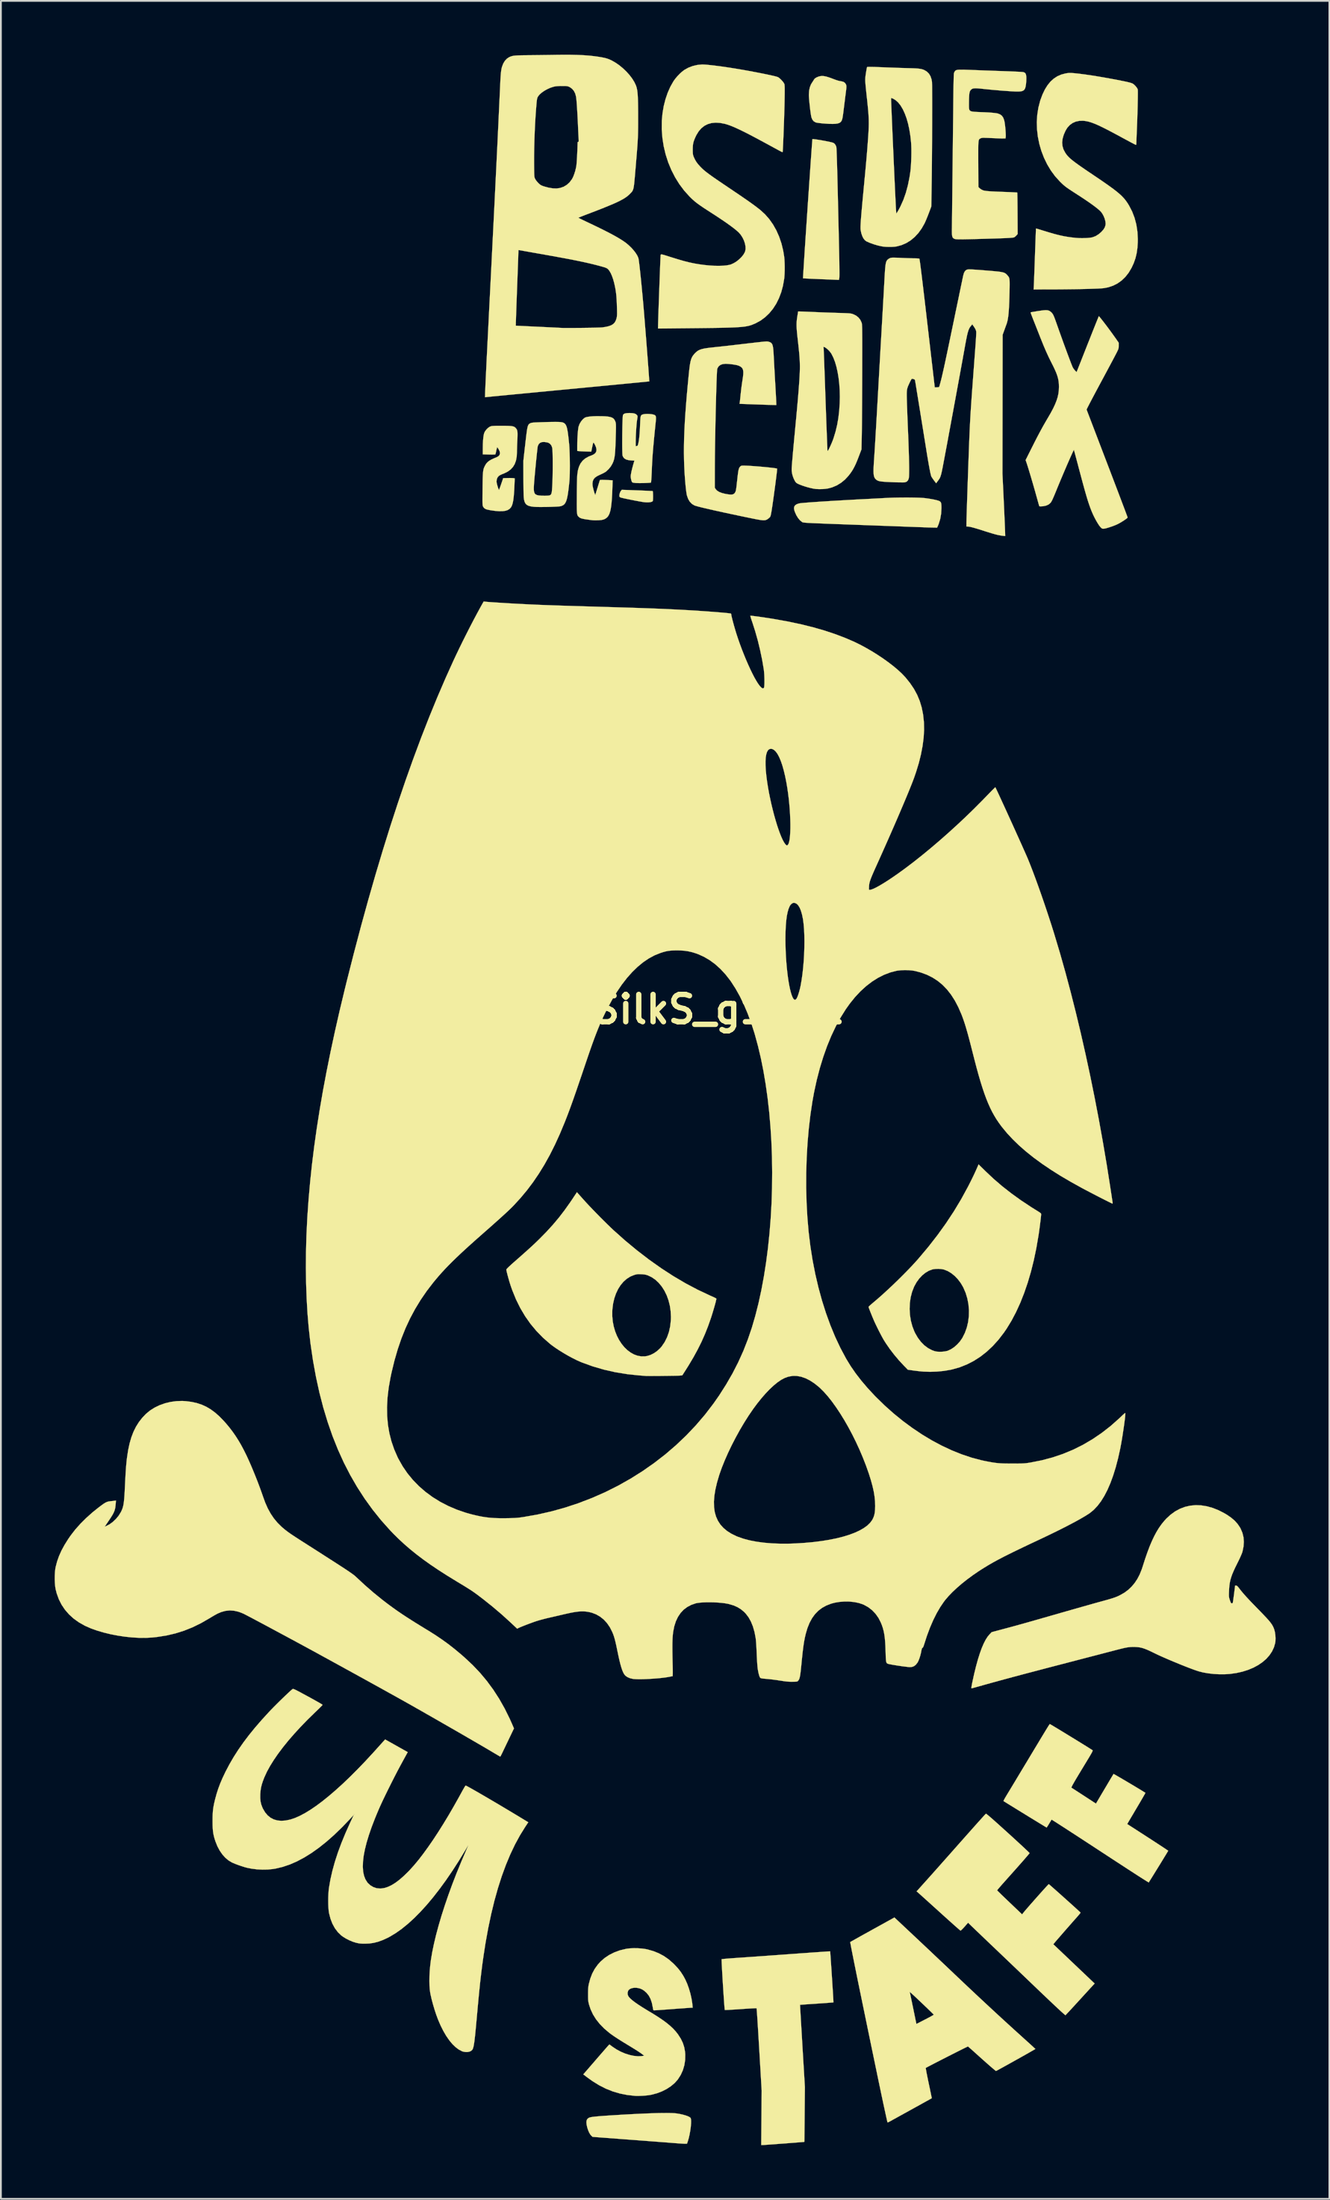
<source format=kicad_pcb>
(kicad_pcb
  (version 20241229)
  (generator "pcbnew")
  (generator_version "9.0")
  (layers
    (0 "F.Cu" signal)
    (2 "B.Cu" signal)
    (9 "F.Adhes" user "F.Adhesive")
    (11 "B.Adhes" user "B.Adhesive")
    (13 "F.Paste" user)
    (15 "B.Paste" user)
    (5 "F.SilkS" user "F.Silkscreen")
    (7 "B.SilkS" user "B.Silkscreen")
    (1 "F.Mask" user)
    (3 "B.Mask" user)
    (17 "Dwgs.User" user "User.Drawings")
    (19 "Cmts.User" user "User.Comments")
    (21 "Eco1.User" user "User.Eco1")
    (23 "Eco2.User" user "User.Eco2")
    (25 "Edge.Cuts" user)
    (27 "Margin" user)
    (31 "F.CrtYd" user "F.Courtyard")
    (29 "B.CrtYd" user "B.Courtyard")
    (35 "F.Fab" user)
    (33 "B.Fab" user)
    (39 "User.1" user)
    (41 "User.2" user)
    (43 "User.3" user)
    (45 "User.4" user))
  (footprint "F.SilkS_g1262"
    (layer "F.Cu")
    (at 36.042 53.276)
    (property "Reference" "F.SilkS_g1262" (at 0 0 0) (layer "F.SilkS") (effects (font (size 1.524 1.524) (thickness 0.3))))
    (attr through_hole)
    (fp_poly (pts (xy -3.535 -28.962) (xy -3.349 -28.955) (xy -3.176 -28.948) (xy -3.021 -28.941) (xy -2.889 -28.935) (xy -2.784 -28.93) (xy -2.711 -28.926) (xy -2.673 -28.923) (xy -2.669 -28.922) (xy -2.662 -28.895) (xy -2.656 -28.836) (xy -2.652 -28.755) (xy -2.65 -28.662) (xy -2.65 -28.567) (xy -2.652 -28.48) (xy -2.657 -28.411) (xy -2.663 -28.371) (xy -2.665 -28.368) (xy -2.706 -28.332) (xy -2.783 -28.308) (xy -2.89 -28.295) (xy -3.022 -28.294) (xy -3.122 -28.301) (xy -3.189 -28.31) (xy -3.287 -28.325) (xy -3.408 -28.347) (xy -3.546 -28.372) (xy -3.694 -28.4) (xy -3.847 -28.43) (xy -3.996 -28.46) (xy -4.136 -28.489) (xy -4.259 -28.515) (xy -4.359 -28.538) (xy -4.43 -28.556) (xy -4.461 -28.565) (xy -4.509 -28.593) (xy -4.528 -28.63) (xy -4.53 -28.661) (xy -4.517 -28.765) (xy -4.483 -28.866) (xy -4.437 -28.941) (xy -4.392 -28.994) (xy -3.535 -28.962)) (stroke (width 0.01) (type solid)) (fill yes) (layer "F.SilkS"))
    (fp_poly (pts (xy -1.647 61.59) (xy -1.476 61.597) (xy -1.346 61.609) (xy -1.327 61.612) (xy -1.149 61.642) (xy -0.984 61.679) (xy -0.838 61.72) (xy -0.715 61.763) (xy -0.622 61.808) (xy -0.564 61.851) (xy -0.551 61.869) (xy -0.533 61.931) (xy -0.526 62.028) (xy -0.528 62.152) (xy -0.538 62.298) (xy -0.556 62.457) (xy -0.582 62.624) (xy -0.613 62.792) (xy -0.649 62.955) (xy -0.69 63.105) (xy -0.715 63.182) (xy -0.755 63.299) (xy -0.859 63.302) (xy -0.908 63.301) (xy -0.991 63.297) (xy -1.104 63.29) (xy -1.239 63.281) (xy -1.39 63.27) (xy -1.55 63.258) (xy -1.556 63.257) (xy -1.667 63.248) (xy -1.817 63.236) (xy -2 63.222) (xy -2.212 63.206) (xy -2.449 63.188) (xy -2.708 63.168) (xy -2.982 63.147) (xy -3.269 63.125) (xy -3.564 63.103) (xy -3.863 63.08) (xy -4.085 63.064) (xy -6.022 62.918) (xy -6.09 62.858) (xy -6.155 62.782) (xy -6.218 62.673) (xy -6.275 62.54) (xy -6.322 62.391) (xy -6.328 62.368) (xy -6.36 62.212) (xy -6.369 62.088) (xy -6.354 61.992) (xy -6.314 61.919) (xy -6.248 61.865) (xy -6.213 61.847) (xy -6.17 61.832) (xy -6.107 61.818) (xy -6.022 61.804) (xy -5.911 61.791) (xy -5.772 61.777) (xy -5.602 61.762) (xy -5.398 61.746) (xy -5.157 61.73) (xy -4.889 61.713) (xy -4.389 61.682) (xy -3.922 61.656) (xy -3.488 61.634) (xy -3.089 61.616) (xy -2.726 61.602) (xy -2.399 61.592) (xy -2.11 61.587) (xy -1.859 61.586) (xy -1.647 61.59)) (stroke (width 0.01) (type solid)) (fill yes) (layer "F.SilkS"))
    (fp_poly (pts (xy 6.872 -52.081) (xy 7.001 -52.057) (xy 7.154 -52.012) (xy 7.337 -51.946) (xy 7.34 -51.945) (xy 7.48 -51.892) (xy 7.59 -51.853) (xy 7.68 -51.825) (xy 7.76 -51.805) (xy 7.839 -51.791) (xy 7.879 -51.785) (xy 7.988 -51.752) (xy 8.07 -51.689) (xy 8.123 -51.6) (xy 8.129 -51.581) (xy 8.138 -51.528) (xy 8.139 -51.459) (xy 8.132 -51.365) (xy 8.118 -51.249) (xy 8.107 -51.161) (xy 8.091 -51.039) (xy 8.072 -50.892) (xy 8.052 -50.728) (xy 8.031 -50.557) (xy 8.011 -50.398) (xy 7.987 -50.203) (xy 7.967 -50.045) (xy 7.95 -49.919) (xy 7.935 -49.821) (xy 7.922 -49.746) (xy 7.909 -49.689) (xy 7.896 -49.645) (xy 7.882 -49.609) (xy 7.865 -49.577) (xy 7.86 -49.568) (xy 7.814 -49.51) (xy 7.748 -49.467) (xy 7.657 -49.436) (xy 7.538 -49.418) (xy 7.387 -49.411) (xy 7.199 -49.414) (xy 7.154 -49.416) (xy 6.977 -49.427) (xy 6.812 -49.44) (xy 6.666 -49.455) (xy 6.545 -49.471) (xy 6.456 -49.488) (xy 6.413 -49.501) (xy 6.312 -49.563) (xy 6.237 -49.658) (xy 6.193 -49.765) (xy 6.177 -49.831) (xy 6.16 -49.932) (xy 6.141 -50.059) (xy 6.121 -50.205) (xy 6.103 -50.362) (xy 6.085 -50.522) (xy 6.07 -50.677) (xy 6.057 -50.819) (xy 6.049 -50.941) (xy 6.046 -51.033) (xy 6.058 -51.255) (xy 6.097 -51.448) (xy 6.165 -51.62) (xy 6.254 -51.763) (xy 6.297 -51.826) (xy 6.334 -51.89) (xy 6.334 -51.891) (xy 6.386 -51.951) (xy 6.473 -52.006) (xy 6.588 -52.052) (xy 6.665 -52.073) (xy 6.762 -52.086) (xy 6.872 -52.081)) (stroke (width 0.01) (type solid)) (fill yes) (layer "F.SilkS"))
    (fp_poly (pts (xy 6.329 -48.56) (xy 6.418 -48.549) (xy 6.528 -48.533) (xy 6.654 -48.513) (xy 6.789 -48.49) (xy 6.926 -48.465) (xy 7.06 -48.439) (xy 7.183 -48.414) (xy 7.224 -48.405) (xy 7.323 -48.381) (xy 7.391 -48.361) (xy 7.438 -48.338) (xy 7.474 -48.309) (xy 7.493 -48.288) (xy 7.538 -48.224) (xy 7.571 -48.152) (xy 7.576 -48.139) (xy 7.579 -48.117) (xy 7.583 -48.077) (xy 7.587 -48.017) (xy 7.591 -47.936) (xy 7.595 -47.832) (xy 7.6 -47.706) (xy 7.605 -47.555) (xy 7.611 -47.378) (xy 7.617 -47.174) (xy 7.624 -46.942) (xy 7.631 -46.681) (xy 7.638 -46.39) (xy 7.646 -46.066) (xy 7.655 -45.71) (xy 7.664 -45.32) (xy 7.674 -44.895) (xy 7.685 -44.433) (xy 7.696 -43.934) (xy 7.709 -43.396) (xy 7.722 -42.817) (xy 7.735 -42.205) (xy 7.74 -41.956) (xy 7.745 -41.724) (xy 7.748 -41.51) (xy 7.75 -41.319) (xy 7.751 -41.154) (xy 7.751 -41.019) (xy 7.75 -40.917) (xy 7.748 -40.851) (xy 7.746 -40.829) (xy 7.735 -40.769) (xy 7.728 -40.727) (xy 7.727 -40.719) (xy 7.711 -40.706) (xy 7.71 -40.706) (xy 7.686 -40.708) (xy 7.624 -40.711) (xy 7.529 -40.715) (xy 7.404 -40.72) (xy 7.253 -40.727) (xy 7.081 -40.734) (xy 6.893 -40.741) (xy 6.712 -40.748) (xy 6.512 -40.757) (xy 6.326 -40.765) (xy 6.157 -40.772) (xy 6.009 -40.779) (xy 5.888 -40.785) (xy 5.796 -40.791) (xy 5.739 -40.795) (xy 5.72 -40.797) (xy 5.72 -40.819) (xy 5.723 -40.881) (xy 5.729 -40.98) (xy 5.737 -41.113) (xy 5.747 -41.278) (xy 5.759 -41.473) (xy 5.773 -41.695) (xy 5.789 -41.941) (xy 5.806 -42.209) (xy 5.825 -42.497) (xy 5.845 -42.801) (xy 5.866 -43.119) (xy 5.888 -43.449) (xy 5.911 -43.788) (xy 5.934 -44.133) (xy 5.958 -44.483) (xy 5.981 -44.834) (xy 6.005 -45.184) (xy 6.029 -45.53) (xy 6.052 -45.87) (xy 6.075 -46.201) (xy 6.097 -46.521) (xy 6.118 -46.827) (xy 6.138 -47.116) (xy 6.157 -47.387) (xy 6.175 -47.636) (xy 6.191 -47.861) (xy 6.205 -48.059) (xy 6.217 -48.228) (xy 6.228 -48.366) (xy 6.236 -48.469) (xy 6.242 -48.535) (xy 6.245 -48.562) (xy 6.245 -48.563) (xy 6.27 -48.565) (xy 6.329 -48.56)) (stroke (width 0.01) (type solid)) (fill yes) (layer "F.SilkS"))
    (fp_poly (pts (xy 11.726 -28.562) (xy 11.947 -28.558) (xy 12.149 -28.553) (xy 12.325 -28.545) (xy 12.47 -28.535) (xy 12.562 -28.525) (xy 12.741 -28.499) (xy 12.909 -28.471) (xy 13.058 -28.442) (xy 13.182 -28.413) (xy 13.274 -28.386) (xy 13.3 -28.377) (xy 13.355 -28.349) (xy 13.394 -28.315) (xy 13.42 -28.266) (xy 13.435 -28.197) (xy 13.442 -28.099) (xy 13.444 -27.974) (xy 13.426 -27.655) (xy 13.374 -27.359) (xy 13.288 -27.082) (xy 13.256 -27.005) (xy 13.202 -26.882) (xy 12.978 -26.886) (xy 12.858 -26.889) (xy 12.73 -26.892) (xy 12.614 -26.896) (xy 12.573 -26.898) (xy 12.532 -26.899) (xy 12.451 -26.902) (xy 12.332 -26.907) (xy 12.178 -26.912) (xy 11.992 -26.919) (xy 11.776 -26.927) (xy 11.532 -26.936) (xy 11.262 -26.946) (xy 10.97 -26.957) (xy 10.657 -26.969) (xy 10.326 -26.981) (xy 9.979 -26.993) (xy 9.62 -27.007) (xy 9.249 -27.02) (xy 9.068 -27.027) (xy 8.63 -27.043) (xy 8.232 -27.058) (xy 7.872 -27.071) (xy 7.548 -27.083) (xy 7.259 -27.094) (xy 7.002 -27.104) (xy 6.775 -27.113) (xy 6.577 -27.121) (xy 6.405 -27.128) (xy 6.258 -27.134) (xy 6.133 -27.141) (xy 6.028 -27.146) (xy 5.941 -27.151) (xy 5.871 -27.156) (xy 5.816 -27.161) (xy 5.773 -27.166) (xy 5.74 -27.171) (xy 5.715 -27.176) (xy 5.698 -27.181) (xy 5.684 -27.187) (xy 5.673 -27.193) (xy 5.667 -27.196) (xy 5.551 -27.289) (xy 5.443 -27.418) (xy 5.346 -27.576) (xy 5.265 -27.758) (xy 5.24 -27.83) (xy 5.215 -27.949) (xy 5.227 -28.047) (xy 5.276 -28.126) (xy 5.362 -28.186) (xy 5.487 -28.23) (xy 5.506 -28.234) (xy 5.562 -28.243) (xy 5.657 -28.254) (xy 5.79 -28.266) (xy 5.958 -28.28) (xy 6.159 -28.295) (xy 6.389 -28.312) (xy 6.647 -28.329) (xy 6.93 -28.347) (xy 7.235 -28.367) (xy 7.561 -28.386) (xy 7.904 -28.406) (xy 8.263 -28.426) (xy 8.634 -28.447) (xy 9.015 -28.467) (xy 9.049 -28.468) (xy 9.255 -28.479) (xy 9.47 -28.49) (xy 9.685 -28.502) (xy 9.891 -28.513) (xy 10.079 -28.523) (xy 10.24 -28.532) (xy 10.329 -28.536) (xy 10.541 -28.546) (xy 10.768 -28.554) (xy 11.007 -28.559) (xy 11.25 -28.562) (xy 11.492 -28.563) (xy 11.726 -28.562)) (stroke (width 0.01) (type solid)) (fill yes) (layer "F.SilkS"))
    (fp_poly (pts (xy -3.801 -33.271) (xy -3.688 -33.251) (xy -3.606 -33.215) (xy -3.549 -33.164) (xy -3.548 -33.163) (xy -3.529 -33.135) (xy -3.518 -33.109) (xy -3.515 -33.074) (xy -3.52 -33.022) (xy -3.533 -32.942) (xy -3.542 -32.888) (xy -3.555 -32.787) (xy -3.569 -32.654) (xy -3.582 -32.495) (xy -3.594 -32.319) (xy -3.604 -32.135) (xy -3.612 -31.952) (xy -3.617 -31.779) (xy -3.619 -31.627) (xy -3.619 -31.43) (xy -3.562 -31.436) (xy -3.532 -31.443) (xy -3.511 -31.461) (xy -3.494 -31.499) (xy -3.475 -31.566) (xy -3.467 -31.602) (xy -3.442 -31.737) (xy -3.419 -31.913) (xy -3.4 -32.129) (xy -3.383 -32.386) (xy -3.37 -32.686) (xy -3.369 -32.695) (xy -3.363 -32.849) (xy -3.356 -32.965) (xy -3.346 -33.051) (xy -3.331 -33.111) (xy -3.308 -33.151) (xy -3.276 -33.178) (xy -3.231 -33.196) (xy -3.173 -33.211) (xy -3.17 -33.212) (xy -3.084 -33.224) (xy -2.975 -33.228) (xy -2.856 -33.224) (xy -2.741 -33.213) (xy -2.645 -33.196) (xy -2.594 -33.18) (xy -2.553 -33.161) (xy -2.523 -33.139) (xy -2.503 -33.107) (xy -2.491 -33.061) (xy -2.487 -32.994) (xy -2.491 -32.902) (xy -2.501 -32.779) (xy -2.517 -32.627) (xy -2.554 -32.261) (xy -2.587 -31.932) (xy -2.615 -31.635) (xy -2.639 -31.366) (xy -2.66 -31.119) (xy -2.677 -30.89) (xy -2.691 -30.673) (xy -2.703 -30.463) (xy -2.713 -30.257) (xy -2.717 -30.141) (xy -2.724 -29.965) (xy -2.732 -29.804) (xy -2.74 -29.664) (xy -2.748 -29.549) (xy -2.755 -29.463) (xy -2.762 -29.412) (xy -2.765 -29.399) (xy -2.793 -29.392) (xy -2.856 -29.385) (xy -2.945 -29.379) (xy -3.053 -29.374) (xy -3.172 -29.37) (xy -3.295 -29.368) (xy -3.414 -29.367) (xy -3.521 -29.369) (xy -3.608 -29.372) (xy -3.651 -29.376) (xy -3.723 -29.386) (xy -3.779 -29.398) (xy -3.803 -29.406) (xy -3.831 -29.443) (xy -3.857 -29.51) (xy -3.878 -29.596) (xy -3.892 -29.688) (xy -3.895 -29.748) (xy -3.888 -29.828) (xy -3.869 -29.94) (xy -3.839 -30.078) (xy -3.8 -30.235) (xy -3.754 -30.405) (xy -3.719 -30.525) (xy -3.689 -30.623) (xy -3.872 -30.633) (xy -4.032 -30.652) (xy -4.158 -30.688) (xy -4.251 -30.745) (xy -4.317 -30.824) (xy -4.349 -30.896) (xy -4.356 -30.936) (xy -4.361 -31.013) (xy -4.365 -31.122) (xy -4.368 -31.258) (xy -4.37 -31.415) (xy -4.371 -31.589) (xy -4.37 -31.775) (xy -4.369 -31.967) (xy -4.367 -32.161) (xy -4.364 -32.351) (xy -4.361 -32.534) (xy -4.356 -32.703) (xy -4.351 -32.853) (xy -4.345 -32.981) (xy -4.339 -33.08) (xy -4.332 -33.146) (xy -4.326 -33.172) (xy -4.286 -33.219) (xy -4.22 -33.252) (xy -4.122 -33.271) (xy -3.989 -33.278) (xy -3.95 -33.278) (xy -3.801 -33.271)) (stroke (width 0.01) (type solid)) (fill yes) (layer "F.SilkS"))
    (fp_poly (pts (xy -10.901 -32.564) (xy -10.747 -32.561) (xy -10.625 -32.555) (xy -10.531 -32.545) (xy -10.458 -32.53) (xy -10.401 -32.51) (xy -10.357 -32.482) (xy -10.318 -32.447) (xy -10.299 -32.425) (xy -10.267 -32.382) (xy -10.243 -32.337) (xy -10.226 -32.282) (xy -10.216 -32.212) (xy -10.212 -32.122) (xy -10.213 -32.004) (xy -10.218 -31.853) (xy -10.223 -31.756) (xy -10.23 -31.606) (xy -10.236 -31.454) (xy -10.24 -31.312) (xy -10.244 -31.189) (xy -10.245 -31.098) (xy -10.258 -30.845) (xy -10.299 -30.624) (xy -10.369 -30.431) (xy -10.469 -30.265) (xy -10.6 -30.125) (xy -10.765 -30.006) (xy -10.963 -29.908) (xy -11.016 -29.888) (xy -11.104 -29.852) (xy -11.185 -29.812) (xy -11.244 -29.777) (xy -11.249 -29.773) (xy -11.323 -29.691) (xy -11.369 -29.584) (xy -11.384 -29.463) (xy -11.381 -29.418) (xy -11.37 -29.357) (xy -11.351 -29.28) (xy -11.328 -29.197) (xy -11.303 -29.116) (xy -11.279 -29.048) (xy -11.259 -29.001) (xy -11.246 -28.985) (xy -11.245 -28.986) (xy -11.235 -29.008) (xy -11.214 -29.064) (xy -11.184 -29.146) (xy -11.148 -29.248) (xy -11.123 -29.32) (xy -11.012 -29.644) (xy -10.761 -29.65) (xy -10.654 -29.652) (xy -10.557 -29.651) (xy -10.48 -29.648) (xy -10.439 -29.644) (xy -10.368 -29.631) (xy -10.382 -29.299) (xy -10.394 -29.027) (xy -10.409 -28.794) (xy -10.427 -28.597) (xy -10.447 -28.432) (xy -10.472 -28.295) (xy -10.501 -28.184) (xy -10.534 -28.094) (xy -10.573 -28.023) (xy -10.579 -28.014) (xy -10.657 -27.928) (xy -10.758 -27.865) (xy -10.885 -27.823) (xy -11.042 -27.802) (xy -11.232 -27.8) (xy -11.345 -27.807) (xy -11.488 -27.82) (xy -11.63 -27.839) (xy -11.762 -27.861) (xy -11.876 -27.884) (xy -11.961 -27.908) (xy -11.995 -27.921) (xy -12.08 -27.979) (xy -12.131 -28.05) (xy -12.141 -28.072) (xy -12.15 -28.095) (xy -12.157 -28.124) (xy -12.162 -28.162) (xy -12.165 -28.213) (xy -12.168 -28.283) (xy -12.169 -28.374) (xy -12.169 -28.491) (xy -12.168 -28.638) (xy -12.166 -28.818) (xy -12.164 -29.037) (xy -12.164 -29.048) (xy -12.161 -29.289) (xy -12.158 -29.492) (xy -12.154 -29.662) (xy -12.148 -29.802) (xy -12.141 -29.917) (xy -12.132 -30.011) (xy -12.12 -30.089) (xy -12.105 -30.155) (xy -12.086 -30.214) (xy -12.063 -30.269) (xy -12.035 -30.326) (xy -12.018 -30.358) (xy -11.96 -30.452) (xy -11.889 -30.533) (xy -11.798 -30.606) (xy -11.684 -30.676) (xy -11.538 -30.745) (xy -11.379 -30.81) (xy -11.278 -30.866) (xy -11.215 -30.939) (xy -11.191 -31.027) (xy -11.206 -31.131) (xy -11.261 -31.249) (xy -11.264 -31.255) (xy -11.302 -31.314) (xy -11.332 -31.355) (xy -11.346 -31.369) (xy -11.355 -31.35) (xy -11.37 -31.298) (xy -11.388 -31.224) (xy -11.397 -31.181) (xy -11.415 -31.096) (xy -11.432 -31.025) (xy -11.445 -30.981) (xy -11.448 -30.973) (xy -11.475 -30.965) (xy -11.539 -30.961) (xy -11.639 -30.959) (xy -11.769 -30.961) (xy -11.806 -30.962) (xy -12.15 -30.972) (xy -12.149 -31.314) (xy -12.146 -31.547) (xy -12.135 -31.753) (xy -12.119 -31.929) (xy -12.096 -32.071) (xy -12.074 -32.158) (xy -12.026 -32.256) (xy -11.951 -32.355) (xy -11.862 -32.444) (xy -11.768 -32.509) (xy -11.731 -32.526) (xy -11.695 -32.538) (xy -11.654 -32.548) (xy -11.602 -32.555) (xy -11.534 -32.559) (xy -11.442 -32.563) (xy -11.323 -32.564) (xy -11.17 -32.565) (xy -11.091 -32.565) (xy -10.901 -32.564)) (stroke (width 0.01) (type solid)) (fill yes) (layer "F.SilkS"))
    (fp_poly (pts (xy -7.973 -32.782) (xy -7.868 -32.778) (xy -7.786 -32.77) (xy -7.722 -32.759) (xy -7.672 -32.745) (xy -7.633 -32.727) (xy -7.615 -32.716) (xy -7.573 -32.682) (xy -7.536 -32.641) (xy -7.504 -32.587) (xy -7.476 -32.517) (xy -7.45 -32.427) (xy -7.427 -32.314) (xy -7.404 -32.175) (xy -7.382 -32.004) (xy -7.359 -31.799) (xy -7.334 -31.556) (xy -7.331 -31.527) (xy -7.32 -31.381) (xy -7.311 -31.204) (xy -7.303 -31.002) (xy -7.298 -30.785) (xy -7.295 -30.559) (xy -7.293 -30.331) (xy -7.295 -30.109) (xy -7.298 -29.901) (xy -7.303 -29.714) (xy -7.311 -29.556) (xy -7.32 -29.453) (xy -7.348 -29.184) (xy -7.376 -28.953) (xy -7.404 -28.758) (xy -7.433 -28.596) (xy -7.465 -28.462) (xy -7.5 -28.355) (xy -7.541 -28.27) (xy -7.587 -28.203) (xy -7.641 -28.153) (xy -7.703 -28.116) (xy -7.774 -28.087) (xy -7.8 -28.079) (xy -7.852 -28.07) (xy -7.94 -28.062) (xy -8.056 -28.054) (xy -8.196 -28.048) (xy -8.351 -28.042) (xy -8.515 -28.038) (xy -8.682 -28.035) (xy -8.844 -28.034) (xy -8.996 -28.034) (xy -9.13 -28.036) (xy -9.24 -28.041) (xy -9.292 -28.044) (xy -9.462 -28.066) (xy -9.595 -28.101) (xy -9.696 -28.154) (xy -9.769 -28.228) (xy -9.819 -28.328) (xy -9.851 -28.458) (xy -9.865 -28.573) (xy -9.869 -28.638) (xy -9.873 -28.74) (xy -9.876 -28.873) (xy -9.879 -29.031) (xy -9.88 -29.134) (xy -9.303 -29.134) (xy -9.303 -28.989) (xy -9.288 -28.877) (xy -9.256 -28.795) (xy -9.202 -28.736) (xy -9.122 -28.698) (xy -9.013 -28.676) (xy -8.87 -28.665) (xy -8.716 -28.662) (xy -8.594 -28.663) (xy -8.496 -28.669) (xy -8.43 -28.679) (xy -8.413 -28.685) (xy -8.377 -28.705) (xy -8.349 -28.732) (xy -8.327 -28.771) (xy -8.31 -28.826) (xy -8.296 -28.904) (xy -8.286 -29.01) (xy -8.277 -29.147) (xy -8.268 -29.316) (xy -8.261 -29.495) (xy -8.256 -29.689) (xy -8.252 -29.894) (xy -8.249 -30.104) (xy -8.248 -30.313) (xy -8.248 -30.518) (xy -8.249 -30.711) (xy -8.252 -30.889) (xy -8.256 -31.045) (xy -8.261 -31.175) (xy -8.267 -31.274) (xy -8.275 -31.335) (xy -8.275 -31.337) (xy -8.32 -31.462) (xy -8.392 -31.556) (xy -8.493 -31.619) (xy -8.568 -31.641) (xy -8.725 -31.663) (xy -8.852 -31.655) (xy -8.952 -31.616) (xy -9.027 -31.545) (xy -9.078 -31.442) (xy -9.083 -31.425) (xy -9.09 -31.388) (xy -9.099 -31.314) (xy -9.112 -31.208) (xy -9.127 -31.075) (xy -9.143 -30.92) (xy -9.161 -30.748) (xy -9.18 -30.564) (xy -9.199 -30.372) (xy -9.217 -30.179) (xy -9.235 -29.988) (xy -9.252 -29.806) (xy -9.267 -29.637) (xy -9.28 -29.485) (xy -9.29 -29.357) (xy -9.293 -29.316) (xy -9.303 -29.134) (xy -9.88 -29.134) (xy -9.881 -29.209) (xy -9.883 -29.4) (xy -9.884 -29.601) (xy -9.884 -29.698) (xy -9.885 -30.62) (xy -9.78 -31.549) (xy -9.752 -31.79) (xy -9.728 -31.992) (xy -9.707 -32.16) (xy -9.688 -32.296) (xy -9.67 -32.405) (xy -9.652 -32.491) (xy -9.633 -32.556) (xy -9.612 -32.605) (xy -9.589 -32.641) (xy -9.562 -32.668) (xy -9.531 -32.69) (xy -9.498 -32.708) (xy -9.473 -32.719) (xy -9.443 -32.729) (xy -9.402 -32.736) (xy -9.347 -32.743) (xy -9.273 -32.749) (xy -9.174 -32.754) (xy -9.047 -32.759) (xy -8.887 -32.765) (xy -8.693 -32.771) (xy -8.459 -32.778) (xy -8.264 -32.782) (xy -8.103 -32.783) (xy -7.973 -32.782)) (stroke (width 0.01) (type solid)) (fill yes) (layer "F.SilkS"))
    (fp_poly (pts (xy 15.902 9.03) (xy 16.357 9.459) (xy 16.836 9.87) (xy 17.342 10.267) (xy 17.879 10.654) (xy 18.452 11.034) (xy 18.801 11.251) (xy 18.893 11.309) (xy 18.953 11.351) (xy 18.989 11.383) (xy 19.005 11.41) (xy 19.007 11.43) (xy 19.005 11.482) (xy 18.996 11.57) (xy 18.984 11.686) (xy 18.967 11.824) (xy 18.948 11.978) (xy 18.927 12.141) (xy 18.905 12.306) (xy 18.882 12.467) (xy 18.86 12.617) (xy 18.858 12.626) (xy 18.739 13.323) (xy 18.599 13.993) (xy 18.439 14.635) (xy 18.259 15.247) (xy 18.06 15.828) (xy 17.843 16.377) (xy 17.607 16.892) (xy 17.354 17.372) (xy 17.084 17.815) (xy 16.929 18.041) (xy 16.627 18.434) (xy 16.308 18.787) (xy 15.973 19.101) (xy 15.621 19.377) (xy 15.253 19.614) (xy 14.868 19.812) (xy 14.468 19.971) (xy 14.051 20.09) (xy 13.938 20.115) (xy 13.578 20.176) (xy 13.197 20.213) (xy 12.812 20.226) (xy 12.439 20.214) (xy 12.431 20.213) (xy 12.307 20.202) (xy 12.159 20.187) (xy 12.006 20.169) (xy 11.87 20.151) (xy 11.568 20.108) (xy 11.336 19.87) (xy 11.064 19.576) (xy 10.802 19.264) (xy 10.557 18.944) (xy 10.338 18.626) (xy 10.228 18.452) (xy 10.166 18.343) (xy 10.091 18.205) (xy 10.008 18.047) (xy 9.922 17.878) (xy 9.838 17.707) (xy 9.759 17.543) (xy 9.691 17.395) (xy 9.651 17.304) (xy 9.589 17.155) (xy 9.531 17.013) (xy 9.479 16.884) (xy 9.436 16.773) (xy 9.415 16.718) (xy 11.667 16.718) (xy 11.686 17.048) (xy 11.737 17.373) (xy 11.821 17.687) (xy 11.936 17.984) (xy 11.978 18.07) (xy 12.127 18.328) (xy 12.297 18.553) (xy 12.485 18.744) (xy 12.69 18.899) (xy 12.91 19.017) (xy 13.07 19.075) (xy 13.19 19.099) (xy 13.335 19.108) (xy 13.49 19.104) (xy 13.64 19.087) (xy 13.771 19.058) (xy 13.798 19.05) (xy 13.977 18.967) (xy 14.154 18.849) (xy 14.323 18.7) (xy 14.477 18.529) (xy 14.608 18.339) (xy 14.611 18.334) (xy 14.751 18.057) (xy 14.859 17.759) (xy 14.933 17.446) (xy 14.973 17.122) (xy 14.979 16.792) (xy 14.952 16.462) (xy 14.89 16.136) (xy 14.795 15.821) (xy 14.665 15.521) (xy 14.659 15.507) (xy 14.522 15.274) (xy 14.364 15.064) (xy 14.189 14.88) (xy 14 14.726) (xy 13.802 14.606) (xy 13.599 14.524) (xy 13.554 14.512) (xy 13.423 14.489) (xy 13.271 14.479) (xy 13.117 14.484) (xy 12.98 14.502) (xy 12.945 14.51) (xy 12.746 14.583) (xy 12.554 14.695) (xy 12.372 14.842) (xy 12.204 15.021) (xy 12.054 15.228) (xy 11.925 15.46) (xy 11.917 15.478) (xy 11.805 15.764) (xy 11.726 16.07) (xy 11.68 16.39) (xy 11.667 16.718) (xy 9.415 16.718) (xy 9.403 16.686) (xy 9.382 16.627) (xy 9.377 16.604) (xy 9.392 16.582) (xy 9.435 16.54) (xy 9.499 16.482) (xy 9.577 16.414) (xy 9.604 16.391) (xy 9.866 16.169) (xy 10.146 15.923) (xy 10.436 15.657) (xy 10.732 15.38) (xy 11.027 15.095) (xy 11.315 14.809) (xy 11.59 14.529) (xy 11.845 14.26) (xy 12.075 14.007) (xy 12.161 13.91) (xy 12.712 13.254) (xy 13.222 12.599) (xy 13.696 11.94) (xy 14.136 11.273) (xy 14.544 10.595) (xy 14.922 9.902) (xy 15.06 9.631) (xy 15.153 9.444) (xy 15.232 9.281) (xy 15.303 9.13) (xy 15.373 8.978) (xy 15.446 8.812) (xy 15.476 8.744) (xy 15.516 8.651) (xy 15.902 9.03)) (stroke (width 0.01) (type solid)) (fill yes) (layer "F.SilkS"))
    (fp_poly (pts (xy 7.235 52.586) (xy 7.24 52.646) (xy 7.247 52.739) (xy 7.256 52.862) (xy 7.266 53.011) (xy 7.278 53.18) (xy 7.29 53.367) (xy 7.304 53.566) (xy 7.317 53.774) (xy 7.331 53.986) (xy 7.345 54.198) (xy 7.358 54.406) (xy 7.371 54.605) (xy 7.383 54.792) (xy 7.393 54.962) (xy 7.402 55.111) (xy 7.409 55.235) (xy 7.414 55.329) (xy 7.417 55.39) (xy 7.417 55.412) (xy 7.417 55.412) (xy 7.395 55.416) (xy 7.334 55.422) (xy 7.24 55.429) (xy 7.117 55.439) (xy 6.969 55.45) (xy 6.8 55.462) (xy 6.615 55.475) (xy 6.482 55.484) (xy 6.289 55.497) (xy 6.109 55.509) (xy 5.947 55.52) (xy 5.807 55.53) (xy 5.694 55.538) (xy 5.611 55.544) (xy 5.563 55.548) (xy 5.553 55.549) (xy 5.553 55.57) (xy 5.557 55.631) (xy 5.562 55.728) (xy 5.569 55.86) (xy 5.579 56.023) (xy 5.59 56.214) (xy 5.602 56.432) (xy 5.617 56.673) (xy 5.632 56.934) (xy 5.649 57.213) (xy 5.666 57.507) (xy 5.684 57.814) (xy 5.686 57.849) (xy 5.824 60.145) (xy 5.81 61.669) (xy 5.808 61.919) (xy 5.806 62.156) (xy 5.803 62.377) (xy 5.801 62.579) (xy 5.799 62.758) (xy 5.797 62.912) (xy 5.796 63.035) (xy 5.794 63.127) (xy 5.793 63.181) (xy 5.792 63.197) (xy 5.77 63.2) (xy 5.711 63.206) (xy 5.619 63.213) (xy 5.499 63.223) (xy 5.355 63.235) (xy 5.192 63.247) (xy 5.015 63.261) (xy 4.829 63.276) (xy 4.638 63.29) (xy 4.446 63.304) (xy 4.259 63.318) (xy 4.082 63.332) (xy 3.918 63.343) (xy 3.772 63.354) (xy 3.65 63.362) (xy 3.556 63.369) (xy 3.494 63.372) (xy 3.472 63.373) (xy 3.387 63.373) (xy 3.4 61.854) (xy 3.412 60.336) (xy 3.346 59.203) (xy 3.317 58.718) (xy 3.291 58.274) (xy 3.267 57.871) (xy 3.245 57.506) (xy 3.226 57.179) (xy 3.208 56.888) (xy 3.192 56.633) (xy 3.178 56.413) (xy 3.166 56.226) (xy 3.155 56.071) (xy 3.146 55.947) (xy 3.139 55.853) (xy 3.133 55.788) (xy 3.129 55.751) (xy 3.127 55.74) (xy 3.103 55.739) (xy 3.042 55.74) (xy 2.948 55.744) (xy 2.825 55.751) (xy 2.678 55.76) (xy 2.511 55.77) (xy 2.328 55.783) (xy 2.239 55.789) (xy 2.051 55.802) (xy 1.877 55.813) (xy 1.72 55.822) (xy 1.585 55.83) (xy 1.478 55.835) (xy 1.401 55.837) (xy 1.36 55.836) (xy 1.354 55.835) (xy 1.35 55.81) (xy 1.343 55.747) (xy 1.335 55.651) (xy 1.325 55.525) (xy 1.314 55.375) (xy 1.302 55.204) (xy 1.289 55.016) (xy 1.276 54.816) (xy 1.263 54.608) (xy 1.249 54.396) (xy 1.236 54.184) (xy 1.224 53.978) (xy 1.212 53.78) (xy 1.202 53.595) (xy 1.193 53.428) (xy 1.185 53.283) (xy 1.18 53.164) (xy 1.177 53.075) (xy 1.176 53.02) (xy 1.177 53.004) (xy 1.202 52.999) (xy 1.264 52.992) (xy 1.359 52.982) (xy 1.483 52.972) (xy 1.631 52.96) (xy 1.797 52.947) (xy 1.979 52.935) (xy 2.043 52.93) (xy 2.218 52.918) (xy 2.429 52.904) (xy 2.669 52.887) (xy 2.931 52.869) (xy 3.209 52.849) (xy 3.496 52.829) (xy 3.785 52.808) (xy 4.07 52.787) (xy 4.339 52.768) (xy 4.794 52.735) (xy 5.211 52.705) (xy 5.591 52.677) (xy 5.932 52.653) (xy 6.235 52.631) (xy 6.498 52.613) (xy 6.722 52.597) (xy 6.906 52.585) (xy 7.049 52.575) (xy 7.152 52.568) (xy 7.213 52.565) (xy 7.232 52.564) (xy 7.235 52.586)) (stroke (width 0.01) (type solid)) (fill yes) (layer "F.SilkS"))
    (fp_poly (pts (xy -5.524 -33.101) (xy -5.339 -33.095) (xy -5.188 -33.082) (xy -5.067 -33.062) (xy -4.972 -33.034) (xy -4.897 -32.997) (xy -4.84 -32.949) (xy -4.796 -32.89) (xy -4.772 -32.843) (xy -4.757 -32.809) (xy -4.744 -32.776) (xy -4.735 -32.739) (xy -4.727 -32.696) (xy -4.722 -32.641) (xy -4.72 -32.57) (xy -4.719 -32.479) (xy -4.721 -32.364) (xy -4.724 -32.221) (xy -4.729 -32.045) (xy -4.735 -31.832) (xy -4.737 -31.761) (xy -4.746 -31.518) (xy -4.755 -31.312) (xy -4.765 -31.139) (xy -4.777 -30.993) (xy -4.792 -30.871) (xy -4.81 -30.766) (xy -4.832 -30.674) (xy -4.858 -30.59) (xy -4.89 -30.509) (xy -4.92 -30.445) (xy -5.005 -30.3) (xy -5.117 -30.159) (xy -5.245 -30.037) (xy -5.332 -29.973) (xy -5.396 -29.937) (xy -5.485 -29.892) (xy -5.582 -29.847) (xy -5.62 -29.83) (xy -5.773 -29.755) (xy -5.887 -29.675) (xy -5.966 -29.584) (xy -6.012 -29.478) (xy -6.029 -29.352) (xy -6.026 -29.252) (xy -6.018 -29.194) (xy -6.002 -29.116) (xy -5.98 -29.028) (xy -5.956 -28.938) (xy -5.931 -28.853) (xy -5.907 -28.781) (xy -5.888 -28.731) (xy -5.875 -28.71) (xy -5.871 -28.713) (xy -5.863 -28.739) (xy -5.844 -28.798) (xy -5.817 -28.886) (xy -5.784 -28.994) (xy -5.746 -29.117) (xy -5.74 -29.136) (xy -5.616 -29.538) (xy -5.544 -29.545) (xy -5.496 -29.547) (xy -5.416 -29.546) (xy -5.315 -29.543) (xy -5.203 -29.539) (xy -5.188 -29.538) (xy -4.905 -29.523) (xy -4.919 -29.086) (xy -4.931 -28.781) (xy -4.946 -28.516) (xy -4.964 -28.286) (xy -4.986 -28.09) (xy -5.012 -27.924) (xy -5.044 -27.785) (xy -5.081 -27.67) (xy -5.124 -27.576) (xy -5.174 -27.5) (xy -5.221 -27.449) (xy -5.305 -27.384) (xy -5.403 -27.338) (xy -5.524 -27.309) (xy -5.674 -27.295) (xy -5.725 -27.293) (xy -5.828 -27.292) (xy -5.924 -27.292) (xy -5.999 -27.295) (xy -6.032 -27.297) (xy -6.22 -27.321) (xy -6.37 -27.342) (xy -6.488 -27.361) (xy -6.58 -27.38) (xy -6.651 -27.399) (xy -6.705 -27.421) (xy -6.748 -27.445) (xy -6.785 -27.475) (xy -6.792 -27.481) (xy -6.818 -27.505) (xy -6.84 -27.53) (xy -6.858 -27.558) (xy -6.872 -27.594) (xy -6.883 -27.641) (xy -6.892 -27.702) (xy -6.898 -27.783) (xy -6.902 -27.886) (xy -6.904 -28.016) (xy -6.905 -28.175) (xy -6.904 -28.369) (xy -6.903 -28.601) (xy -6.903 -28.649) (xy -6.902 -28.857) (xy -6.9 -29.06) (xy -6.897 -29.252) (xy -6.893 -29.428) (xy -6.889 -29.581) (xy -6.885 -29.707) (xy -6.88 -29.8) (xy -6.877 -29.842) (xy -6.841 -30.083) (xy -6.78 -30.291) (xy -6.694 -30.468) (xy -6.579 -30.617) (xy -6.435 -30.741) (xy -6.258 -30.842) (xy -6.098 -30.906) (xy -5.966 -30.965) (xy -5.873 -31.038) (xy -5.82 -31.126) (xy -5.805 -31.232) (xy -5.828 -31.355) (xy -5.872 -31.464) (xy -5.906 -31.532) (xy -5.939 -31.589) (xy -5.953 -31.611) (xy -5.966 -31.624) (xy -5.978 -31.624) (xy -5.99 -31.607) (xy -6.003 -31.566) (xy -6.02 -31.499) (xy -6.041 -31.4) (xy -6.069 -31.265) (xy -6.074 -31.241) (xy -6.097 -31.123) (xy -6.356 -31.13) (xy -6.472 -31.134) (xy -6.587 -31.139) (xy -6.687 -31.144) (xy -6.747 -31.149) (xy -6.879 -31.161) (xy -6.879 -31.45) (xy -6.877 -31.623) (xy -6.872 -31.8) (xy -6.863 -31.976) (xy -6.852 -32.141) (xy -6.839 -32.289) (xy -6.824 -32.412) (xy -6.809 -32.502) (xy -6.805 -32.52) (xy -6.749 -32.67) (xy -6.664 -32.813) (xy -6.559 -32.935) (xy -6.463 -33.014) (xy -6.396 -33.042) (xy -6.293 -33.066) (xy -6.157 -33.084) (xy -5.996 -33.097) (xy -5.812 -33.103) (xy -5.747 -33.103) (xy -5.524 -33.101)) (stroke (width 0.01) (type solid)) (fill yes) (layer "F.SilkS"))
    (fp_poly (pts (xy -6.555 10.589) (xy -6.399 10.762) (xy -6.219 10.955) (xy -6.021 11.163) (xy -5.813 11.378) (xy -5.601 11.594) (xy -5.391 11.804) (xy -5.19 12.002) (xy -5.005 12.181) (xy -4.858 12.32) (xy -4.203 12.904) (xy -3.54 13.453) (xy -2.87 13.967) (xy -2.196 14.444) (xy -1.519 14.884) (xy -0.84 15.284) (xy -0.161 15.644) (xy 0.516 15.963) (xy 0.632 16.014) (xy 0.725 16.056) (xy 0.803 16.094) (xy 0.858 16.124) (xy 0.882 16.142) (xy 0.883 16.143) (xy 0.881 16.173) (xy 0.867 16.237) (xy 0.845 16.331) (xy 0.814 16.448) (xy 0.776 16.582) (xy 0.734 16.728) (xy 0.689 16.88) (xy 0.642 17.033) (xy 0.595 17.18) (xy 0.58 17.226) (xy 0.419 17.684) (xy 0.245 18.123) (xy 0.054 18.554) (xy -0.159 18.981) (xy -0.396 19.415) (xy -0.661 19.861) (xy -0.819 20.112) (xy -1.017 20.422) (xy -1.128 20.434) (xy -1.175 20.437) (xy -1.259 20.44) (xy -1.374 20.443) (xy -1.514 20.446) (xy -1.673 20.448) (xy -1.846 20.451) (xy -2.026 20.453) (xy -2.208 20.456) (xy -2.387 20.457) (xy -2.556 20.458) (xy -2.709 20.459) (xy -2.842 20.459) (xy -2.947 20.458) (xy -3.02 20.457) (xy -3.048 20.456) (xy -3.105 20.451) (xy -3.192 20.444) (xy -3.3 20.436) (xy -3.417 20.427) (xy -3.44 20.425) (xy -4.108 20.354) (xy -4.76 20.247) (xy -5.394 20.103) (xy -6.009 19.924) (xy -6.601 19.71) (xy -6.689 19.674) (xy -6.904 19.579) (xy -7.139 19.461) (xy -7.386 19.328) (xy -7.634 19.184) (xy -7.875 19.035) (xy -8.1 18.886) (xy -8.299 18.743) (xy -8.393 18.67) (xy -8.79 18.323) (xy -9.154 17.95) (xy -9.487 17.551) (xy -9.787 17.125) (xy -4.925 17.125) (xy -4.898 17.416) (xy -4.844 17.695) (xy -4.767 17.962) (xy -4.667 18.214) (xy -4.547 18.447) (xy -4.408 18.66) (xy -4.254 18.85) (xy -4.085 19.014) (xy -3.904 19.15) (xy -3.713 19.256) (xy -3.513 19.328) (xy -3.307 19.364) (xy -3.096 19.362) (xy -2.98 19.344) (xy -2.789 19.284) (xy -2.598 19.188) (xy -2.416 19.06) (xy -2.25 18.906) (xy -2.166 18.808) (xy -2 18.564) (xy -1.865 18.294) (xy -1.762 18) (xy -1.692 17.684) (xy -1.656 17.35) (xy -1.651 17.163) (xy -1.667 16.842) (xy -1.712 16.532) (xy -1.787 16.236) (xy -1.887 15.958) (xy -2.013 15.701) (xy -2.162 15.468) (xy -2.332 15.262) (xy -2.521 15.086) (xy -2.728 14.944) (xy -2.937 14.845) (xy -3.025 14.815) (xy -3.115 14.796) (xy -3.223 14.784) (xy -3.307 14.779) (xy -3.416 14.776) (xy -3.498 14.777) (xy -3.569 14.786) (xy -3.643 14.804) (xy -3.709 14.824) (xy -3.923 14.912) (xy -4.12 15.038) (xy -4.3 15.198) (xy -4.461 15.39) (xy -4.601 15.61) (xy -4.718 15.857) (xy -4.812 16.128) (xy -4.879 16.419) (xy -4.918 16.729) (xy -4.925 16.828) (xy -4.925 17.125) (xy -9.787 17.125) (xy -9.787 17.124) (xy -10.057 16.67) (xy -10.296 16.187) (xy -10.505 15.674) (xy -10.591 15.43) (xy -10.628 15.314) (xy -10.668 15.185) (xy -10.707 15.049) (xy -10.745 14.914) (xy -10.778 14.788) (xy -10.806 14.677) (xy -10.826 14.59) (xy -10.836 14.532) (xy -10.837 14.52) (xy -10.821 14.492) (xy -10.773 14.439) (xy -10.695 14.362) (xy -10.587 14.263) (xy -10.452 14.141) (xy -10.409 14.103) (xy -10.189 13.91) (xy -9.998 13.742) (xy -9.832 13.594) (xy -9.686 13.464) (xy -9.559 13.349) (xy -9.445 13.245) (xy -9.341 13.149) (xy -9.244 13.058) (xy -9.149 12.967) (xy -9.055 12.875) (xy -8.977 12.799) (xy -8.589 12.404) (xy -8.233 12.013) (xy -7.899 11.615) (xy -7.58 11.199) (xy -7.266 10.756) (xy -7.14 10.569) (xy -6.898 10.205) (xy -6.555 10.589)) (stroke (width 0.01) (type solid)) (fill yes) (layer "F.SilkS"))
    (fp_poly (pts (xy -3.491 52.393) (xy -3.272 52.409) (xy -3.071 52.436) (xy -2.963 52.458) (xy -2.631 52.553) (xy -2.327 52.675) (xy -2.045 52.827) (xy -1.778 53.013) (xy -1.521 53.238) (xy -1.46 53.297) (xy -1.265 53.506) (xy -1.101 53.715) (xy -0.957 53.939) (xy -0.847 54.144) (xy -0.743 54.377) (xy -0.649 54.638) (xy -0.568 54.914) (xy -0.505 55.192) (xy -0.462 55.457) (xy -0.453 55.547) (xy -0.439 55.711) (xy -0.5 55.711) (xy -0.533 55.712) (xy -0.604 55.717) (xy -0.708 55.724) (xy -0.841 55.733) (xy -0.998 55.745) (xy -1.175 55.757) (xy -1.367 55.771) (xy -1.545 55.785) (xy -1.747 55.8) (xy -1.937 55.814) (xy -2.111 55.826) (xy -2.264 55.837) (xy -2.393 55.846) (xy -2.492 55.853) (xy -2.558 55.857) (xy -2.584 55.859) (xy -2.611 55.856) (xy -2.629 55.843) (xy -2.643 55.811) (xy -2.655 55.752) (xy -2.665 55.687) (xy -2.716 55.437) (xy -2.789 55.222) (xy -2.884 55.041) (xy -3.003 54.891) (xy -3.02 54.874) (xy -3.135 54.771) (xy -3.244 54.697) (xy -3.362 54.645) (xy -3.45 54.619) (xy -3.586 54.597) (xy -3.717 54.599) (xy -3.838 54.622) (xy -3.939 54.664) (xy -4.013 54.725) (xy -4.039 54.765) (xy -4.07 54.874) (xy -4.063 54.985) (xy -4.018 55.087) (xy -4.016 55.089) (xy -3.943 55.175) (xy -3.83 55.277) (xy -3.678 55.396) (xy -3.487 55.53) (xy -3.257 55.679) (xy -2.988 55.845) (xy -2.867 55.918) (xy -2.566 56.1) (xy -2.302 56.269) (xy -2.069 56.428) (xy -1.867 56.58) (xy -1.69 56.727) (xy -1.535 56.872) (xy -1.4 57.018) (xy -1.28 57.167) (xy -1.251 57.207) (xy -1.099 57.444) (xy -0.986 57.679) (xy -0.909 57.92) (xy -0.864 58.175) (xy -0.853 58.316) (xy -0.858 58.62) (xy -0.902 58.914) (xy -0.984 59.194) (xy -1.103 59.458) (xy -1.258 59.702) (xy -1.278 59.729) (xy -1.449 59.919) (xy -1.654 60.091) (xy -1.888 60.245) (xy -2.146 60.376) (xy -2.423 60.482) (xy -2.713 60.561) (xy -2.868 60.589) (xy -2.99 60.605) (xy -3.135 60.618) (xy -3.288 60.627) (xy -3.438 60.632) (xy -3.569 60.633) (xy -3.651 60.63) (xy -4.086 60.581) (xy -4.501 60.499) (xy -4.898 60.382) (xy -5.284 60.228) (xy -5.66 60.037) (xy -6.033 59.806) (xy -6.293 59.62) (xy -6.543 59.431) (xy -6.503 59.386) (xy -6.481 59.361) (xy -6.435 59.307) (xy -6.366 59.229) (xy -6.279 59.128) (xy -6.177 59.009) (xy -6.061 58.876) (xy -5.936 58.731) (xy -5.832 58.611) (xy -5.7 58.458) (xy -5.575 58.314) (xy -5.46 58.182) (xy -5.358 58.064) (xy -5.272 57.966) (xy -5.205 57.89) (xy -5.161 57.839) (xy -5.143 57.82) (xy -5.086 57.76) (xy -4.898 57.899) (xy -4.68 58.043) (xy -4.447 58.167) (xy -4.206 58.269) (xy -3.963 58.346) (xy -3.725 58.397) (xy -3.498 58.419) (xy -3.288 58.412) (xy -3.229 58.403) (xy -3.145 58.388) (xy -3.229 58.323) (xy -3.308 58.264) (xy -3.408 58.195) (xy -3.532 58.113) (xy -3.683 58.018) (xy -3.864 57.906) (xy -4.064 57.785) (xy -4.332 57.622) (xy -4.564 57.476) (xy -4.763 57.347) (xy -4.929 57.233) (xy -5.065 57.133) (xy -5.08 57.122) (xy -5.371 56.877) (xy -5.62 56.623) (xy -5.83 56.359) (xy -6.002 56.084) (xy -6.135 55.796) (xy -6.217 55.551) (xy -6.238 55.471) (xy -6.254 55.402) (xy -6.264 55.335) (xy -6.271 55.259) (xy -6.274 55.166) (xy -6.275 55.045) (xy -6.275 54.959) (xy -6.274 54.795) (xy -6.27 54.664) (xy -6.261 54.557) (xy -6.249 54.465) (xy -6.236 54.399) (xy -6.152 54.086) (xy -6.043 53.804) (xy -5.907 53.548) (xy -5.74 53.315) (xy -5.579 53.136) (xy -5.351 52.937) (xy -5.093 52.765) (xy -4.808 52.622) (xy -4.5 52.509) (xy -4.172 52.43) (xy -4.109 52.418) (xy -3.924 52.397) (xy -3.713 52.389) (xy -3.491 52.393)) (stroke (width 0.01) (type solid)) (fill yes) (layer "F.SilkS"))
    (fp_poly (pts (xy 5.54 -38.946) (xy 5.612 -38.943) (xy 5.715 -38.939) (xy 5.844 -38.934) (xy 5.995 -38.928) (xy 6.161 -38.921) (xy 6.301 -38.915) (xy 6.516 -38.906) (xy 6.753 -38.896) (xy 7.001 -38.887) (xy 7.247 -38.878) (xy 7.478 -38.871) (xy 7.681 -38.864) (xy 7.705 -38.864) (xy 7.894 -38.858) (xy 8.045 -38.853) (xy 8.166 -38.848) (xy 8.26 -38.843) (xy 8.332 -38.836) (xy 8.389 -38.828) (xy 8.436 -38.819) (xy 8.477 -38.807) (xy 8.505 -38.798) (xy 8.669 -38.721) (xy 8.807 -38.614) (xy 8.914 -38.482) (xy 8.986 -38.329) (xy 8.99 -38.316) (xy 8.996 -38.296) (xy 9.001 -38.273) (xy 9.005 -38.244) (xy 9.009 -38.207) (xy 9.012 -38.159) (xy 9.015 -38.099) (xy 9.018 -38.024) (xy 9.02 -37.932) (xy 9.021 -37.821) (xy 9.022 -37.688) (xy 9.023 -37.53) (xy 9.024 -37.347) (xy 9.024 -37.135) (xy 9.024 -36.892) (xy 9.024 -36.616) (xy 9.023 -36.304) (xy 9.023 -35.955) (xy 9.022 -35.566) (xy 9.022 -35.549) (xy 9.021 -35.2) (xy 9.02 -34.849) (xy 9.018 -34.503) (xy 9.017 -34.163) (xy 9.015 -33.834) (xy 9.013 -33.519) (xy 9.011 -33.223) (xy 9.009 -32.948) (xy 9.007 -32.699) (xy 9.004 -32.479) (xy 9.002 -32.292) (xy 9 -32.142) (xy 8.999 -32.078) (xy 8.982 -31.253) (xy 8.838 -30.872) (xy 8.753 -30.652) (xy 8.675 -30.466) (xy 8.6 -30.305) (xy 8.525 -30.164) (xy 8.446 -30.033) (xy 8.358 -29.907) (xy 8.257 -29.777) (xy 8.257 -29.777) (xy 8.06 -29.563) (xy 7.839 -29.383) (xy 7.599 -29.237) (xy 7.341 -29.129) (xy 7.132 -29.072) (xy 6.976 -29.048) (xy 6.799 -29.033) (xy 6.618 -29.03) (xy 6.452 -29.038) (xy 6.41 -29.042) (xy 6.279 -29.063) (xy 6.131 -29.096) (xy 5.976 -29.136) (xy 5.82 -29.183) (xy 5.671 -29.232) (xy 5.539 -29.283) (xy 5.431 -29.331) (xy 5.356 -29.375) (xy 5.347 -29.381) (xy 5.297 -29.437) (xy 5.245 -29.525) (xy 5.194 -29.633) (xy 5.15 -29.752) (xy 5.116 -29.872) (xy 5.11 -29.906) (xy 5.096 -29.987) (xy 5.088 -30.062) (xy 5.087 -30.143) (xy 5.09 -30.241) (xy 5.099 -30.369) (xy 5.1 -30.382) (xy 5.118 -30.604) (xy 5.14 -30.855) (xy 5.164 -31.137) (xy 5.193 -31.452) (xy 5.225 -31.802) (xy 5.262 -32.19) (xy 5.302 -32.617) (xy 5.302 -32.618) (xy 5.347 -33.087) (xy 5.386 -33.516) (xy 5.421 -33.906) (xy 5.451 -34.26) (xy 5.477 -34.579) (xy 5.498 -34.865) (xy 5.516 -35.12) (xy 5.529 -35.346) (xy 5.538 -35.545) (xy 5.544 -35.718) (xy 5.546 -35.867) (xy 5.546 -35.876) (xy 5.543 -36.037) (xy 5.536 -36.214) (xy 5.523 -36.412) (xy 5.505 -36.635) (xy 5.48 -36.888) (xy 5.471 -36.976) (xy 6.859 -36.976) (xy 6.869 -36.887) (xy 6.871 -36.855) (xy 6.874 -36.784) (xy 6.878 -36.675) (xy 6.884 -36.532) (xy 6.891 -36.357) (xy 6.899 -36.152) (xy 6.907 -35.92) (xy 6.917 -35.664) (xy 6.927 -35.386) (xy 6.938 -35.089) (xy 6.949 -34.775) (xy 6.96 -34.448) (xy 6.972 -34.108) (xy 6.976 -33.994) (xy 6.988 -33.652) (xy 7 -33.322) (xy 7.011 -33.006) (xy 7.022 -32.707) (xy 7.033 -32.426) (xy 7.043 -32.167) (xy 7.052 -31.931) (xy 7.06 -31.722) (xy 7.067 -31.542) (xy 7.073 -31.394) (xy 7.078 -31.279) (xy 7.082 -31.201) (xy 7.085 -31.161) (xy 7.085 -31.157) (xy 7.098 -31.16) (xy 7.124 -31.195) (xy 7.159 -31.259) (xy 7.202 -31.344) (xy 7.249 -31.444) (xy 7.298 -31.555) (xy 7.346 -31.669) (xy 7.39 -31.781) (xy 7.425 -31.88) (xy 7.537 -32.248) (xy 7.625 -32.619) (xy 7.692 -33.003) (xy 7.739 -33.409) (xy 7.766 -33.818) (xy 7.775 -34.187) (xy 7.767 -34.549) (xy 7.743 -34.902) (xy 7.704 -35.241) (xy 7.651 -35.56) (xy 7.585 -35.857) (xy 7.506 -36.127) (xy 7.414 -36.366) (xy 7.312 -36.569) (xy 7.282 -36.617) (xy 7.222 -36.698) (xy 7.146 -36.782) (xy 7.064 -36.858) (xy 6.987 -36.918) (xy 6.924 -36.953) (xy 6.923 -36.953) (xy 6.859 -36.976) (xy 5.471 -36.976) (xy 5.449 -37.176) (xy 5.429 -37.349) (xy 5.403 -37.583) (xy 5.383 -37.781) (xy 5.369 -37.951) (xy 5.362 -38.097) (xy 5.36 -38.227) (xy 5.364 -38.347) (xy 5.373 -38.462) (xy 5.388 -38.58) (xy 5.398 -38.645) (xy 5.446 -38.947) (xy 5.505 -38.947) (xy 5.54 -38.946)) (stroke (width 0.01) (type solid)) (fill yes) (layer "F.SilkS"))
    (fp_poly (pts (xy 9.582 -52.592) (xy 9.723 -52.589) (xy 9.898 -52.582) (xy 10.111 -52.574) (xy 10.195 -52.571) (xy 10.411 -52.562) (xy 10.634 -52.554) (xy 10.858 -52.546) (xy 11.074 -52.538) (xy 11.273 -52.532) (xy 11.446 -52.527) (xy 11.586 -52.523) (xy 11.589 -52.523) (xy 11.791 -52.518) (xy 11.957 -52.512) (xy 12.092 -52.503) (xy 12.202 -52.492) (xy 12.291 -52.478) (xy 12.367 -52.46) (xy 12.434 -52.438) (xy 12.478 -52.42) (xy 12.625 -52.334) (xy 12.743 -52.22) (xy 12.831 -52.075) (xy 12.891 -51.9) (xy 12.914 -51.77) (xy 12.917 -51.727) (xy 12.919 -51.644) (xy 12.922 -51.524) (xy 12.923 -51.37) (xy 12.924 -51.186) (xy 12.925 -50.974) (xy 12.926 -50.736) (xy 12.926 -50.476) (xy 12.926 -50.197) (xy 12.925 -49.901) (xy 12.925 -49.592) (xy 12.924 -49.271) (xy 12.922 -48.943) (xy 12.921 -48.609) (xy 12.919 -48.273) (xy 12.917 -47.938) (xy 12.914 -47.606) (xy 12.912 -47.28) (xy 12.909 -46.963) (xy 12.906 -46.659) (xy 12.903 -46.369) (xy 12.899 -46.097) (xy 12.895 -45.846) (xy 12.892 -45.635) (xy 12.877 -44.799) (xy 12.733 -44.418) (xy 12.682 -44.285) (xy 12.628 -44.152) (xy 12.577 -44.03) (xy 12.533 -43.929) (xy 12.505 -43.868) (xy 12.34 -43.577) (xy 12.154 -43.32) (xy 11.947 -43.098) (xy 11.722 -42.911) (xy 11.478 -42.76) (xy 11.217 -42.648) (xy 10.947 -42.575) (xy 10.83 -42.559) (xy 10.686 -42.55) (xy 10.528 -42.548) (xy 10.37 -42.552) (xy 10.227 -42.563) (xy 10.128 -42.576) (xy 9.898 -42.627) (xy 9.667 -42.695) (xy 9.449 -42.773) (xy 9.258 -42.859) (xy 9.252 -42.861) (xy 9.165 -42.928) (xy 9.087 -43.03) (xy 9.021 -43.164) (xy 8.969 -43.323) (xy 8.935 -43.498) (xy 8.93 -43.543) (xy 8.929 -43.603) (xy 8.929 -43.679) (xy 8.933 -43.775) (xy 8.939 -43.893) (xy 8.948 -44.035) (xy 8.961 -44.203) (xy 8.977 -44.401) (xy 8.997 -44.63) (xy 9.021 -44.893) (xy 9.048 -45.193) (xy 9.08 -45.531) (xy 9.091 -45.646) (xy 9.122 -45.975) (xy 9.149 -46.265) (xy 9.174 -46.52) (xy 9.195 -46.745) (xy 9.213 -46.942) (xy 9.229 -47.115) (xy 9.243 -47.269) (xy 9.255 -47.406) (xy 9.266 -47.531) (xy 9.276 -47.648) (xy 9.285 -47.759) (xy 9.294 -47.869) (xy 9.303 -47.981) (xy 9.312 -48.091) (xy 9.334 -48.383) (xy 9.353 -48.64) (xy 9.368 -48.866) (xy 9.379 -49.068) (xy 9.386 -49.251) (xy 9.389 -49.422) (xy 9.388 -49.586) (xy 9.383 -49.75) (xy 9.374 -49.919) (xy 9.361 -50.1) (xy 9.343 -50.297) (xy 9.321 -50.518) (xy 9.295 -50.768) (xy 9.288 -50.835) (xy 10.633 -50.835) (xy 10.634 -50.773) (xy 10.637 -50.675) (xy 10.642 -50.543) (xy 10.648 -50.381) (xy 10.656 -50.19) (xy 10.665 -49.973) (xy 10.675 -49.735) (xy 10.686 -49.476) (xy 10.698 -49.201) (xy 10.71 -48.912) (xy 10.723 -48.612) (xy 10.737 -48.303) (xy 10.751 -47.989) (xy 10.765 -47.673) (xy 10.779 -47.356) (xy 10.793 -47.042) (xy 10.807 -46.735) (xy 10.82 -46.436) (xy 10.834 -46.148) (xy 10.846 -45.875) (xy 10.858 -45.619) (xy 10.87 -45.383) (xy 10.88 -45.169) (xy 10.889 -44.982) (xy 10.897 -44.822) (xy 10.904 -44.695) (xy 10.909 -44.601) (xy 10.913 -44.544) (xy 10.914 -44.536) (xy 10.926 -44.401) (xy 10.991 -44.505) (xy 11.029 -44.569) (xy 11.078 -44.658) (xy 11.13 -44.757) (xy 11.158 -44.813) (xy 11.319 -45.171) (xy 11.456 -45.559) (xy 11.57 -45.979) (xy 11.662 -46.433) (xy 11.708 -46.736) (xy 11.728 -46.91) (xy 11.743 -47.115) (xy 11.755 -47.342) (xy 11.763 -47.578) (xy 11.766 -47.815) (xy 11.765 -48.04) (xy 11.758 -48.243) (xy 11.749 -48.391) (xy 11.708 -48.759) (xy 11.652 -49.105) (xy 11.582 -49.427) (xy 11.498 -49.722) (xy 11.4 -49.989) (xy 11.291 -50.225) (xy 11.171 -50.428) (xy 11.04 -50.596) (xy 10.901 -50.726) (xy 10.767 -50.81) (xy 10.702 -50.839) (xy 10.654 -50.855) (xy 10.633 -50.857) (xy 10.633 -50.835) (xy 9.288 -50.835) (xy 9.282 -50.884) (xy 9.257 -51.115) (xy 9.237 -51.309) (xy 9.22 -51.471) (xy 9.208 -51.604) (xy 9.199 -51.715) (xy 9.194 -51.807) (xy 9.193 -51.887) (xy 9.195 -51.957) (xy 9.2 -52.025) (xy 9.207 -52.093) (xy 9.218 -52.167) (xy 9.23 -52.245) (xy 9.248 -52.356) (xy 9.265 -52.453) (xy 9.28 -52.529) (xy 9.291 -52.573) (xy 9.294 -52.581) (xy 9.307 -52.588) (xy 9.339 -52.592) (xy 9.394 -52.594) (xy 9.474 -52.594) (xy 9.582 -52.592)) (stroke (width 0.01) (type solid)) (fill yes) (layer "F.SilkS"))
    (fp_poly (pts (xy 11.5 51.314) (xy 11.861 51.652) (xy 12.243 52.012) (xy 12.639 52.384) (xy 13.039 52.763) (xy 13.437 53.139) (xy 13.824 53.505) (xy 14.191 53.854) (xy 14.341 53.996) (xy 14.857 54.485) (xy 15.383 54.979) (xy 15.912 55.473) (xy 16.439 55.962) (xy 16.956 56.438) (xy 17.459 56.897) (xy 17.94 57.333) (xy 18.087 57.465) (xy 18.22 57.586) (xy 18.344 57.697) (xy 18.453 57.797) (xy 18.545 57.881) (xy 18.617 57.948) (xy 18.664 57.992) (xy 18.684 58.013) (xy 18.684 58.013) (xy 18.667 58.025) (xy 18.617 58.055) (xy 18.537 58.101) (xy 18.432 58.161) (xy 18.306 58.233) (xy 18.162 58.315) (xy 18.005 58.403) (xy 17.838 58.497) (xy 17.665 58.594) (xy 17.491 58.691) (xy 17.319 58.787) (xy 17.153 58.88) (xy 16.996 58.966) (xy 16.854 59.045) (xy 16.73 59.113) (xy 16.627 59.169) (xy 16.55 59.211) (xy 16.502 59.235) (xy 16.49 59.241) (xy 16.469 59.229) (xy 16.419 59.19) (xy 16.341 59.125) (xy 16.237 59.037) (xy 16.109 58.925) (xy 15.958 58.793) (xy 15.788 58.641) (xy 15.598 58.472) (xy 15.391 58.286) (xy 15.318 58.22) (xy 15.212 58.125) (xy 15.116 58.039) (xy 15.034 57.967) (xy 14.972 57.913) (xy 14.933 57.881) (xy 14.922 57.873) (xy 14.901 57.882) (xy 14.847 57.908) (xy 14.762 57.949) (xy 14.652 58.003) (xy 14.52 58.069) (xy 14.369 58.145) (xy 14.205 58.228) (xy 14.031 58.316) (xy 13.85 58.407) (xy 13.668 58.501) (xy 13.486 58.593) (xy 13.311 58.683) (xy 13.145 58.768) (xy 12.993 58.847) (xy 12.858 58.917) (xy 12.744 58.976) (xy 12.655 59.023) (xy 12.596 59.055) (xy 12.57 59.071) (xy 12.569 59.071) (xy 12.57 59.095) (xy 12.579 59.155) (xy 12.596 59.248) (xy 12.618 59.369) (xy 12.647 59.513) (xy 12.68 59.676) (xy 12.716 59.854) (xy 12.731 59.923) (xy 12.769 60.104) (xy 12.805 60.273) (xy 12.836 60.423) (xy 12.863 60.551) (xy 12.883 60.653) (xy 12.898 60.723) (xy 12.904 60.758) (xy 12.905 60.761) (xy 12.886 60.772) (xy 12.833 60.801) (xy 12.751 60.847) (xy 12.644 60.906) (xy 12.514 60.978) (xy 12.366 61.06) (xy 12.204 61.15) (xy 12.031 61.246) (xy 11.851 61.345) (xy 11.667 61.447) (xy 11.485 61.548) (xy 11.306 61.646) (xy 11.136 61.74) (xy 10.977 61.828) (xy 10.834 61.907) (xy 10.71 61.975) (xy 10.61 62.031) (xy 10.536 62.072) (xy 10.493 62.095) (xy 10.483 62.1) (xy 10.447 62.114) (xy 10.43 62.096) (xy 10.425 62.077) (xy 10.4 61.967) (xy 10.373 61.847) (xy 10.344 61.717) (xy 10.313 61.574) (xy 10.279 61.418) (xy 10.242 61.247) (xy 10.201 61.059) (xy 10.157 60.852) (xy 10.109 60.626) (xy 10.057 60.378) (xy 10 60.107) (xy 9.938 59.811) (xy 9.871 59.489) (xy 9.799 59.14) (xy 9.72 58.761) (xy 9.635 58.351) (xy 9.543 57.909) (xy 9.445 57.433) (xy 9.339 56.922) (xy 9.226 56.373) (xy 9.105 55.786) (xy 8.996 55.258) (xy 8.922 54.897) (xy 8.907 54.826) (xy 11.673 54.826) (xy 11.679 54.853) (xy 11.693 54.916) (xy 11.713 55.011) (xy 11.739 55.133) (xy 11.769 55.278) (xy 11.803 55.44) (xy 11.839 55.616) (xy 11.844 55.637) (xy 11.881 55.817) (xy 11.916 55.988) (xy 11.948 56.145) (xy 11.976 56.281) (xy 11.999 56.393) (xy 12.016 56.473) (xy 12.025 56.518) (xy 12.026 56.519) (xy 12.047 56.618) (xy 12.534 56.368) (xy 12.664 56.3) (xy 12.782 56.238) (xy 12.88 56.184) (xy 12.955 56.141) (xy 13.002 56.112) (xy 13.015 56.1) (xy 12.999 56.082) (xy 12.956 56.038) (xy 12.888 55.97) (xy 12.798 55.883) (xy 12.691 55.779) (xy 12.568 55.661) (xy 12.434 55.533) (xy 12.337 55.44) (xy 12.197 55.308) (xy 12.068 55.185) (xy 11.951 55.076) (xy 11.851 54.984) (xy 11.771 54.91) (xy 11.712 54.857) (xy 11.68 54.83) (xy 11.673 54.826) (xy 8.907 54.826) (xy 8.85 54.548) (xy 8.781 54.212) (xy 8.716 53.892) (xy 8.655 53.589) (xy 8.598 53.307) (xy 8.546 53.048) (xy 8.499 52.813) (xy 8.458 52.606) (xy 8.423 52.428) (xy 8.395 52.281) (xy 8.374 52.168) (xy 8.36 52.091) (xy 8.354 52.052) (xy 8.354 52.047) (xy 8.375 52.035) (xy 8.43 52.003) (xy 8.516 51.955) (xy 8.63 51.891) (xy 8.768 51.813) (xy 8.927 51.724) (xy 9.105 51.625) (xy 9.299 51.518) (xy 9.504 51.404) (xy 9.595 51.353) (xy 10.82 50.675) (xy 11.5 51.314)) (stroke (width 0.01) (type solid)) (fill yes) (layer "F.SilkS"))
    (fp_poly (pts (xy 15.942 44.892) (xy 15.979 44.918) (xy 16.038 44.965) (xy 16.121 45.035) (xy 16.228 45.127) (xy 16.361 45.244) (xy 16.52 45.386) (xy 16.707 45.554) (xy 16.923 45.749) (xy 17.158 45.961) (xy 17.349 46.135) (xy 17.531 46.302) (xy 17.701 46.458) (xy 17.857 46.602) (xy 17.997 46.731) (xy 18.117 46.844) (xy 18.217 46.938) (xy 18.292 47.01) (xy 18.341 47.059) (xy 18.362 47.082) (xy 18.362 47.083) (xy 18.348 47.104) (xy 18.309 47.153) (xy 18.246 47.227) (xy 18.163 47.324) (xy 18.062 47.441) (xy 17.946 47.574) (xy 17.817 47.72) (xy 17.678 47.877) (xy 17.609 47.955) (xy 17.411 48.177) (xy 17.239 48.37) (xy 17.091 48.536) (xy 16.966 48.676) (xy 16.862 48.793) (xy 16.777 48.89) (xy 16.709 48.968) (xy 16.657 49.029) (xy 16.617 49.075) (xy 16.589 49.109) (xy 16.571 49.133) (xy 16.56 49.149) (xy 16.556 49.159) (xy 16.555 49.165) (xy 16.556 49.167) (xy 16.572 49.185) (xy 16.616 49.229) (xy 16.685 49.296) (xy 16.774 49.384) (xy 16.882 49.488) (xy 17.006 49.606) (xy 17.141 49.736) (xy 17.254 49.844) (xy 17.945 50.502) (xy 18.023 50.402) (xy 18.063 50.353) (xy 18.125 50.28) (xy 18.205 50.186) (xy 18.3 50.077) (xy 18.406 49.955) (xy 18.522 49.824) (xy 18.642 49.687) (xy 18.765 49.549) (xy 18.886 49.412) (xy 19.003 49.281) (xy 19.113 49.159) (xy 19.211 49.05) (xy 19.295 48.958) (xy 19.362 48.886) (xy 19.409 48.837) (xy 19.431 48.816) (xy 19.433 48.815) (xy 19.453 48.83) (xy 19.501 48.871) (xy 19.573 48.934) (xy 19.666 49.015) (xy 19.776 49.112) (xy 19.9 49.222) (xy 20.035 49.342) (xy 20.176 49.468) (xy 20.321 49.598) (xy 20.465 49.728) (xy 20.607 49.855) (xy 20.741 49.976) (xy 20.865 50.088) (xy 20.975 50.188) (xy 21.068 50.273) (xy 21.139 50.339) (xy 21.187 50.385) (xy 21.207 50.405) (xy 21.208 50.406) (xy 21.195 50.427) (xy 21.158 50.474) (xy 21.103 50.541) (xy 21.034 50.622) (xy 20.991 50.671) (xy 20.897 50.776) (xy 20.789 50.898) (xy 20.672 51.033) (xy 20.547 51.174) (xy 20.42 51.319) (xy 20.294 51.463) (xy 20.173 51.602) (xy 20.061 51.731) (xy 19.962 51.845) (xy 19.878 51.941) (xy 19.816 52.015) (xy 19.777 52.06) (xy 19.776 52.062) (xy 19.687 52.169) (xy 20.84 53.265) (xy 21.993 54.361) (xy 21.805 54.565) (xy 21.749 54.625) (xy 21.669 54.712) (xy 21.57 54.821) (xy 21.454 54.948) (xy 21.326 55.088) (xy 21.191 55.236) (xy 21.052 55.387) (xy 20.998 55.446) (xy 20.868 55.589) (xy 20.746 55.721) (xy 20.636 55.841) (xy 20.54 55.944) (xy 20.462 56.027) (xy 20.405 56.088) (xy 20.371 56.122) (xy 20.363 56.129) (xy 20.345 56.117) (xy 20.299 56.078) (xy 20.23 56.017) (xy 20.14 55.937) (xy 20.035 55.84) (xy 19.916 55.73) (xy 19.8 55.621) (xy 19.671 55.5) (xy 19.518 55.355) (xy 19.346 55.192) (xy 19.161 55.016) (xy 18.969 54.834) (xy 18.776 54.649) (xy 18.587 54.468) (xy 18.426 54.314) (xy 18.265 54.159) (xy 18.078 53.98) (xy 17.871 53.782) (xy 17.649 53.569) (xy 17.417 53.348) (xy 17.181 53.122) (xy 16.945 52.897) (xy 16.715 52.677) (xy 16.496 52.468) (xy 16.436 52.411) (xy 16.244 52.228) (xy 16.058 52.051) (xy 15.881 51.881) (xy 15.714 51.722) (xy 15.561 51.575) (xy 15.424 51.445) (xy 15.307 51.332) (xy 15.212 51.241) (xy 15.142 51.174) (xy 15.101 51.135) (xy 14.931 50.968) (xy 14.733 51.192) (xy 14.66 51.272) (xy 14.595 51.338) (xy 14.544 51.386) (xy 14.512 51.408) (xy 14.507 51.409) (xy 14.487 51.395) (xy 14.439 51.353) (xy 14.364 51.288) (xy 14.265 51.201) (xy 14.145 51.095) (xy 14.007 50.971) (xy 13.852 50.833) (xy 13.683 50.681) (xy 13.504 50.519) (xy 13.323 50.355) (xy 13.134 50.184) (xy 12.953 50.021) (xy 12.783 49.867) (xy 12.626 49.725) (xy 12.485 49.598) (xy 12.363 49.488) (xy 12.262 49.397) (xy 12.185 49.328) (xy 12.134 49.282) (xy 12.112 49.264) (xy 12.058 49.219) (xy 12.597 48.618) (xy 12.708 48.494) (xy 12.843 48.343) (xy 12.997 48.17) (xy 13.167 47.979) (xy 13.348 47.776) (xy 13.535 47.564) (xy 13.726 47.35) (xy 13.915 47.137) (xy 14.098 46.93) (xy 14.117 46.908) (xy 14.407 46.581) (xy 14.669 46.285) (xy 14.904 46.02) (xy 15.113 45.785) (xy 15.297 45.578) (xy 15.456 45.4) (xy 15.591 45.25) (xy 15.702 45.126) (xy 15.79 45.029) (xy 15.856 44.957) (xy 15.9 44.911) (xy 15.923 44.888) (xy 15.926 44.886) (xy 15.942 44.892)) (stroke (width 0.01) (type solid)) (fill yes) (layer "F.SilkS"))
    (fp_poly (pts (xy 19.512 39.893) (xy 19.564 39.923) (xy 19.645 39.97) (xy 19.751 40.034) (xy 19.878 40.11) (xy 20.024 40.198) (xy 20.183 40.295) (xy 20.353 40.399) (xy 20.529 40.507) (xy 20.709 40.617) (xy 20.889 40.727) (xy 21.064 40.835) (xy 21.231 40.938) (xy 21.387 41.035) (xy 21.529 41.122) (xy 21.651 41.199) (xy 21.751 41.262) (xy 21.825 41.309) (xy 21.87 41.338) (xy 21.881 41.347) (xy 21.884 41.361) (xy 21.875 41.392) (xy 21.852 41.442) (xy 21.814 41.513) (xy 21.758 41.611) (xy 21.684 41.737) (xy 21.589 41.894) (xy 21.566 41.932) (xy 21.403 42.201) (xy 21.26 42.437) (xy 21.136 42.642) (xy 21.031 42.817) (xy 20.943 42.964) (xy 20.871 43.087) (xy 20.814 43.187) (xy 20.769 43.267) (xy 20.737 43.328) (xy 20.715 43.373) (xy 20.703 43.404) (xy 20.698 43.424) (xy 20.701 43.434) (xy 20.703 43.435) (xy 20.727 43.451) (xy 20.782 43.486) (xy 20.865 43.54) (xy 20.971 43.608) (xy 21.095 43.689) (xy 21.235 43.78) (xy 21.386 43.878) (xy 21.399 43.887) (xy 22.066 44.321) (xy 22.1 44.264) (xy 22.118 44.233) (xy 22.155 44.171) (xy 22.208 44.08) (xy 22.276 43.966) (xy 22.355 43.831) (xy 22.444 43.681) (xy 22.539 43.52) (xy 22.584 43.445) (xy 22.681 43.281) (xy 22.771 43.129) (xy 22.852 42.992) (xy 22.923 42.874) (xy 22.98 42.779) (xy 23.021 42.711) (xy 23.044 42.673) (xy 23.048 42.667) (xy 23.068 42.676) (xy 23.119 42.703) (xy 23.198 42.748) (xy 23.3 42.807) (xy 23.422 42.878) (xy 23.558 42.958) (xy 23.706 43.044) (xy 23.859 43.135) (xy 24.015 43.228) (xy 24.169 43.319) (xy 24.316 43.408) (xy 24.453 43.49) (xy 24.575 43.564) (xy 24.677 43.627) (xy 24.756 43.676) (xy 24.808 43.709) (xy 24.826 43.722) (xy 24.817 43.741) (xy 24.789 43.793) (xy 24.743 43.873) (xy 24.683 43.978) (xy 24.609 44.105) (xy 24.525 44.249) (xy 24.432 44.407) (xy 24.379 44.497) (xy 24.279 44.665) (xy 24.185 44.825) (xy 24.098 44.972) (xy 24.02 45.103) (xy 23.956 45.212) (xy 23.906 45.296) (xy 23.875 45.35) (xy 23.867 45.363) (xy 23.811 45.461) (xy 24.954 46.199) (xy 25.152 46.327) (xy 25.339 46.449) (xy 25.512 46.562) (xy 25.669 46.665) (xy 25.806 46.755) (xy 25.92 46.831) (xy 26.008 46.89) (xy 26.068 46.931) (xy 26.096 46.952) (xy 26.097 46.954) (xy 26.087 46.973) (xy 26.056 47.025) (xy 26.009 47.103) (xy 25.947 47.205) (xy 25.873 47.326) (xy 25.79 47.462) (xy 25.701 47.608) (xy 25.607 47.761) (xy 25.511 47.916) (xy 25.417 48.068) (xy 25.327 48.214) (xy 25.243 48.35) (xy 25.168 48.471) (xy 25.104 48.572) (xy 25.055 48.651) (xy 25.023 48.701) (xy 25.01 48.72) (xy 24.992 48.71) (xy 24.943 48.68) (xy 24.866 48.633) (xy 24.768 48.571) (xy 24.651 48.497) (xy 24.52 48.414) (xy 24.467 48.38) (xy 24.352 48.306) (xy 24.205 48.211) (xy 24.033 48.1) (xy 23.841 47.975) (xy 23.634 47.84) (xy 23.416 47.698) (xy 23.192 47.553) (xy 22.968 47.406) (xy 22.754 47.266) (xy 22.355 47.005) (xy 21.979 46.759) (xy 21.627 46.529) (xy 21.299 46.315) (xy 20.998 46.119) (xy 20.722 45.94) (xy 20.475 45.779) (xy 20.256 45.637) (xy 20.066 45.515) (xy 19.907 45.412) (xy 19.779 45.33) (xy 19.683 45.27) (xy 19.621 45.232) (xy 19.592 45.216) (xy 19.591 45.215) (xy 19.578 45.235) (xy 19.547 45.284) (xy 19.504 45.355) (xy 19.453 45.439) (xy 19.453 45.44) (xy 19.402 45.524) (xy 19.358 45.592) (xy 19.328 45.639) (xy 19.314 45.656) (xy 19.314 45.657) (xy 19.295 45.646) (xy 19.243 45.615) (xy 19.163 45.566) (xy 19.058 45.502) (xy 18.931 45.425) (xy 18.786 45.336) (xy 18.627 45.239) (xy 18.457 45.135) (xy 18.28 45.027) (xy 18.1 44.916) (xy 17.92 44.805) (xy 17.744 44.697) (xy 17.575 44.593) (xy 17.418 44.496) (xy 17.275 44.408) (xy 17.15 44.331) (xy 17.048 44.267) (xy 16.971 44.219) (xy 16.923 44.189) (xy 16.908 44.179) (xy 16.914 44.157) (xy 16.938 44.105) (xy 16.979 44.03) (xy 17.032 43.939) (xy 17.074 43.868) (xy 17.113 43.804) (xy 17.171 43.708) (xy 17.248 43.581) (xy 17.34 43.428) (xy 17.446 43.252) (xy 17.564 43.057) (xy 17.691 42.845) (xy 17.827 42.619) (xy 17.968 42.384) (xy 18.114 42.142) (xy 18.203 41.995) (xy 18.397 41.671) (xy 18.57 41.383) (xy 18.725 41.126) (xy 18.861 40.901) (xy 18.979 40.703) (xy 19.082 40.533) (xy 19.17 40.388) (xy 19.245 40.265) (xy 19.307 40.164) (xy 19.357 40.082) (xy 19.398 40.017) (xy 19.429 39.967) (xy 19.453 39.931) (xy 19.47 39.906) (xy 19.482 39.891) (xy 19.489 39.884) (xy 19.492 39.883) (xy 19.512 39.893)) (stroke (width 0.01) (type solid)) (fill yes) (layer "F.SilkS"))
    (fp_poly (pts (xy 20.742 -52.25) (xy 20.86 -52.241) (xy 21.115 -52.214) (xy 21.407 -52.177) (xy 21.73 -52.131) (xy 22.081 -52.076) (xy 22.456 -52.013) (xy 22.849 -51.942) (xy 23.256 -51.866) (xy 23.609 -51.796) (xy 23.781 -51.76) (xy 23.914 -51.728) (xy 24.015 -51.7) (xy 24.086 -51.674) (xy 24.123 -51.656) (xy 24.193 -51.605) (xy 24.265 -51.534) (xy 24.33 -51.455) (xy 24.379 -51.38) (xy 24.398 -51.334) (xy 24.402 -51.296) (xy 24.404 -51.22) (xy 24.404 -51.109) (xy 24.403 -50.969) (xy 24.401 -50.803) (xy 24.397 -50.615) (xy 24.393 -50.408) (xy 24.387 -50.189) (xy 24.38 -49.959) (xy 24.373 -49.724) (xy 24.364 -49.488) (xy 24.355 -49.254) (xy 24.352 -49.181) (xy 24.345 -49.003) (xy 24.338 -48.835) (xy 24.332 -48.682) (xy 24.327 -48.55) (xy 24.324 -48.444) (xy 24.321 -48.37) (xy 24.321 -48.339) (xy 24.316 -48.281) (xy 24.306 -48.245) (xy 24.299 -48.239) (xy 24.276 -48.249) (xy 24.22 -48.277) (xy 24.135 -48.321) (xy 24.026 -48.378) (xy 23.895 -48.448) (xy 23.748 -48.527) (xy 23.589 -48.613) (xy 23.542 -48.638) (xy 23.236 -48.804) (xy 22.964 -48.949) (xy 22.722 -49.076) (xy 22.508 -49.184) (xy 22.318 -49.277) (xy 22.151 -49.355) (xy 22.001 -49.419) (xy 21.868 -49.47) (xy 21.747 -49.511) (xy 21.636 -49.542) (xy 21.532 -49.564) (xy 21.431 -49.579) (xy 21.357 -49.586) (xy 21.143 -49.583) (xy 20.945 -49.542) (xy 20.765 -49.464) (xy 20.606 -49.349) (xy 20.47 -49.2) (xy 20.366 -49.029) (xy 20.265 -48.797) (xy 20.203 -48.578) (xy 20.181 -48.372) (xy 20.198 -48.176) (xy 20.254 -47.988) (xy 20.346 -47.814) (xy 20.391 -47.745) (xy 20.439 -47.681) (xy 20.493 -47.616) (xy 20.556 -47.551) (xy 20.629 -47.482) (xy 20.716 -47.408) (xy 20.82 -47.325) (xy 20.944 -47.232) (xy 21.089 -47.127) (xy 21.259 -47.008) (xy 21.457 -46.871) (xy 21.686 -46.716) (xy 21.907 -46.567) (xy 22.196 -46.372) (xy 22.452 -46.197) (xy 22.677 -46.041) (xy 22.874 -45.9) (xy 23.047 -45.773) (xy 23.196 -45.658) (xy 23.326 -45.551) (xy 23.439 -45.452) (xy 23.537 -45.357) (xy 23.624 -45.264) (xy 23.701 -45.172) (xy 23.771 -45.077) (xy 23.838 -44.978) (xy 23.903 -44.872) (xy 23.911 -44.859) (xy 24.085 -44.523) (xy 24.221 -44.169) (xy 24.319 -43.796) (xy 24.379 -43.404) (xy 24.402 -42.995) (xy 24.4 -42.811) (xy 24.379 -42.486) (xy 24.336 -42.19) (xy 24.27 -41.914) (xy 24.177 -41.649) (xy 24.056 -41.386) (xy 24.051 -41.377) (xy 23.892 -41.109) (xy 23.708 -40.875) (xy 23.502 -40.676) (xy 23.273 -40.512) (xy 23.023 -40.385) (xy 22.753 -40.294) (xy 22.516 -40.248) (xy 22.434 -40.239) (xy 22.312 -40.231) (xy 22.154 -40.222) (xy 21.964 -40.215) (xy 21.744 -40.208) (xy 21.499 -40.201) (xy 21.231 -40.195) (xy 20.943 -40.189) (xy 20.64 -40.185) (xy 20.323 -40.181) (xy 19.997 -40.178) (xy 19.664 -40.176) (xy 19.405 -40.176) (xy 18.586 -40.174) (xy 18.596 -40.307) (xy 18.598 -40.349) (xy 18.602 -40.43) (xy 18.607 -40.547) (xy 18.613 -40.694) (xy 18.619 -40.869) (xy 18.627 -41.068) (xy 18.635 -41.288) (xy 18.644 -41.523) (xy 18.653 -41.772) (xy 18.661 -42.005) (xy 18.67 -42.259) (xy 18.678 -42.499) (xy 18.687 -42.724) (xy 18.694 -42.93) (xy 18.701 -43.113) (xy 18.707 -43.271) (xy 18.712 -43.399) (xy 18.716 -43.495) (xy 18.718 -43.555) (xy 18.72 -43.576) (xy 18.74 -43.571) (xy 18.795 -43.556) (xy 18.88 -43.531) (xy 18.988 -43.498) (xy 19.113 -43.459) (xy 19.199 -43.433) (xy 19.47 -43.35) (xy 19.708 -43.281) (xy 19.924 -43.224) (xy 20.123 -43.177) (xy 20.314 -43.138) (xy 20.505 -43.106) (xy 20.703 -43.078) (xy 20.917 -43.054) (xy 20.944 -43.051) (xy 21.101 -43.04) (xy 21.27 -43.036) (xy 21.44 -43.038) (xy 21.602 -43.046) (xy 21.744 -43.061) (xy 21.858 -43.08) (xy 21.876 -43.085) (xy 22.05 -43.151) (xy 22.22 -43.258) (xy 22.363 -43.381) (xy 22.479 -43.509) (xy 22.556 -43.631) (xy 22.597 -43.755) (xy 22.606 -43.853) (xy 22.591 -43.986) (xy 22.551 -44.133) (xy 22.49 -44.281) (xy 22.415 -44.416) (xy 22.35 -44.502) (xy 22.263 -44.59) (xy 22.138 -44.696) (xy 21.977 -44.822) (xy 21.779 -44.966) (xy 21.545 -45.128) (xy 21.275 -45.309) (xy 20.998 -45.488) (xy 20.822 -45.602) (xy 20.676 -45.697) (xy 20.555 -45.778) (xy 20.455 -45.847) (xy 20.37 -45.91) (xy 20.296 -45.97) (xy 20.225 -46.031) (xy 20.155 -46.097) (xy 20.079 -46.171) (xy 20.054 -46.196) (xy 19.788 -46.489) (xy 19.552 -46.81) (xy 19.344 -47.156) (xy 19.167 -47.522) (xy 19.02 -47.904) (xy 18.906 -48.298) (xy 18.825 -48.7) (xy 18.778 -49.107) (xy 18.766 -49.514) (xy 18.791 -49.916) (xy 18.852 -50.311) (xy 18.951 -50.694) (xy 18.964 -50.736) (xy 19.082 -51.053) (xy 19.215 -51.331) (xy 19.364 -51.571) (xy 19.529 -51.773) (xy 19.712 -51.939) (xy 19.913 -52.07) (xy 20.134 -52.166) (xy 20.374 -52.229) (xy 20.388 -52.231) (xy 20.48 -52.246) (xy 20.561 -52.253) (xy 20.644 -52.255) (xy 20.742 -52.25)) (stroke (width 0.01) (type solid)) (fill yes) (layer "F.SilkS"))
    (fp_poly (pts (xy 27.943 27.679) (xy 28.261 27.731) (xy 28.584 27.822) (xy 28.912 27.953) (xy 29.243 28.124) (xy 29.368 28.198) (xy 29.608 28.363) (xy 29.809 28.535) (xy 29.974 28.719) (xy 30.107 28.917) (xy 30.139 28.975) (xy 30.239 29.211) (xy 30.299 29.456) (xy 30.319 29.713) (xy 30.3 29.981) (xy 30.243 30.258) (xy 30.213 30.348) (xy 30.162 30.471) (xy 30.093 30.626) (xy 30.005 30.809) (xy 29.95 30.919) (xy 29.836 31.149) (xy 29.743 31.351) (xy 29.668 31.531) (xy 29.61 31.696) (xy 29.565 31.852) (xy 29.533 32.007) (xy 29.511 32.167) (xy 29.497 32.34) (xy 29.492 32.454) (xy 29.487 32.581) (xy 29.485 32.675) (xy 29.487 32.747) (xy 29.493 32.805) (xy 29.505 32.859) (xy 29.523 32.919) (xy 29.539 32.967) (xy 29.569 33.055) (xy 29.593 33.109) (xy 29.614 33.137) (xy 29.637 33.147) (xy 29.645 33.147) (xy 29.687 33.136) (xy 29.702 33.121) (xy 29.707 33.093) (xy 29.717 33.029) (xy 29.731 32.936) (xy 29.746 32.821) (xy 29.764 32.689) (xy 29.773 32.623) (xy 29.833 32.152) (xy 29.887 32.153) (xy 29.921 32.162) (xy 29.96 32.192) (xy 30.011 32.248) (xy 30.057 32.306) (xy 30.14 32.413) (xy 30.23 32.523) (xy 30.33 32.64) (xy 30.444 32.768) (xy 30.575 32.91) (xy 30.726 33.07) (xy 30.901 33.251) (xy 31.102 33.458) (xy 31.144 33.501) (xy 31.32 33.681) (xy 31.468 33.836) (xy 31.592 33.968) (xy 31.694 34.082) (xy 31.777 34.181) (xy 31.843 34.268) (xy 31.897 34.348) (xy 31.939 34.423) (xy 31.975 34.498) (xy 32.005 34.576) (xy 32.014 34.602) (xy 32.053 34.749) (xy 32.077 34.918) (xy 32.088 35.094) (xy 32.082 35.258) (xy 32.069 35.353) (xy 32 35.596) (xy 31.893 35.826) (xy 31.749 36.042) (xy 31.571 36.243) (xy 31.36 36.426) (xy 31.119 36.591) (xy 30.85 36.736) (xy 30.555 36.859) (xy 30.237 36.959) (xy 29.897 37.035) (xy 29.539 37.085) (xy 29.251 37.104) (xy 28.947 37.104) (xy 28.638 37.086) (xy 28.336 37.052) (xy 28.052 37.003) (xy 27.824 36.946) (xy 27.703 36.908) (xy 27.55 36.855) (xy 27.369 36.788) (xy 27.167 36.711) (xy 26.948 36.625) (xy 26.719 36.533) (xy 26.486 36.437) (xy 26.253 36.34) (xy 26.027 36.243) (xy 25.812 36.149) (xy 25.615 36.061) (xy 25.442 35.98) (xy 25.347 35.934) (xy 25.148 35.837) (xy 24.98 35.759) (xy 24.835 35.699) (xy 24.707 35.653) (xy 24.59 35.62) (xy 24.477 35.598) (xy 24.361 35.586) (xy 24.236 35.58) (xy 24.173 35.579) (xy 24.082 35.58) (xy 23.998 35.583) (xy 23.917 35.59) (xy 23.832 35.601) (xy 23.737 35.618) (xy 23.626 35.641) (xy 23.493 35.673) (xy 23.333 35.713) (xy 23.138 35.763) (xy 23.103 35.773) (xy 22.995 35.801) (xy 22.849 35.839) (xy 22.671 35.885) (xy 22.465 35.939) (xy 22.235 35.999) (xy 21.985 36.064) (xy 21.719 36.133) (xy 21.442 36.205) (xy 21.158 36.279) (xy 20.872 36.354) (xy 20.701 36.398) (xy 20.214 36.525) (xy 19.764 36.642) (xy 19.35 36.75) (xy 18.967 36.851) (xy 18.613 36.944) (xy 18.284 37.03) (xy 17.978 37.111) (xy 17.691 37.187) (xy 17.421 37.259) (xy 17.164 37.329) (xy 16.917 37.395) (xy 16.677 37.461) (xy 16.441 37.526) (xy 16.206 37.59) (xy 15.969 37.656) (xy 15.726 37.724) (xy 15.476 37.795) (xy 15.409 37.813) (xy 15.308 37.841) (xy 15.221 37.865) (xy 15.156 37.881) (xy 15.122 37.888) (xy 15.121 37.888) (xy 15.115 37.868) (xy 15.12 37.807) (xy 15.137 37.705) (xy 15.165 37.563) (xy 15.169 37.544) (xy 15.27 37.083) (xy 15.373 36.663) (xy 15.477 36.285) (xy 15.583 35.948) (xy 15.689 35.652) (xy 15.798 35.397) (xy 15.908 35.182) (xy 16.02 35.007) (xy 16.118 34.888) (xy 16.245 34.754) (xy 16.87 34.587) (xy 17.024 34.546) (xy 17.166 34.508) (xy 17.299 34.473) (xy 17.426 34.438) (xy 17.55 34.404) (xy 17.677 34.37) (xy 17.807 34.333) (xy 17.946 34.295) (xy 18.097 34.252) (xy 18.262 34.206) (xy 18.446 34.153) (xy 18.652 34.095) (xy 18.883 34.029) (xy 19.143 33.954) (xy 19.435 33.871) (xy 19.763 33.777) (xy 19.928 33.729) (xy 20.212 33.648) (xy 20.496 33.567) (xy 20.777 33.487) (xy 21.049 33.409) (xy 21.308 33.336) (xy 21.551 33.267) (xy 21.772 33.205) (xy 21.968 33.149) (xy 22.134 33.103) (xy 22.267 33.066) (xy 22.32 33.052) (xy 22.534 32.993) (xy 22.712 32.944) (xy 22.859 32.901) (xy 22.982 32.863) (xy 23.085 32.829) (xy 23.173 32.797) (xy 23.253 32.764) (xy 23.329 32.73) (xy 23.407 32.691) (xy 23.431 32.679) (xy 23.665 32.544) (xy 23.87 32.39) (xy 24.055 32.214) (xy 24.227 32.009) (xy 24.377 31.783) (xy 24.508 31.53) (xy 24.623 31.244) (xy 24.68 31.071) (xy 24.81 30.664) (xy 24.938 30.297) (xy 25.063 29.965) (xy 25.19 29.666) (xy 25.318 29.396) (xy 25.449 29.151) (xy 25.585 28.93) (xy 25.728 28.728) (xy 25.88 28.542) (xy 25.988 28.423) (xy 26.229 28.199) (xy 26.485 28.014) (xy 26.754 27.869) (xy 27.036 27.762) (xy 27.329 27.695) (xy 27.632 27.667) (xy 27.943 27.679)) (stroke (width 0.01) (type solid)) (fill yes) (layer "F.SilkS"))
    (fp_poly (pts (xy 14.727 -52.436) (xy 14.896 -52.43) (xy 15.101 -52.423) (xy 15.187 -52.419) (xy 15.386 -52.412) (xy 15.618 -52.403) (xy 15.872 -52.393) (xy 16.138 -52.384) (xy 16.407 -52.374) (xy 16.668 -52.365) (xy 16.911 -52.357) (xy 16.954 -52.355) (xy 17.158 -52.348) (xy 17.35 -52.34) (xy 17.527 -52.332) (xy 17.684 -52.325) (xy 17.817 -52.318) (xy 17.92 -52.311) (xy 17.99 -52.305) (xy 18.019 -52.301) (xy 18.087 -52.272) (xy 18.135 -52.225) (xy 18.164 -52.153) (xy 18.179 -52.05) (xy 18.181 -51.954) (xy 18.176 -51.788) (xy 18.163 -51.637) (xy 18.143 -51.509) (xy 18.117 -51.41) (xy 18.102 -51.374) (xy 18.059 -51.311) (xy 18.001 -51.266) (xy 17.923 -51.237) (xy 17.818 -51.222) (xy 17.678 -51.218) (xy 17.666 -51.218) (xy 17.553 -51.221) (xy 17.405 -51.228) (xy 17.228 -51.239) (xy 17.028 -51.253) (xy 16.812 -51.269) (xy 16.587 -51.288) (xy 16.358 -51.308) (xy 16.133 -51.329) (xy 15.917 -51.351) (xy 15.808 -51.362) (xy 15.629 -51.381) (xy 15.486 -51.394) (xy 15.375 -51.399) (xy 15.289 -51.398) (xy 15.223 -51.39) (xy 15.172 -51.374) (xy 15.13 -51.35) (xy 15.091 -51.318) (xy 15.091 -51.318) (xy 15.058 -51.279) (xy 15.032 -51.231) (xy 15.012 -51.167) (xy 14.998 -51.082) (xy 14.989 -50.972) (xy 14.983 -50.83) (xy 14.98 -50.651) (xy 14.98 -50.65) (xy 14.979 -50.505) (xy 14.979 -50.396) (xy 14.981 -50.316) (xy 14.986 -50.26) (xy 14.994 -50.222) (xy 15.005 -50.194) (xy 15.012 -50.181) (xy 15.036 -50.152) (xy 15.068 -50.129) (xy 15.114 -50.112) (xy 15.179 -50.098) (xy 15.269 -50.088) (xy 15.388 -50.08) (xy 15.542 -50.073) (xy 15.621 -50.07) (xy 15.886 -50.06) (xy 16.11 -50.048) (xy 16.295 -50.033) (xy 16.443 -50.017) (xy 16.555 -49.999) (xy 16.61 -49.985) (xy 16.728 -49.935) (xy 16.82 -49.863) (xy 16.89 -49.762) (xy 16.941 -49.628) (xy 16.965 -49.523) (xy 16.98 -49.429) (xy 16.995 -49.313) (xy 17.008 -49.185) (xy 17.02 -49.054) (xy 17.028 -48.928) (xy 17.033 -48.817) (xy 17.034 -48.73) (xy 17.031 -48.676) (xy 17.031 -48.676) (xy 17.016 -48.599) (xy 16.877 -48.599) (xy 16.816 -48.6) (xy 16.721 -48.602) (xy 16.599 -48.606) (xy 16.459 -48.612) (xy 16.309 -48.618) (xy 16.224 -48.622) (xy 16.06 -48.629) (xy 15.934 -48.633) (xy 15.838 -48.635) (xy 15.768 -48.635) (xy 15.717 -48.632) (xy 15.68 -48.626) (xy 15.651 -48.617) (xy 15.635 -48.609) (xy 15.606 -48.596) (xy 15.582 -48.582) (xy 15.562 -48.566) (xy 15.544 -48.543) (xy 15.53 -48.51) (xy 15.519 -48.465) (xy 15.511 -48.404) (xy 15.505 -48.324) (xy 15.5 -48.221) (xy 15.498 -48.094) (xy 15.497 -47.938) (xy 15.497 -47.75) (xy 15.497 -47.527) (xy 15.498 -47.266) (xy 15.499 -47.162) (xy 15.505 -45.893) (xy 15.553 -45.841) (xy 15.601 -45.8) (xy 15.667 -45.755) (xy 15.705 -45.733) (xy 15.741 -45.716) (xy 15.784 -45.7) (xy 15.837 -45.687) (xy 15.904 -45.676) (xy 15.989 -45.665) (xy 16.095 -45.656) (xy 16.225 -45.647) (xy 16.384 -45.639) (xy 16.575 -45.63) (xy 16.802 -45.622) (xy 17.017 -45.614) (xy 17.178 -45.608) (xy 17.325 -45.602) (xy 17.453 -45.595) (xy 17.556 -45.59) (xy 17.63 -45.585) (xy 17.669 -45.581) (xy 17.673 -45.58) (xy 17.676 -45.557) (xy 17.678 -45.496) (xy 17.68 -45.4) (xy 17.683 -45.274) (xy 17.685 -45.121) (xy 17.687 -44.945) (xy 17.689 -44.75) (xy 17.69 -44.54) (xy 17.691 -44.418) (xy 17.697 -43.268) (xy 17.63 -43.191) (xy 17.576 -43.138) (xy 17.521 -43.094) (xy 17.503 -43.084) (xy 17.479 -43.076) (xy 17.437 -43.069) (xy 17.374 -43.062) (xy 17.289 -43.054) (xy 17.178 -43.047) (xy 17.041 -43.04) (xy 16.875 -43.033) (xy 16.677 -43.026) (xy 16.446 -43.018) (xy 16.18 -43.01) (xy 15.876 -43.001) (xy 15.533 -42.992) (xy 15.445 -42.989) (xy 15.187 -42.983) (xy 14.968 -42.978) (xy 14.784 -42.974) (xy 14.632 -42.971) (xy 14.509 -42.97) (xy 14.411 -42.971) (xy 14.334 -42.973) (xy 14.275 -42.977) (xy 14.23 -42.982) (xy 14.197 -42.989) (xy 14.172 -42.997) (xy 14.167 -42.999) (xy 14.119 -43.025) (xy 14.082 -43.058) (xy 14.057 -43.105) (xy 14.04 -43.172) (xy 14.03 -43.263) (xy 14.027 -43.385) (xy 14.027 -43.529) (xy 14.029 -43.616) (xy 14.03 -43.743) (xy 14.032 -43.905) (xy 14.034 -44.102) (xy 14.037 -44.328) (xy 14.04 -44.582) (xy 14.043 -44.861) (xy 14.046 -45.161) (xy 14.05 -45.48) (xy 14.053 -45.815) (xy 14.057 -46.162) (xy 14.061 -46.519) (xy 14.065 -46.882) (xy 14.069 -47.25) (xy 14.073 -47.618) (xy 14.077 -47.984) (xy 14.081 -48.345) (xy 14.085 -48.698) (xy 14.089 -49.04) (xy 14.092 -49.367) (xy 14.096 -49.678) (xy 14.099 -49.969) (xy 14.102 -50.237) (xy 14.104 -50.479) (xy 14.106 -50.692) (xy 14.108 -50.873) (xy 14.109 -50.906) (xy 14.111 -51.135) (xy 14.114 -51.353) (xy 14.118 -51.557) (xy 14.122 -51.741) (xy 14.126 -51.903) (xy 14.13 -52.038) (xy 14.134 -52.142) (xy 14.137 -52.211) (xy 14.141 -52.24) (xy 14.166 -52.305) (xy 14.201 -52.359) (xy 14.202 -52.361) (xy 14.226 -52.384) (xy 14.254 -52.402) (xy 14.289 -52.417) (xy 14.337 -52.427) (xy 14.4 -52.434) (xy 14.483 -52.438) (xy 14.591 -52.438) (xy 14.727 -52.436)) (stroke (width 0.01) (type solid)) (fill yes) (layer "F.SilkS"))
    (fp_poly (pts (xy 3.738 -37.269) (xy 3.762 -37.265) (xy 3.784 -37.26) (xy 3.802 -37.256) (xy 3.869 -37.234) (xy 3.923 -37.205) (xy 3.967 -37.166) (xy 4.001 -37.111) (xy 4.027 -37.036) (xy 4.047 -36.936) (xy 4.062 -36.807) (xy 4.074 -36.644) (xy 4.084 -36.46) (xy 4.09 -36.345) (xy 4.098 -36.194) (xy 4.107 -36.013) (xy 4.119 -35.809) (xy 4.131 -35.588) (xy 4.144 -35.357) (xy 4.157 -35.121) (xy 4.171 -34.887) (xy 4.172 -34.866) (xy 4.184 -34.651) (xy 4.196 -34.45) (xy 4.206 -34.265) (xy 4.214 -34.102) (xy 4.221 -33.963) (xy 4.225 -33.852) (xy 4.228 -33.774) (xy 4.229 -33.733) (xy 4.228 -33.727) (xy 4.205 -33.726) (xy 4.145 -33.726) (xy 4.05 -33.728) (xy 3.925 -33.731) (xy 3.775 -33.735) (xy 3.603 -33.74) (xy 3.413 -33.747) (xy 3.211 -33.754) (xy 3.198 -33.754) (xy 2.178 -33.791) (xy 2.189 -33.866) (xy 2.195 -33.91) (xy 2.204 -33.988) (xy 2.216 -34.093) (xy 2.229 -34.216) (xy 2.242 -34.35) (xy 2.244 -34.364) (xy 2.261 -34.521) (xy 2.281 -34.69) (xy 2.303 -34.857) (xy 2.325 -35.006) (xy 2.339 -35.099) (xy 2.369 -35.292) (xy 2.385 -35.449) (xy 2.387 -35.576) (xy 2.374 -35.676) (xy 2.344 -35.756) (xy 2.295 -35.819) (xy 2.228 -35.871) (xy 2.14 -35.916) (xy 2.136 -35.918) (xy 2.066 -35.941) (xy 1.964 -35.964) (xy 1.841 -35.985) (xy 1.707 -36.003) (xy 1.573 -36.017) (xy 1.449 -36.024) (xy 1.391 -36.025) (xy 1.237 -36.009) (xy 1.112 -35.963) (xy 1.015 -35.888) (xy 0.949 -35.784) (xy 0.931 -35.734) (xy 0.926 -35.696) (xy 0.92 -35.618) (xy 0.914 -35.505) (xy 0.907 -35.357) (xy 0.9 -35.18) (xy 0.892 -34.974) (xy 0.885 -34.745) (xy 0.877 -34.493) (xy 0.869 -34.223) (xy 0.862 -33.938) (xy 0.854 -33.639) (xy 0.846 -33.331) (xy 0.839 -33.016) (xy 0.832 -32.698) (xy 0.826 -32.378) (xy 0.82 -32.061) (xy 0.814 -31.749) (xy 0.809 -31.445) (xy 0.805 -31.151) (xy 0.801 -30.872) (xy 0.799 -30.61) (xy 0.797 -30.368) (xy 0.796 -30.161) (xy 0.794 -29.112) (xy 0.851 -29.025) (xy 0.931 -28.941) (xy 1.05 -28.869) (xy 1.209 -28.81) (xy 1.392 -28.765) (xy 1.547 -28.739) (xy 1.668 -28.726) (xy 1.76 -28.729) (xy 1.829 -28.748) (xy 1.882 -28.783) (xy 1.923 -28.836) (xy 1.924 -28.838) (xy 1.941 -28.868) (xy 1.955 -28.898) (xy 1.967 -28.935) (xy 1.978 -28.982) (xy 1.989 -29.047) (xy 2.001 -29.134) (xy 2.015 -29.249) (xy 2.031 -29.397) (xy 2.043 -29.5) (xy 2.064 -29.691) (xy 2.082 -29.844) (xy 2.098 -29.965) (xy 2.114 -30.059) (xy 2.129 -30.13) (xy 2.146 -30.183) (xy 2.164 -30.224) (xy 2.186 -30.256) (xy 2.201 -30.275) (xy 2.234 -30.309) (xy 2.265 -30.329) (xy 2.306 -30.339) (xy 2.37 -30.342) (xy 2.427 -30.342) (xy 2.527 -30.34) (xy 2.653 -30.335) (xy 2.799 -30.327) (xy 2.961 -30.316) (xy 3.134 -30.303) (xy 3.311 -30.288) (xy 3.488 -30.273) (xy 3.659 -30.256) (xy 3.819 -30.24) (xy 3.963 -30.224) (xy 4.086 -30.209) (xy 4.182 -30.195) (xy 4.246 -30.183) (xy 4.272 -30.173) (xy 4.273 -30.148) (xy 4.268 -30.083) (xy 4.258 -29.978) (xy 4.241 -29.836) (xy 4.219 -29.658) (xy 4.192 -29.444) (xy 4.16 -29.197) (xy 4.122 -28.919) (xy 4.084 -28.639) (xy 4.048 -28.382) (xy 4.017 -28.165) (xy 3.99 -27.984) (xy 3.967 -27.836) (xy 3.947 -27.718) (xy 3.929 -27.627) (xy 3.914 -27.559) (xy 3.899 -27.513) (xy 3.886 -27.485) (xy 3.886 -27.485) (xy 3.85 -27.444) (xy 3.793 -27.395) (xy 3.753 -27.365) (xy 3.705 -27.335) (xy 3.657 -27.313) (xy 3.603 -27.299) (xy 3.539 -27.293) (xy 3.46 -27.296) (xy 3.36 -27.307) (xy 3.235 -27.327) (xy 3.079 -27.356) (xy 2.887 -27.395) (xy 2.857 -27.401) (xy 2.458 -27.483) (xy 2.076 -27.563) (xy 1.715 -27.64) (xy 1.376 -27.712) (xy 1.061 -27.781) (xy 0.772 -27.845) (xy 0.511 -27.904) (xy 0.281 -27.958) (xy 0.083 -28.005) (xy -0.082 -28.046) (xy -0.21 -28.081) (xy -0.3 -28.108) (xy -0.344 -28.124) (xy -0.483 -28.209) (xy -0.598 -28.328) (xy -0.689 -28.48) (xy -0.754 -28.663) (xy -0.772 -28.737) (xy -0.784 -28.81) (xy -0.798 -28.912) (xy -0.814 -29.035) (xy -0.828 -29.166) (xy -0.835 -29.231) (xy -0.866 -29.591) (xy -0.891 -29.952) (xy -0.909 -30.317) (xy -0.921 -30.689) (xy -0.926 -31.072) (xy -0.924 -31.468) (xy -0.915 -31.881) (xy -0.899 -32.314) (xy -0.876 -32.77) (xy -0.845 -33.252) (xy -0.807 -33.763) (xy -0.762 -34.307) (xy -0.709 -34.887) (xy -0.656 -35.433) (xy -0.632 -35.662) (xy -0.609 -35.853) (xy -0.586 -36.012) (xy -0.56 -36.144) (xy -0.532 -36.253) (xy -0.498 -36.345) (xy -0.458 -36.425) (xy -0.411 -36.496) (xy -0.355 -36.566) (xy -0.322 -36.602) (xy -0.252 -36.671) (xy -0.182 -36.729) (xy -0.105 -36.777) (xy -0.017 -36.816) (xy 0.088 -36.85) (xy 0.214 -36.878) (xy 0.368 -36.903) (xy 0.554 -36.926) (xy 0.747 -36.947) (xy 0.879 -36.961) (xy 1.047 -36.979) (xy 1.242 -37) (xy 1.459 -37.024) (xy 1.689 -37.05) (xy 1.926 -37.078) (xy 2.162 -37.105) (xy 2.349 -37.127) (xy 2.62 -37.159) (xy 2.852 -37.186) (xy 3.049 -37.208) (xy 3.213 -37.227) (xy 3.349 -37.242) (xy 3.459 -37.253) (xy 3.546 -37.262) (xy 3.615 -37.267) (xy 3.667 -37.27) (xy 3.707 -37.27) (xy 3.738 -37.269)) (stroke (width 0.01) (type solid)) (fill yes) (layer "F.SilkS"))
    (fp_poly (pts (xy 19.347 -39.014) (xy 19.417 -38.999) (xy 19.477 -38.973) (xy 19.532 -38.934) (xy 19.562 -38.909) (xy 19.595 -38.878) (xy 19.624 -38.845) (xy 19.651 -38.807) (xy 19.679 -38.759) (xy 19.708 -38.697) (xy 19.743 -38.615) (xy 19.783 -38.509) (xy 19.832 -38.374) (xy 19.891 -38.206) (xy 19.927 -38.106) (xy 20.007 -37.878) (xy 20.091 -37.645) (xy 20.175 -37.41) (xy 20.259 -37.177) (xy 20.342 -36.951) (xy 20.422 -36.734) (xy 20.497 -36.531) (xy 20.567 -36.346) (xy 20.629 -36.181) (xy 20.682 -36.042) (xy 20.726 -35.932) (xy 20.758 -35.854) (xy 20.777 -35.815) (xy 20.826 -35.738) (xy 20.885 -35.664) (xy 20.91 -35.637) (xy 20.987 -35.562) (xy 21.598 -37.112) (xy 21.695 -37.355) (xy 21.787 -37.588) (xy 21.873 -37.806) (xy 21.953 -38.006) (xy 22.025 -38.187) (xy 22.088 -38.343) (xy 22.141 -38.474) (xy 22.182 -38.575) (xy 22.21 -38.643) (xy 22.224 -38.676) (xy 22.226 -38.679) (xy 22.242 -38.667) (xy 22.28 -38.625) (xy 22.336 -38.557) (xy 22.409 -38.467) (xy 22.493 -38.358) (xy 22.587 -38.236) (xy 22.688 -38.103) (xy 22.791 -37.964) (xy 22.895 -37.823) (xy 22.996 -37.684) (xy 23.091 -37.551) (xy 23.137 -37.487) (xy 23.336 -37.201) (xy 23.336 -37.039) (xy 23.335 -36.97) (xy 23.33 -36.914) (xy 23.318 -36.861) (xy 23.295 -36.801) (xy 23.258 -36.722) (xy 23.216 -36.637) (xy 23.183 -36.574) (xy 23.133 -36.479) (xy 23.068 -36.354) (xy 22.989 -36.204) (xy 22.898 -36.034) (xy 22.798 -35.847) (xy 22.692 -35.648) (xy 22.581 -35.441) (xy 22.48 -35.253) (xy 22.365 -35.039) (xy 22.251 -34.827) (xy 22.141 -34.622) (xy 22.038 -34.428) (xy 21.943 -34.249) (xy 21.859 -34.091) (xy 21.789 -33.958) (xy 21.734 -33.853) (xy 21.703 -33.793) (xy 21.541 -33.475) (xy 22.687 -30.476) (xy 22.818 -30.135) (xy 22.944 -29.804) (xy 23.065 -29.486) (xy 23.181 -29.182) (xy 23.29 -28.896) (xy 23.391 -28.63) (xy 23.484 -28.384) (xy 23.568 -28.162) (xy 23.642 -27.967) (xy 23.705 -27.799) (xy 23.756 -27.661) (xy 23.795 -27.556) (xy 23.821 -27.485) (xy 23.833 -27.451) (xy 23.834 -27.448) (xy 23.816 -27.424) (xy 23.769 -27.384) (xy 23.698 -27.332) (xy 23.611 -27.273) (xy 23.514 -27.212) (xy 23.414 -27.153) (xy 23.318 -27.1) (xy 23.286 -27.083) (xy 23.187 -27.038) (xy 23.067 -26.99) (xy 22.936 -26.942) (xy 22.804 -26.898) (xy 22.682 -26.861) (xy 22.581 -26.835) (xy 22.526 -26.825) (xy 22.458 -26.821) (xy 22.411 -26.832) (xy 22.364 -26.864) (xy 22.358 -26.869) (xy 22.3 -26.931) (xy 22.229 -27.026) (xy 22.151 -27.148) (xy 22.069 -27.289) (xy 21.987 -27.443) (xy 21.909 -27.603) (xy 21.838 -27.764) (xy 21.82 -27.808) (xy 21.779 -27.912) (xy 21.739 -28.019) (xy 21.699 -28.131) (xy 21.658 -28.252) (xy 21.615 -28.384) (xy 21.57 -28.53) (xy 21.521 -28.695) (xy 21.468 -28.88) (xy 21.409 -29.09) (xy 21.344 -29.327) (xy 21.272 -29.594) (xy 21.192 -29.894) (xy 21.102 -30.231) (xy 21.062 -30.385) (xy 21.014 -30.563) (xy 20.97 -30.73) (xy 20.93 -30.879) (xy 20.896 -31.007) (xy 20.868 -31.11) (xy 20.848 -31.181) (xy 20.838 -31.218) (xy 20.837 -31.221) (xy 20.827 -31.208) (xy 20.801 -31.16) (xy 20.763 -31.08) (xy 20.713 -30.971) (xy 20.653 -30.837) (xy 20.584 -30.681) (xy 20.507 -30.507) (xy 20.425 -30.317) (xy 20.339 -30.117) (xy 20.25 -29.908) (xy 20.16 -29.695) (xy 20.07 -29.481) (xy 19.982 -29.269) (xy 19.897 -29.063) (xy 19.888 -29.041) (xy 19.812 -28.854) (xy 19.749 -28.703) (xy 19.697 -28.582) (xy 19.655 -28.486) (xy 19.621 -28.413) (xy 19.591 -28.357) (xy 19.565 -28.314) (xy 19.539 -28.279) (xy 19.519 -28.254) (xy 19.42 -28.172) (xy 19.288 -28.113) (xy 19.13 -28.078) (xy 19.07 -28.073) (xy 18.988 -28.068) (xy 18.938 -28.069) (xy 18.911 -28.077) (xy 18.899 -28.095) (xy 18.897 -28.101) (xy 18.888 -28.13) (xy 18.87 -28.195) (xy 18.843 -28.291) (xy 18.809 -28.413) (xy 18.769 -28.556) (xy 18.724 -28.715) (xy 18.684 -28.861) (xy 18.622 -29.078) (xy 18.558 -29.3) (xy 18.493 -29.523) (xy 18.429 -29.741) (xy 18.367 -29.947) (xy 18.31 -30.136) (xy 18.258 -30.302) (xy 18.214 -30.441) (xy 18.179 -30.545) (xy 18.173 -30.561) (xy 18.141 -30.652) (xy 18.479 -31.327) (xy 18.63 -31.627) (xy 18.767 -31.895) (xy 18.894 -32.137) (xy 19.015 -32.361) (xy 19.132 -32.574) (xy 19.251 -32.781) (xy 19.373 -32.99) (xy 19.384 -33.007) (xy 19.543 -33.282) (xy 19.675 -33.53) (xy 19.782 -33.756) (xy 19.865 -33.965) (xy 19.928 -34.161) (xy 19.97 -34.351) (xy 19.994 -34.537) (xy 20.002 -34.726) (xy 20.003 -34.731) (xy 19.998 -34.896) (xy 19.982 -35.052) (xy 19.953 -35.205) (xy 19.909 -35.362) (xy 19.847 -35.53) (xy 19.766 -35.716) (xy 19.664 -35.929) (xy 19.628 -35.998) (xy 19.52 -36.213) (xy 19.422 -36.414) (xy 19.331 -36.611) (xy 19.242 -36.811) (xy 19.151 -37.024) (xy 19.055 -37.26) (xy 18.952 -37.517) (xy 18.885 -37.688) (xy 18.811 -37.876) (xy 18.735 -38.068) (xy 18.663 -38.251) (xy 18.599 -38.411) (xy 18.581 -38.456) (xy 18.532 -38.582) (xy 18.489 -38.694) (xy 18.454 -38.786) (xy 18.431 -38.854) (xy 18.42 -38.89) (xy 18.419 -38.895) (xy 18.442 -38.9) (xy 18.5 -38.912) (xy 18.587 -38.927) (xy 18.696 -38.945) (xy 18.821 -38.966) (xy 18.837 -38.968) (xy 19.011 -38.994) (xy 19.15 -39.011) (xy 19.26 -39.018) (xy 19.347 -39.014)) (stroke (width 0.01) (type solid)) (fill yes) (layer "F.SilkS"))
    (fp_poly (pts (xy -28.712 21.864) (xy -28.399 21.905) (xy -28.108 21.969) (xy -27.835 22.059) (xy -27.577 22.177) (xy -27.328 22.325) (xy -27.085 22.505) (xy -26.842 22.721) (xy -26.597 22.974) (xy -26.463 23.125) (xy -26.282 23.344) (xy -26.11 23.569) (xy -25.946 23.804) (xy -25.788 24.052) (xy -25.633 24.317) (xy -25.481 24.603) (xy -25.327 24.914) (xy -25.172 25.253) (xy -25.012 25.624) (xy -24.846 26.03) (xy -24.76 26.247) (xy -24.695 26.415) (xy -24.627 26.595) (xy -24.56 26.776) (xy -24.499 26.946) (xy -24.447 27.094) (xy -24.422 27.167) (xy -24.291 27.528) (xy -24.147 27.851) (xy -23.987 28.142) (xy -23.808 28.406) (xy -23.609 28.646) (xy -23.386 28.867) (xy -23.34 28.908) (xy -23.255 28.981) (xy -23.17 29.05) (xy -23.081 29.119) (xy -22.982 29.192) (xy -22.87 29.271) (xy -22.738 29.359) (xy -22.584 29.461) (xy -22.401 29.579) (xy -22.252 29.675) (xy -21.879 29.913) (xy -21.539 30.13) (xy -21.232 30.326) (xy -20.956 30.504) (xy -20.708 30.663) (xy -20.486 30.805) (xy -20.29 30.931) (xy -20.118 31.043) (xy -19.966 31.141) (xy -19.835 31.227) (xy -19.722 31.302) (xy -19.625 31.367) (xy -19.542 31.424) (xy -19.473 31.473) (xy -19.414 31.515) (xy -19.364 31.552) (xy -19.322 31.585) (xy -19.286 31.615) (xy -19.254 31.643) (xy -19.224 31.671) (xy -19.198 31.695) (xy -18.719 32.14) (xy -18.24 32.556) (xy -17.749 32.954) (xy -17.547 33.109) (xy -17.36 33.249) (xy -17.177 33.384) (xy -16.993 33.515) (xy -16.804 33.646) (xy -16.607 33.779) (xy -16.395 33.918) (xy -16.166 34.065) (xy -15.915 34.223) (xy -15.637 34.395) (xy -15.329 34.584) (xy -15.196 34.664) (xy -14.803 34.911) (xy -14.433 35.161) (xy -14.075 35.42) (xy -13.721 35.697) (xy -13.36 35.998) (xy -13.166 36.168) (xy -12.719 36.586) (xy -12.305 37.022) (xy -11.922 37.48) (xy -11.567 37.962) (xy -11.237 38.472) (xy -10.932 39.012) (xy -10.648 39.586) (xy -10.522 39.869) (xy -10.411 40.126) (xy -10.679 40.684) (xy -10.754 40.841) (xy -10.829 40.997) (xy -10.9 41.146) (xy -10.964 41.28) (xy -11.017 41.391) (xy -11.055 41.471) (xy -11.098 41.559) (xy -11.135 41.631) (xy -11.162 41.68) (xy -11.175 41.698) (xy -11.195 41.688) (xy -11.247 41.658) (xy -11.326 41.613) (xy -11.426 41.554) (xy -11.542 41.486) (xy -11.652 41.42) (xy -11.812 41.325) (xy -12.004 41.212) (xy -12.226 41.082) (xy -12.474 40.938) (xy -12.744 40.781) (xy -13.033 40.614) (xy -13.336 40.438) (xy -13.65 40.257) (xy -13.972 40.072) (xy -14.298 39.885) (xy -14.623 39.698) (xy -14.945 39.513) (xy -15.26 39.334) (xy -15.563 39.16) (xy -15.853 38.996) (xy -16.123 38.842) (xy -16.372 38.702) (xy -16.51 38.624) (xy -16.695 38.521) (xy -16.913 38.399) (xy -17.161 38.261) (xy -17.435 38.109) (xy -17.731 37.945) (xy -18.045 37.771) (xy -18.375 37.589) (xy -18.716 37.4) (xy -19.064 37.208) (xy -19.416 37.014) (xy -19.768 36.821) (xy -20.116 36.629) (xy -20.457 36.442) (xy -20.786 36.261) (xy -21.101 36.089) (xy -21.397 35.926) (xy -21.671 35.777) (xy -21.919 35.642) (xy -22.138 35.523) (xy -22.214 35.482) (xy -22.54 35.305) (xy -22.861 35.132) (xy -23.174 34.963) (xy -23.478 34.8) (xy -23.77 34.643) (xy -24.047 34.494) (xy -24.308 34.354) (xy -24.55 34.225) (xy -24.771 34.108) (xy -24.968 34.003) (xy -25.14 33.912) (xy -25.283 33.837) (xy -25.396 33.778) (xy -25.477 33.737) (xy -25.521 33.715) (xy -25.777 33.616) (xy -26.025 33.559) (xy -26.267 33.542) (xy -26.506 33.565) (xy -26.744 33.63) (xy -26.93 33.708) (xy -27 33.744) (xy -27.096 33.797) (xy -27.208 33.862) (xy -27.327 33.932) (xy -27.411 33.984) (xy -27.877 34.252) (xy -28.344 34.481) (xy -28.816 34.67) (xy -29.298 34.822) (xy -29.796 34.939) (xy -30.313 35.021) (xy -30.596 35.052) (xy -30.953 35.072) (xy -31.332 35.07) (xy -31.726 35.047) (xy -32.128 35.005) (xy -32.531 34.944) (xy -32.928 34.867) (xy -33.313 34.773) (xy -33.679 34.665) (xy -34.018 34.544) (xy -34.324 34.41) (xy -34.364 34.39) (xy -34.69 34.206) (xy -34.982 33.997) (xy -35.241 33.762) (xy -35.465 33.504) (xy -35.655 33.222) (xy -35.809 32.918) (xy -35.927 32.592) (xy -35.987 32.358) (xy -36.013 32.198) (xy -36.029 32.009) (xy -36.037 31.805) (xy -36.035 31.597) (xy -36.025 31.397) (xy -36.005 31.219) (xy -35.987 31.122) (xy -35.906 30.81) (xy -35.797 30.502) (xy -35.657 30.191) (xy -35.485 29.875) (xy -35.279 29.547) (xy -35.14 29.348) (xy -34.891 29.026) (xy -34.604 28.704) (xy -34.284 28.385) (xy -33.935 28.073) (xy -33.561 27.773) (xy -33.405 27.657) (xy -33.293 27.578) (xy -33.201 27.523) (xy -33.118 27.485) (xy -33.033 27.462) (xy -32.936 27.447) (xy -32.901 27.444) (xy -32.816 27.435) (xy -32.737 27.426) (xy -32.689 27.42) (xy -32.622 27.41) (xy -32.632 27.543) (xy -32.644 27.681) (xy -32.659 27.799) (xy -32.681 27.904) (xy -32.713 28.003) (xy -32.757 28.103) (xy -32.816 28.213) (xy -32.894 28.339) (xy -32.994 28.49) (xy -33.025 28.537) (xy -33.249 28.868) (xy -33.154 28.827) (xy -32.967 28.728) (xy -32.786 28.593) (xy -32.617 28.431) (xy -32.468 28.249) (xy -32.348 28.055) (xy -32.337 28.035) (xy -32.298 27.952) (xy -32.264 27.87) (xy -32.236 27.783) (xy -32.212 27.687) (xy -32.192 27.577) (xy -32.175 27.449) (xy -32.16 27.298) (xy -32.147 27.118) (xy -32.134 26.906) (xy -32.122 26.657) (xy -32.121 26.638) (xy -32.107 26.353) (xy -32.094 26.105) (xy -32.082 25.888) (xy -32.069 25.697) (xy -32.057 25.527) (xy -32.043 25.372) (xy -32.029 25.226) (xy -32.013 25.084) (xy -32.003 25.005) (xy -31.941 24.597) (xy -31.861 24.224) (xy -31.763 23.885) (xy -31.645 23.575) (xy -31.505 23.292) (xy -31.343 23.033) (xy -31.156 22.793) (xy -30.948 22.574) (xy -30.721 22.386) (xy -30.466 22.224) (xy -30.185 22.088) (xy -29.885 21.982) (xy -29.572 21.906) (xy -29.249 21.862) (xy -28.922 21.851) (xy -28.712 21.864)) (stroke (width 0.01) (type solid)) (fill yes) (layer "F.SilkS"))
    (fp_poly (pts (xy 0.22 -52.722) (xy 0.37 -52.711) (xy 0.553 -52.693) (xy 0.763 -52.669) (xy 0.996 -52.64) (xy 1.247 -52.606) (xy 1.511 -52.567) (xy 1.784 -52.525) (xy 2.061 -52.48) (xy 2.337 -52.433) (xy 2.366 -52.428) (xy 2.666 -52.374) (xy 2.951 -52.321) (xy 3.217 -52.27) (xy 3.462 -52.222) (xy 3.682 -52.177) (xy 3.875 -52.136) (xy 4.039 -52.099) (xy 4.17 -52.068) (xy 4.265 -52.041) (xy 4.322 -52.021) (xy 4.331 -52.017) (xy 4.403 -51.964) (xy 4.483 -51.892) (xy 4.56 -51.809) (xy 4.626 -51.727) (xy 4.67 -51.655) (xy 4.679 -51.632) (xy 4.686 -51.599) (xy 4.692 -51.547) (xy 4.696 -51.473) (xy 4.698 -51.373) (xy 4.698 -51.243) (xy 4.697 -51.08) (xy 4.694 -50.88) (xy 4.692 -50.779) (xy 4.689 -50.621) (xy 4.685 -50.441) (xy 4.679 -50.243) (xy 4.673 -50.031) (xy 4.666 -49.81) (xy 4.659 -49.583) (xy 4.651 -49.354) (xy 4.642 -49.128) (xy 4.634 -48.907) (xy 4.626 -48.697) (xy 4.617 -48.5) (xy 4.61 -48.322) (xy 4.602 -48.165) (xy 4.596 -48.035) (xy 4.59 -47.934) (xy 4.585 -47.868) (xy 4.581 -47.839) (xy 4.58 -47.838) (xy 4.558 -47.842) (xy 4.508 -47.863) (xy 4.442 -47.896) (xy 4.428 -47.903) (xy 4.377 -47.931) (xy 4.294 -47.976) (xy 4.184 -48.036) (xy 4.053 -48.107) (xy 3.904 -48.188) (xy 3.745 -48.275) (xy 3.578 -48.365) (xy 3.567 -48.371) (xy 3.222 -48.557) (xy 2.912 -48.722) (xy 2.633 -48.867) (xy 2.383 -48.993) (xy 2.16 -49.101) (xy 1.961 -49.193) (xy 1.785 -49.269) (xy 1.628 -49.33) (xy 1.489 -49.378) (xy 1.366 -49.414) (xy 1.362 -49.415) (xy 1.093 -49.467) (xy 0.843 -49.482) (xy 0.614 -49.46) (xy 0.404 -49.4) (xy 0.215 -49.304) (xy 0.047 -49.17) (xy -0.101 -49) (xy -0.229 -48.793) (xy -0.266 -48.717) (xy -0.33 -48.573) (xy -0.376 -48.453) (xy -0.406 -48.344) (xy -0.424 -48.234) (xy -0.432 -48.11) (xy -0.434 -47.985) (xy -0.433 -47.865) (xy -0.43 -47.778) (xy -0.423 -47.712) (xy -0.411 -47.658) (xy -0.393 -47.604) (xy -0.378 -47.566) (xy -0.31 -47.421) (xy -0.235 -47.293) (xy -0.143 -47.17) (xy -0.027 -47.04) (xy 0.021 -46.99) (xy 0.08 -46.932) (xy 0.14 -46.875) (xy 0.207 -46.817) (xy 0.282 -46.755) (xy 0.368 -46.688) (xy 0.467 -46.613) (xy 0.584 -46.528) (xy 0.72 -46.432) (xy 0.879 -46.322) (xy 1.063 -46.196) (xy 1.275 -46.052) (xy 1.518 -45.888) (xy 1.672 -45.784) (xy 1.943 -45.601) (xy 2.181 -45.44) (xy 2.39 -45.297) (xy 2.574 -45.17) (xy 2.737 -45.056) (xy 2.881 -44.953) (xy 3.009 -44.859) (xy 3.126 -44.771) (xy 3.234 -44.688) (xy 3.329 -44.613) (xy 3.592 -44.374) (xy 3.831 -44.103) (xy 4.044 -43.802) (xy 4.23 -43.472) (xy 4.387 -43.118) (xy 4.515 -42.741) (xy 4.612 -42.343) (xy 4.667 -42.009) (xy 4.683 -41.845) (xy 4.693 -41.652) (xy 4.698 -41.443) (xy 4.697 -41.232) (xy 4.69 -41.03) (xy 4.677 -40.85) (xy 4.667 -40.763) (xy 4.6 -40.38) (xy 4.503 -40.02) (xy 4.376 -39.685) (xy 4.223 -39.377) (xy 4.042 -39.096) (xy 3.836 -38.845) (xy 3.606 -38.626) (xy 3.353 -38.439) (xy 3.077 -38.287) (xy 2.861 -38.197) (xy 2.792 -38.174) (xy 2.721 -38.153) (xy 2.644 -38.135) (xy 2.559 -38.118) (xy 2.464 -38.103) (xy 2.356 -38.09) (xy 2.232 -38.078) (xy 2.09 -38.068) (xy 1.927 -38.059) (xy 1.741 -38.051) (xy 1.528 -38.044) (xy 1.288 -38.038) (xy 1.016 -38.032) (xy 0.711 -38.027) (xy 0.37 -38.022) (xy -0.01 -38.017) (xy -0.183 -38.015) (xy -0.463 -38.012) (xy -0.734 -38.009) (xy -0.993 -38.006) (xy -1.236 -38.004) (xy -1.46 -38.001) (xy -1.661 -37.999) (xy -1.835 -37.997) (xy -1.981 -37.996) (xy -2.093 -37.995) (xy -2.169 -37.994) (xy -2.199 -37.994) (xy -2.371 -37.994) (xy -2.371 -38.105) (xy -2.37 -38.151) (xy -2.368 -38.235) (xy -2.365 -38.353) (xy -2.36 -38.501) (xy -2.355 -38.676) (xy -2.348 -38.874) (xy -2.341 -39.09) (xy -2.333 -39.321) (xy -2.324 -39.564) (xy -2.315 -39.814) (xy -2.306 -40.068) (xy -2.297 -40.322) (xy -2.288 -40.571) (xy -2.279 -40.813) (xy -2.27 -41.043) (xy -2.262 -41.258) (xy -2.255 -41.454) (xy -2.248 -41.627) (xy -2.242 -41.772) (xy -2.237 -41.888) (xy -2.233 -41.968) (xy -2.231 -42.011) (xy -2.231 -42.012) (xy -2.228 -42.054) (xy -2.226 -42.087) (xy -2.22 -42.111) (xy -2.206 -42.125) (xy -2.179 -42.129) (xy -2.135 -42.123) (xy -2.07 -42.107) (xy -1.978 -42.08) (xy -1.856 -42.042) (xy -1.7 -41.992) (xy -1.635 -41.972) (xy -1.481 -41.924) (xy -1.322 -41.875) (xy -1.168 -41.829) (xy -1.03 -41.789) (xy -0.919 -41.757) (xy -0.897 -41.751) (xy -0.625 -41.683) (xy -0.344 -41.624) (xy -0.058 -41.576) (xy 0.225 -41.538) (xy 0.503 -41.511) (xy 0.769 -41.494) (xy 1.019 -41.49) (xy 1.247 -41.497) (xy 1.448 -41.516) (xy 1.618 -41.547) (xy 1.713 -41.576) (xy 1.867 -41.648) (xy 2.02 -41.745) (xy 2.165 -41.862) (xy 2.294 -41.99) (xy 2.399 -42.124) (xy 2.473 -42.256) (xy 2.488 -42.293) (xy 2.514 -42.424) (xy 2.51 -42.575) (xy 2.479 -42.737) (xy 2.424 -42.903) (xy 2.346 -43.066) (xy 2.25 -43.217) (xy 2.137 -43.349) (xy 2.118 -43.367) (xy 1.998 -43.474) (xy 1.849 -43.594) (xy 1.671 -43.728) (xy 1.462 -43.878) (xy 1.22 -44.044) (xy 0.944 -44.228) (xy 0.633 -44.431) (xy 0.564 -44.475) (xy 0.354 -44.61) (xy 0.176 -44.727) (xy 0.025 -44.829) (xy -0.105 -44.921) (xy -0.218 -45.005) (xy -0.319 -45.085) (xy -0.412 -45.166) (xy -0.503 -45.25) (xy -0.596 -45.342) (xy -0.614 -45.36) (xy -0.912 -45.69) (xy -1.181 -46.049) (xy -1.42 -46.434) (xy -1.628 -46.841) (xy -1.805 -47.268) (xy -1.947 -47.71) (xy -2.055 -48.165) (xy -2.127 -48.629) (xy -2.163 -49.1) (xy -2.16 -49.573) (xy -2.158 -49.615) (xy -2.12 -50.015) (xy -2.053 -50.407) (xy -1.957 -50.785) (xy -1.835 -51.144) (xy -1.688 -51.478) (xy -1.517 -51.781) (xy -1.496 -51.813) (xy -1.404 -51.94) (xy -1.291 -52.073) (xy -1.165 -52.204) (xy -1.039 -52.32) (xy -0.921 -52.411) (xy -0.908 -52.421) (xy -0.682 -52.547) (xy -0.434 -52.642) (xy -0.175 -52.703) (xy 0.087 -52.726) (xy 0.106 -52.726) (xy 0.22 -52.722)) (stroke (width 0.01) (type solid)) (fill yes) (layer "F.SilkS"))
    (fp_poly (pts (xy -22.694 37.933) (xy -22.634 37.958) (xy -22.549 37.998) (xy -22.436 38.057) (xy -22.29 38.134) (xy -22.264 38.149) (xy -21.992 38.296) (xy -21.757 38.424) (xy -21.558 38.534) (xy -21.396 38.625) (xy -21.269 38.697) (xy -21.176 38.752) (xy -21.118 38.789) (xy -21.094 38.81) (xy -21.093 38.812) (xy -21.107 38.831) (xy -21.149 38.876) (xy -21.214 38.941) (xy -21.297 39.024) (xy -21.396 39.12) (xy -21.506 39.225) (xy -21.516 39.235) (xy -21.924 39.633) (xy -22.308 40.029) (xy -22.666 40.419) (xy -22.998 40.801) (xy -23.301 41.176) (xy -23.574 41.539) (xy -23.815 41.89) (xy -24.024 42.226) (xy -24.199 42.546) (xy -24.338 42.849) (xy -24.353 42.884) (xy -24.43 43.088) (xy -24.487 43.268) (xy -24.527 43.437) (xy -24.553 43.605) (xy -24.567 43.786) (xy -24.568 43.816) (xy -24.569 44.023) (xy -24.552 44.203) (xy -24.514 44.368) (xy -24.453 44.531) (xy -24.417 44.609) (xy -24.296 44.813) (xy -24.154 44.98) (xy -23.992 45.111) (xy -23.81 45.205) (xy -23.608 45.262) (xy -23.387 45.282) (xy -23.147 45.264) (xy -22.889 45.21) (xy -22.636 45.126) (xy -22.366 45.007) (xy -22.212 44.926) (xy -19.346 44.926) (xy -19.336 44.937) (xy -19.325 44.926) (xy -19.336 44.916) (xy -19.346 44.926) (xy -22.212 44.926) (xy -22.075 44.853) (xy -21.766 44.664) (xy -21.439 44.441) (xy -21.095 44.184) (xy -20.736 43.894) (xy -20.362 43.573) (xy -19.974 43.222) (xy -19.574 42.84) (xy -19.162 42.429) (xy -18.739 41.99) (xy -18.307 41.524) (xy -18.124 41.322) (xy -18.022 41.208) (xy -17.923 41.098) (xy -17.835 41) (xy -17.761 40.918) (xy -17.706 40.858) (xy -17.684 40.834) (xy -17.598 40.741) (xy -16.969 41.095) (xy -16.339 41.449) (xy -16.429 41.611) (xy -16.563 41.855) (xy -16.68 42.07) (xy -16.786 42.266) (xy -16.884 42.45) (xy -16.979 42.632) (xy -17.075 42.819) (xy -17.178 43.021) (xy -17.291 43.245) (xy -17.332 43.328) (xy -17.469 43.603) (xy -17.588 43.847) (xy -17.694 44.066) (xy -17.788 44.267) (xy -17.875 44.456) (xy -17.956 44.64) (xy -18.035 44.826) (xy -18.115 45.019) (xy -18.172 45.159) (xy -18.355 45.634) (xy -18.508 46.079) (xy -18.634 46.494) (xy -18.73 46.878) (xy -18.798 47.231) (xy -18.836 47.555) (xy -18.846 47.847) (xy -18.828 48.109) (xy -18.78 48.34) (xy -18.704 48.54) (xy -18.599 48.709) (xy -18.564 48.752) (xy -18.421 48.884) (xy -18.257 48.981) (xy -18.078 49.041) (xy -17.888 49.061) (xy -17.825 49.059) (xy -17.635 49.029) (xy -17.439 48.966) (xy -17.235 48.869) (xy -17.022 48.736) (xy -16.797 48.567) (xy -16.561 48.36) (xy -16.31 48.116) (xy -16.211 48.012) (xy -15.978 47.753) (xy -15.732 47.457) (xy -15.476 47.124) (xy -15.21 46.758) (xy -14.935 46.361) (xy -14.654 45.934) (xy -14.368 45.48) (xy -14.077 45.002) (xy -13.785 44.5) (xy -13.491 43.978) (xy -13.331 43.686) (xy -13.269 43.573) (xy -13.212 43.474) (xy -13.165 43.393) (xy -13.129 43.338) (xy -13.11 43.314) (xy -13.109 43.313) (xy -13.086 43.322) (xy -13.028 43.35) (xy -12.94 43.398) (xy -12.823 43.462) (xy -12.681 43.543) (xy -12.515 43.637) (xy -12.33 43.744) (xy -12.126 43.863) (xy -11.907 43.99) (xy -11.676 44.126) (xy -11.434 44.268) (xy -11.186 44.415) (xy -10.933 44.566) (xy -10.678 44.718) (xy -10.423 44.871) (xy -10.172 45.022) (xy -10.082 45.077) (xy -9.612 45.362) (xy -9.777 45.61) (xy -10.073 46.086) (xy -10.352 46.599) (xy -10.615 47.151) (xy -10.861 47.74) (xy -11.091 48.368) (xy -11.304 49.034) (xy -11.502 49.739) (xy -11.682 50.482) (xy -11.847 51.263) (xy -11.996 52.084) (xy -12.106 52.79) (xy -12.143 53.049) (xy -12.178 53.302) (xy -12.21 53.553) (xy -12.242 53.809) (xy -12.273 54.072) (xy -12.304 54.349) (xy -12.334 54.643) (xy -12.366 54.959) (xy -12.399 55.303) (xy -12.434 55.679) (xy -12.471 56.091) (xy -12.478 56.166) (xy -12.507 56.486) (xy -12.533 56.767) (xy -12.556 57.012) (xy -12.577 57.222) (xy -12.597 57.402) (xy -12.615 57.554) (xy -12.633 57.68) (xy -12.65 57.783) (xy -12.666 57.867) (xy -12.683 57.934) (xy -12.7 57.987) (xy -12.719 58.029) (xy -12.734 58.055) (xy -12.798 58.118) (xy -12.892 58.162) (xy -13.005 58.184) (xy -13.13 58.183) (xy -13.256 58.159) (xy -13.314 58.138) (xy -13.495 58.043) (xy -13.675 57.907) (xy -13.853 57.734) (xy -14.026 57.523) (xy -14.195 57.279) (xy -14.356 57.002) (xy -14.51 56.694) (xy -14.653 56.359) (xy -14.654 56.356) (xy -14.749 56.099) (xy -14.842 55.818) (xy -14.928 55.528) (xy -15.004 55.243) (xy -15.065 54.975) (xy -15.084 54.875) (xy -15.11 54.687) (xy -15.126 54.465) (xy -15.131 54.216) (xy -15.127 53.949) (xy -15.112 53.669) (xy -15.087 53.384) (xy -15.053 53.101) (xy -15.048 53.065) (xy -14.974 52.622) (xy -14.876 52.148) (xy -14.756 51.645) (xy -14.614 51.118) (xy -14.452 50.567) (xy -14.269 49.998) (xy -14.068 49.412) (xy -13.85 48.814) (xy -13.614 48.205) (xy -13.362 47.589) (xy -13.165 47.128) (xy -13.109 46.999) (xy -13.059 46.882) (xy -13.016 46.782) (xy -12.984 46.707) (xy -12.964 46.661) (xy -12.96 46.651) (xy -12.966 46.658) (xy -12.991 46.695) (xy -13.03 46.759) (xy -13.081 46.844) (xy -13.124 46.916) (xy -13.482 47.506) (xy -13.842 48.064) (xy -14.202 48.591) (xy -14.562 49.085) (xy -14.92 49.545) (xy -15.277 49.971) (xy -15.631 50.36) (xy -15.982 50.714) (xy -16.328 51.029) (xy -16.669 51.307) (xy -17.005 51.545) (xy -17.333 51.743) (xy -17.491 51.825) (xy -17.755 51.944) (xy -18.003 52.033) (xy -18.242 52.093) (xy -18.483 52.128) (xy -18.733 52.138) (xy -18.867 52.136) (xy -18.975 52.13) (xy -19.069 52.118) (xy -19.164 52.099) (xy -19.23 52.083) (xy -19.412 52.026) (xy -19.602 51.946) (xy -19.786 51.852) (xy -19.952 51.75) (xy -20.057 51.671) (xy -20.245 51.487) (xy -20.407 51.27) (xy -20.542 51.023) (xy -20.649 50.747) (xy -20.727 50.444) (xy -20.737 50.397) (xy -20.753 50.274) (xy -20.765 50.119) (xy -20.773 49.941) (xy -20.775 49.749) (xy -20.773 49.554) (xy -20.765 49.364) (xy -20.754 49.189) (xy -20.737 49.039) (xy -20.736 49.033) (xy -20.654 48.559) (xy -20.544 48.074) (xy -20.406 47.573) (xy -20.238 47.055) (xy -20.039 46.518) (xy -19.81 45.96) (xy -19.549 45.377) (xy -19.486 45.244) (xy -19.346 44.947) (xy -19.571 45.191) (xy -20.013 45.651) (xy -20.448 46.071) (xy -20.876 46.448) (xy -21.298 46.785) (xy -21.713 47.08) (xy -22.123 47.334) (xy -22.526 47.548) (xy -22.925 47.721) (xy -23.317 47.853) (xy -23.705 47.946) (xy -23.876 47.974) (xy -24.153 48) (xy -24.45 48.005) (xy -24.753 47.99) (xy -25.045 47.954) (xy -25.315 47.9) (xy -25.317 47.899) (xy -25.462 47.859) (xy -25.625 47.807) (xy -25.794 47.749) (xy -25.955 47.688) (xy -26.094 47.631) (xy -26.154 47.603) (xy -26.343 47.49) (xy -26.52 47.34) (xy -26.685 47.156) (xy -26.832 46.943) (xy -26.96 46.703) (xy -27.065 46.442) (xy -27.072 46.423) (xy -27.121 46.269) (xy -27.159 46.129) (xy -27.187 45.995) (xy -27.207 45.857) (xy -27.22 45.707) (xy -27.227 45.534) (xy -27.229 45.33) (xy -27.229 45.297) (xy -27.228 45.089) (xy -27.223 44.913) (xy -27.213 44.757) (xy -27.197 44.612) (xy -27.174 44.467) (xy -27.143 44.311) (xy -27.101 44.134) (xy -27.092 44.093) (xy -27.009 43.788) (xy -26.915 43.493) (xy -26.805 43.199) (xy -26.675 42.895) (xy -26.521 42.571) (xy -26.509 42.545) (xy -26.292 42.133) (xy -26.056 41.726) (xy -25.797 41.321) (xy -25.513 40.914) (xy -25.202 40.502) (xy -24.86 40.081) (xy -24.485 39.648) (xy -24.075 39.2) (xy -24.061 39.185) (xy -23.962 39.081) (xy -23.849 38.965) (xy -23.725 38.84) (xy -23.594 38.709) (xy -23.461 38.578) (xy -23.328 38.449) (xy -23.201 38.326) (xy -23.082 38.213) (xy -22.975 38.113) (xy -22.885 38.03) (xy -22.814 37.969) (xy -22.768 37.931) (xy -22.755 37.923) (xy -22.733 37.922) (xy -22.694 37.933)) (stroke (width 0.01) (type solid)) (fill yes) (layer "F.SilkS"))
    (fp_poly (pts (xy 10.819 -41.949) (xy 10.921 -41.946) (xy 11.054 -41.941) (xy 11.193 -41.934) (xy 11.354 -41.927) (xy 11.516 -41.921) (xy 11.669 -41.916) (xy 11.803 -41.912) (xy 11.91 -41.91) (xy 11.949 -41.91) (xy 12.046 -41.908) (xy 12.129 -41.904) (xy 12.187 -41.897) (xy 12.21 -41.891) (xy 12.216 -41.877) (xy 12.223 -41.838) (xy 12.234 -41.773) (xy 12.247 -41.681) (xy 12.264 -41.561) (xy 12.283 -41.411) (xy 12.306 -41.231) (xy 12.332 -41.019) (xy 12.362 -40.774) (xy 12.396 -40.495) (xy 12.433 -40.18) (xy 12.475 -39.828) (xy 12.521 -39.439) (xy 12.571 -39.011) (xy 12.625 -38.542) (xy 12.654 -38.293) (xy 13.07 -34.713) (xy 13.19 -34.713) (xy 13.262 -34.716) (xy 13.303 -34.726) (xy 13.321 -34.746) (xy 13.322 -34.75) (xy 13.352 -34.853) (xy 13.383 -34.965) (xy 13.416 -35.09) (xy 13.451 -35.23) (xy 13.489 -35.389) (xy 13.53 -35.569) (xy 13.576 -35.773) (xy 13.626 -36.003) (xy 13.682 -36.263) (xy 13.744 -36.556) (xy 13.813 -36.884) (xy 13.89 -37.25) (xy 13.908 -37.338) (xy 14.001 -37.786) (xy 14.086 -38.194) (xy 14.163 -38.565) (xy 14.232 -38.9) (xy 14.295 -39.201) (xy 14.351 -39.47) (xy 14.401 -39.709) (xy 14.444 -39.921) (xy 14.483 -40.106) (xy 14.516 -40.266) (xy 14.545 -40.405) (xy 14.57 -40.523) (xy 14.591 -40.623) (xy 14.608 -40.706) (xy 14.622 -40.774) (xy 14.634 -40.83) (xy 14.643 -40.875) (xy 14.651 -40.911) (xy 14.657 -40.94) (xy 14.659 -40.947) (xy 14.695 -41.079) (xy 14.742 -41.175) (xy 14.802 -41.241) (xy 14.841 -41.266) (xy 14.866 -41.277) (xy 14.896 -41.285) (xy 14.936 -41.29) (xy 14.99 -41.293) (xy 15.061 -41.292) (xy 15.153 -41.289) (xy 15.27 -41.282) (xy 15.416 -41.272) (xy 15.594 -41.259) (xy 15.81 -41.242) (xy 15.917 -41.233) (xy 16.155 -41.214) (xy 16.355 -41.197) (xy 16.52 -41.181) (xy 16.656 -41.166) (xy 16.765 -41.15) (xy 16.852 -41.132) (xy 16.921 -41.113) (xy 16.977 -41.09) (xy 17.022 -41.063) (xy 17.061 -41.031) (xy 17.099 -40.993) (xy 17.124 -40.965) (xy 17.16 -40.923) (xy 17.188 -40.885) (xy 17.211 -40.845) (xy 17.227 -40.799) (xy 17.239 -40.74) (xy 17.246 -40.666) (xy 17.249 -40.569) (xy 17.25 -40.446) (xy 17.248 -40.291) (xy 17.244 -40.099) (xy 17.244 -40.079) (xy 17.236 -39.757) (xy 17.227 -39.474) (xy 17.216 -39.226) (xy 17.203 -39.011) (xy 17.188 -38.825) (xy 17.17 -38.665) (xy 17.149 -38.527) (xy 17.125 -38.409) (xy 17.098 -38.307) (xy 17.08 -38.252) (xy 17.041 -38.147) (xy 16.996 -38.022) (xy 16.952 -37.9) (xy 16.936 -37.857) (xy 16.859 -37.645) (xy 16.848 -29.898) (xy 16.912 -28.554) (xy 16.923 -28.305) (xy 16.935 -28.059) (xy 16.946 -27.819) (xy 16.956 -27.591) (xy 16.965 -27.38) (xy 16.974 -27.192) (xy 16.981 -27.03) (xy 16.986 -26.901) (xy 16.989 -26.813) (xy 17.003 -26.416) (xy 16.953 -26.419) (xy 16.904 -26.423) (xy 16.832 -26.432) (xy 16.775 -26.44) (xy 16.674 -26.457) (xy 16.56 -26.481) (xy 16.429 -26.515) (xy 16.276 -26.558) (xy 16.095 -26.613) (xy 15.881 -26.68) (xy 15.802 -26.706) (xy 15.57 -26.78) (xy 15.375 -26.839) (xy 15.214 -26.885) (xy 15.086 -26.917) (xy 14.987 -26.937) (xy 14.916 -26.945) (xy 14.907 -26.945) (xy 14.838 -26.945) (xy 14.838 -27.113) (xy 14.839 -27.163) (xy 14.841 -27.252) (xy 14.844 -27.376) (xy 14.849 -27.532) (xy 14.855 -27.718) (xy 14.861 -27.929) (xy 14.869 -28.162) (xy 14.877 -28.414) (xy 14.886 -28.682) (xy 14.896 -28.961) (xy 14.905 -29.25) (xy 14.916 -29.544) (xy 14.926 -29.84) (xy 14.936 -30.135) (xy 14.947 -30.426) (xy 14.957 -30.708) (xy 14.967 -30.979) (xy 14.975 -31.21) (xy 14.986 -31.5) (xy 14.997 -31.768) (xy 15.007 -32.018) (xy 15.017 -32.254) (xy 15.028 -32.482) (xy 15.039 -32.704) (xy 15.051 -32.926) (xy 15.064 -33.151) (xy 15.078 -33.383) (xy 15.094 -33.628) (xy 15.112 -33.889) (xy 15.131 -34.17) (xy 15.153 -34.476) (xy 15.178 -34.81) (xy 15.205 -35.178) (xy 15.235 -35.583) (xy 15.24 -35.645) (xy 15.266 -35.989) (xy 15.288 -36.294) (xy 15.308 -36.562) (xy 15.326 -36.795) (xy 15.34 -36.997) (xy 15.353 -37.169) (xy 15.363 -37.314) (xy 15.371 -37.435) (xy 15.377 -37.535) (xy 15.381 -37.615) (xy 15.384 -37.679) (xy 15.386 -37.729) (xy 15.386 -37.768) (xy 15.386 -37.798) (xy 15.384 -37.822) (xy 15.383 -37.835) (xy 15.362 -37.914) (xy 15.313 -38.009) (xy 15.269 -38.077) (xy 15.166 -38.228) (xy 15.098 -38.148) (xy 15.059 -38.1) (xy 15.024 -38.05) (xy 14.993 -37.993) (xy 14.964 -37.928) (xy 14.936 -37.848) (xy 14.908 -37.752) (xy 14.879 -37.635) (xy 14.849 -37.492) (xy 14.815 -37.322) (xy 14.777 -37.118) (xy 14.734 -36.879) (xy 14.71 -36.745) (xy 14.691 -36.637) (xy 14.664 -36.491) (xy 14.632 -36.31) (xy 14.593 -36.098) (xy 14.549 -35.858) (xy 14.501 -35.593) (xy 14.449 -35.308) (xy 14.393 -35.006) (xy 14.335 -34.69) (xy 14.275 -34.363) (xy 14.214 -34.03) (xy 14.152 -33.693) (xy 14.09 -33.356) (xy 14.028 -33.022) (xy 13.968 -32.695) (xy 13.909 -32.379) (xy 13.853 -32.077) (xy 13.801 -31.792) (xy 13.752 -31.528) (xy 13.707 -31.289) (xy 13.667 -31.077) (xy 13.651 -30.99) (xy 13.602 -30.73) (xy 13.56 -30.507) (xy 13.525 -30.319) (xy 13.494 -30.162) (xy 13.467 -30.032) (xy 13.443 -29.925) (xy 13.421 -29.838) (xy 13.4 -29.768) (xy 13.379 -29.71) (xy 13.358 -29.661) (xy 13.334 -29.618) (xy 13.307 -29.577) (xy 13.277 -29.534) (xy 13.241 -29.486) (xy 13.237 -29.48) (xy 13.148 -29.359) (xy 13.032 -29.512) (xy 12.975 -29.59) (xy 12.925 -29.664) (xy 12.889 -29.721) (xy 12.881 -29.735) (xy 12.863 -29.787) (xy 12.839 -29.882) (xy 12.809 -30.018) (xy 12.775 -30.196) (xy 12.735 -30.415) (xy 12.69 -30.676) (xy 12.639 -30.977) (xy 12.595 -31.253) (xy 12.532 -31.645) (xy 12.47 -32.027) (xy 12.411 -32.397) (xy 12.353 -32.753) (xy 12.298 -33.092) (xy 12.247 -33.412) (xy 12.198 -33.712) (xy 12.153 -33.988) (xy 12.113 -34.239) (xy 12.076 -34.463) (xy 12.045 -34.658) (xy 12.018 -34.82) (xy 11.997 -34.949) (xy 11.981 -35.042) (xy 11.972 -35.096) (xy 11.969 -35.11) (xy 11.939 -35.154) (xy 11.901 -35.17) (xy 11.845 -35.183) (xy 11.809 -35.192) (xy 11.789 -35.185) (xy 11.762 -35.153) (xy 11.727 -35.092) (xy 11.679 -34.996) (xy 11.666 -34.968) (xy 11.62 -34.869) (xy 11.583 -34.785) (xy 11.555 -34.711) (xy 11.534 -34.638) (xy 11.519 -34.562) (xy 11.511 -34.476) (xy 11.507 -34.374) (xy 11.507 -34.248) (xy 11.51 -34.094) (xy 11.516 -33.904) (xy 11.516 -33.886) (xy 11.522 -33.701) (xy 11.53 -33.486) (xy 11.538 -33.253) (xy 11.547 -33.013) (xy 11.557 -32.779) (xy 11.565 -32.563) (xy 11.567 -32.523) (xy 11.587 -32.047) (xy 11.604 -31.614) (xy 11.617 -31.224) (xy 11.628 -30.875) (xy 11.635 -30.568) (xy 11.64 -30.304) (xy 11.641 -30.081) (xy 11.639 -29.9) (xy 11.634 -29.761) (xy 11.626 -29.665) (xy 11.618 -29.622) (xy 11.575 -29.519) (xy 11.505 -29.449) (xy 11.409 -29.412) (xy 11.396 -29.41) (xy 11.35 -29.407) (xy 11.269 -29.406) (xy 11.158 -29.407) (xy 11.025 -29.409) (xy 10.874 -29.413) (xy 10.713 -29.419) (xy 10.69 -29.42) (xy 10.485 -29.429) (xy 10.318 -29.438) (xy 10.183 -29.448) (xy 10.076 -29.459) (xy 9.992 -29.474) (xy 9.926 -29.492) (xy 9.873 -29.514) (xy 9.829 -29.541) (xy 9.791 -29.571) (xy 9.749 -29.614) (xy 9.715 -29.664) (xy 9.689 -29.724) (xy 9.67 -29.799) (xy 9.659 -29.893) (xy 9.654 -30.011) (xy 9.655 -30.156) (xy 9.663 -30.332) (xy 9.675 -30.545) (xy 9.683 -30.66) (xy 9.698 -30.873) (xy 9.714 -31.129) (xy 9.733 -31.426) (xy 9.754 -31.765) (xy 9.776 -32.144) (xy 9.801 -32.565) (xy 9.828 -33.026) (xy 9.856 -33.527) (xy 9.887 -34.069) (xy 9.917 -34.597) (xy 9.935 -34.92) (xy 9.955 -35.273) (xy 9.976 -35.649) (xy 9.998 -36.037) (xy 10.02 -36.43) (xy 10.042 -36.818) (xy 10.064 -37.193) (xy 10.084 -37.545) (xy 10.103 -37.867) (xy 10.107 -37.952) (xy 10.124 -38.244) (xy 10.142 -38.547) (xy 10.159 -38.856) (xy 10.177 -39.164) (xy 10.194 -39.465) (xy 10.21 -39.752) (xy 10.225 -40.019) (xy 10.238 -40.261) (xy 10.25 -40.469) (xy 10.255 -40.566) (xy 10.269 -40.815) (xy 10.281 -41.026) (xy 10.292 -41.202) (xy 10.303 -41.348) (xy 10.315 -41.465) (xy 10.327 -41.56) (xy 10.34 -41.634) (xy 10.355 -41.692) (xy 10.372 -41.739) (xy 10.391 -41.776) (xy 10.414 -41.809) (xy 10.426 -41.823) (xy 10.479 -41.87) (xy 10.55 -41.912) (xy 10.575 -41.923) (xy 10.608 -41.934) (xy 10.643 -41.942) (xy 10.686 -41.947) (xy 10.742 -41.95) (xy 10.819 -41.949)) (stroke (width 0.01) (type solid)) (fill yes) (layer "F.SilkS"))
    (fp_poly (pts (xy -7.233 -53.269) (xy -6.865 -53.26) (xy -6.528 -53.245) (xy -6.217 -53.222) (xy -5.929 -53.191) (xy -5.661 -53.153) (xy -5.514 -53.128) (xy -5.352 -53.095) (xy -5.218 -53.059) (xy -5.097 -53.015) (xy -4.974 -52.959) (xy -4.964 -52.954) (xy -4.746 -52.83) (xy -4.532 -52.682) (xy -4.328 -52.514) (xy -4.137 -52.331) (xy -3.964 -52.139) (xy -3.814 -51.942) (xy -3.693 -51.746) (xy -3.603 -51.556) (xy -3.57 -51.455) (xy -3.551 -51.376) (xy -3.534 -51.287) (xy -3.52 -51.182) (xy -3.509 -51.06) (xy -3.5 -50.916) (xy -3.493 -50.748) (xy -3.488 -50.55) (xy -3.485 -50.321) (xy -3.483 -50.057) (xy -3.483 -49.763) (xy -3.483 -49.559) (xy -3.483 -49.378) (xy -3.484 -49.213) (xy -3.486 -49.062) (xy -3.489 -48.92) (xy -3.492 -48.782) (xy -3.498 -48.644) (xy -3.505 -48.502) (xy -3.513 -48.352) (xy -3.524 -48.189) (xy -3.538 -48.008) (xy -3.553 -47.806) (xy -3.572 -47.578) (xy -3.594 -47.319) (xy -3.618 -47.026) (xy -3.639 -46.784) (xy -3.659 -46.546) (xy -3.677 -46.346) (xy -3.693 -46.179) (xy -3.707 -46.043) (xy -3.722 -45.932) (xy -3.738 -45.843) (xy -3.756 -45.772) (xy -3.777 -45.715) (xy -3.802 -45.666) (xy -3.831 -45.624) (xy -3.867 -45.583) (xy -3.909 -45.539) (xy -3.94 -45.507) (xy -4.007 -45.443) (xy -4.081 -45.38) (xy -4.164 -45.318) (xy -4.259 -45.256) (xy -4.369 -45.192) (xy -4.495 -45.125) (xy -4.641 -45.053) (xy -4.809 -44.976) (xy -5.003 -44.893) (xy -5.223 -44.801) (xy -5.474 -44.7) (xy -5.757 -44.589) (xy -6.075 -44.467) (xy -6.376 -44.352) (xy -6.503 -44.303) (xy -6.616 -44.259) (xy -6.708 -44.222) (xy -6.775 -44.194) (xy -6.811 -44.178) (xy -6.815 -44.175) (xy -6.797 -44.163) (xy -6.745 -44.136) (xy -6.665 -44.096) (xy -6.561 -44.045) (xy -6.437 -43.986) (xy -6.3 -43.921) (xy -6.281 -43.912) (xy -5.919 -43.739) (xy -5.593 -43.581) (xy -5.303 -43.436) (xy -5.045 -43.303) (xy -4.818 -43.181) (xy -4.62 -43.069) (xy -4.448 -42.965) (xy -4.3 -42.869) (xy -4.174 -42.779) (xy -4.156 -42.766) (xy -4.003 -42.638) (xy -3.859 -42.499) (xy -3.729 -42.353) (xy -3.618 -42.208) (xy -3.532 -42.071) (xy -3.476 -41.947) (xy -3.469 -41.925) (xy -3.458 -41.873) (xy -3.444 -41.782) (xy -3.427 -41.655) (xy -3.408 -41.496) (xy -3.386 -41.308) (xy -3.363 -41.095) (xy -3.338 -40.859) (xy -3.312 -40.604) (xy -3.286 -40.333) (xy -3.259 -40.05) (xy -3.231 -39.757) (xy -3.204 -39.459) (xy -3.178 -39.158) (xy -3.155 -38.883) (xy -3.138 -38.68) (xy -3.12 -38.457) (xy -3.101 -38.219) (xy -3.081 -37.969) (xy -3.06 -37.71) (xy -3.039 -37.446) (xy -3.018 -37.18) (xy -2.998 -36.915) (xy -2.978 -36.655) (xy -2.958 -36.402) (xy -2.94 -36.161) (xy -2.923 -35.935) (xy -2.907 -35.727) (xy -2.894 -35.54) (xy -2.882 -35.378) (xy -2.873 -35.244) (xy -2.866 -35.141) (xy -2.862 -35.074) (xy -2.861 -35.044) (xy -2.861 -35.043) (xy -2.882 -35.041) (xy -2.944 -35.035) (xy -3.044 -35.025) (xy -3.18 -35.011) (xy -3.351 -34.994) (xy -3.554 -34.975) (xy -3.787 -34.952) (xy -4.05 -34.927) (xy -4.339 -34.899) (xy -4.652 -34.869) (xy -4.988 -34.836) (xy -5.346 -34.802) (xy -5.722 -34.766) (xy -6.115 -34.729) (xy -6.523 -34.69) (xy -6.944 -34.649) (xy -7.355 -34.61) (xy -7.788 -34.569) (xy -8.211 -34.529) (xy -8.621 -34.489) (xy -9.016 -34.452) (xy -9.395 -34.415) (xy -9.756 -34.381) (xy -10.096 -34.348) (xy -10.413 -34.318) (xy -10.706 -34.29) (xy -10.973 -34.264) (xy -11.211 -34.241) (xy -11.419 -34.221) (xy -11.595 -34.204) (xy -11.736 -34.19) (xy -11.841 -34.18) (xy -11.907 -34.173) (xy -11.933 -34.17) (xy -12.023 -34.158) (xy -12.023 -34.257) (xy -12.022 -34.295) (xy -12.021 -34.349) (xy -12.019 -34.418) (xy -12.016 -34.504) (xy -12.011 -34.61) (xy -12.006 -34.735) (xy -12 -34.883) (xy -11.992 -35.053) (xy -11.983 -35.248) (xy -11.972 -35.469) (xy -11.96 -35.718) (xy -11.947 -35.996) (xy -11.932 -36.304) (xy -11.915 -36.644) (xy -11.896 -37.017) (xy -11.876 -37.424) (xy -11.853 -37.868) (xy -11.839 -38.151) (xy -10.308 -38.151) (xy -9.086 -38.093) (xy -8.859 -38.082) (xy -8.642 -38.072) (xy -8.439 -38.062) (xy -8.255 -38.053) (xy -8.093 -38.045) (xy -7.958 -38.038) (xy -7.853 -38.033) (xy -7.784 -38.029) (xy -7.758 -38.028) (xy -7.694 -38.025) (xy -7.596 -38.023) (xy -7.467 -38.023) (xy -7.313 -38.023) (xy -7.14 -38.023) (xy -6.952 -38.025) (xy -6.755 -38.026) (xy -6.555 -38.029) (xy -6.357 -38.032) (xy -6.166 -38.035) (xy -5.988 -38.038) (xy -5.828 -38.042) (xy -5.69 -38.046) (xy -5.582 -38.05) (xy -5.507 -38.054) (xy -5.482 -38.056) (xy -5.278 -38.087) (xy -5.111 -38.127) (xy -4.978 -38.178) (xy -4.873 -38.243) (xy -4.794 -38.325) (xy -4.734 -38.426) (xy -4.691 -38.55) (xy -4.686 -38.566) (xy -4.675 -38.618) (xy -4.666 -38.675) (xy -4.661 -38.741) (xy -4.658 -38.825) (xy -4.659 -38.934) (xy -4.661 -39.073) (xy -4.664 -39.169) (xy -4.672 -39.408) (xy -4.682 -39.613) (xy -4.695 -39.794) (xy -4.712 -39.959) (xy -4.734 -40.116) (xy -4.761 -40.274) (xy -4.763 -40.28) (xy -4.814 -40.519) (xy -4.874 -40.737) (xy -4.942 -40.93) (xy -5.015 -41.093) (xy -5.092 -41.222) (xy -5.158 -41.301) (xy -5.194 -41.333) (xy -5.234 -41.359) (xy -5.285 -41.383) (xy -5.355 -41.408) (xy -5.452 -41.437) (xy -5.546 -41.463) (xy -5.714 -41.509) (xy -5.882 -41.552) (xy -6.056 -41.595) (xy -6.236 -41.638) (xy -6.426 -41.681) (xy -6.63 -41.725) (xy -6.85 -41.771) (xy -7.089 -41.819) (xy -7.35 -41.87) (xy -7.637 -41.924) (xy -7.953 -41.982) (xy -8.3 -42.045) (xy -8.681 -42.113) (xy -9.1 -42.187) (xy -9.271 -42.217) (xy -9.451 -42.249) (xy -9.619 -42.279) (xy -9.77 -42.306) (xy -9.9 -42.329) (xy -10.003 -42.348) (xy -10.075 -42.361) (xy -10.111 -42.368) (xy -10.112 -42.368) (xy -10.149 -42.371) (xy -10.16 -42.362) (xy -10.161 -42.339) (xy -10.163 -42.276) (xy -10.167 -42.177) (xy -10.171 -42.044) (xy -10.177 -41.881) (xy -10.184 -41.691) (xy -10.192 -41.476) (xy -10.201 -41.239) (xy -10.21 -40.983) (xy -10.22 -40.712) (xy -10.231 -40.427) (xy -10.234 -40.344) (xy -10.245 -40.054) (xy -10.255 -39.775) (xy -10.265 -39.51) (xy -10.274 -39.262) (xy -10.282 -39.033) (xy -10.289 -38.827) (xy -10.295 -38.648) (xy -10.3 -38.497) (xy -10.304 -38.379) (xy -10.307 -38.296) (xy -10.308 -38.252) (xy -10.308 -38.247) (xy -10.308 -38.151) (xy -11.839 -38.151) (xy -11.829 -38.35) (xy -11.803 -38.871) (xy -11.775 -39.432) (xy -11.768 -39.56) (xy -11.727 -40.368) (xy -11.688 -41.135) (xy -11.652 -41.865) (xy -11.617 -42.56) (xy -11.584 -43.221) (xy -11.552 -43.852) (xy -11.522 -44.455) (xy -11.493 -45.032) (xy -11.466 -45.585) (xy -11.44 -46.117) (xy -11.415 -46.63) (xy -11.39 -47.127) (xy -11.387 -47.2) (xy -9.289 -47.2) (xy -9.288 -47.085) (xy -9.286 -46.904) (xy -9.284 -46.761) (xy -9.282 -46.649) (xy -9.278 -46.564) (xy -9.274 -46.5) (xy -9.268 -46.452) (xy -9.259 -46.415) (xy -9.248 -46.384) (xy -9.235 -46.354) (xy -9.23 -46.344) (xy -9.189 -46.278) (xy -9.129 -46.198) (xy -9.061 -46.122) (xy -9.05 -46.111) (xy -8.983 -46.048) (xy -8.925 -46.004) (xy -8.863 -45.971) (xy -8.782 -45.94) (xy -8.732 -45.923) (xy -8.477 -45.854) (xy -8.246 -45.816) (xy -8.037 -45.809) (xy -7.846 -45.834) (xy -7.834 -45.837) (xy -7.641 -45.904) (xy -7.466 -46.008) (xy -7.311 -46.148) (xy -7.18 -46.321) (xy -7.166 -46.344) (xy -7.103 -46.467) (xy -7.044 -46.621) (xy -6.99 -46.793) (xy -6.948 -46.972) (xy -6.931 -47.059) (xy -6.922 -47.134) (xy -6.912 -47.245) (xy -6.902 -47.386) (xy -6.892 -47.552) (xy -6.882 -47.736) (xy -6.873 -47.932) (xy -6.866 -48.134) (xy -6.86 -48.336) (xy -6.859 -48.382) (xy -6.841 -48.405) (xy -6.824 -48.408) (xy -6.808 -48.413) (xy -6.799 -48.433) (xy -6.797 -48.477) (xy -6.8 -48.551) (xy -6.802 -48.593) (xy -6.808 -48.689) (xy -6.815 -48.811) (xy -6.821 -48.944) (xy -6.827 -49.064) (xy -6.839 -49.36) (xy -6.853 -49.643) (xy -6.867 -49.908) (xy -6.881 -50.153) (xy -6.895 -50.373) (xy -6.909 -50.566) (xy -6.922 -50.726) (xy -6.935 -50.851) (xy -6.944 -50.92) (xy -6.989 -51.096) (xy -7.063 -51.248) (xy -7.166 -51.371) (xy -7.294 -51.463) (xy -7.329 -51.48) (xy -7.377 -51.5) (xy -7.422 -51.514) (xy -7.475 -51.522) (xy -7.543 -51.527) (xy -7.637 -51.528) (xy -7.747 -51.528) (xy -7.889 -51.526) (xy -8 -51.519) (xy -8.092 -51.509) (xy -8.176 -51.492) (xy -8.222 -51.48) (xy -8.391 -51.424) (xy -8.56 -51.347) (xy -8.719 -51.257) (xy -8.861 -51.158) (xy -8.977 -51.055) (xy -9.052 -50.965) (xy -9.075 -50.929) (xy -9.094 -50.894) (xy -9.109 -50.856) (xy -9.121 -50.808) (xy -9.132 -50.744) (xy -9.142 -50.659) (xy -9.153 -50.547) (xy -9.165 -50.402) (xy -9.175 -50.281) (xy -9.205 -49.874) (xy -9.231 -49.437) (xy -9.253 -48.982) (xy -9.27 -48.518) (xy -9.282 -48.059) (xy -9.289 -47.616) (xy -9.289 -47.2) (xy -11.387 -47.2) (xy -11.367 -47.609) (xy -11.344 -48.079) (xy -11.322 -48.54) (xy -11.301 -48.993) (xy -11.279 -49.442) (xy -11.259 -49.888) (xy -11.238 -50.334) (xy -11.217 -50.782) (xy -11.196 -51.234) (xy -11.176 -51.678) (xy -11.165 -51.899) (xy -11.153 -52.082) (xy -11.141 -52.233) (xy -11.127 -52.358) (xy -11.111 -52.462) (xy -11.092 -52.55) (xy -11.077 -52.604) (xy -11.007 -52.785) (xy -10.914 -52.937) (xy -10.799 -53.056) (xy -10.691 -53.128) (xy -10.633 -53.156) (xy -10.576 -53.178) (xy -10.515 -53.197) (xy -10.446 -53.211) (xy -10.362 -53.222) (xy -10.26 -53.23) (xy -10.133 -53.236) (xy -9.977 -53.24) (xy -9.787 -53.243) (xy -9.652 -53.244) (xy -9.459 -53.246) (xy -9.234 -53.249) (xy -8.989 -53.252) (xy -8.734 -53.256) (xy -8.48 -53.259) (xy -8.238 -53.263) (xy -8.075 -53.266) (xy -7.635 -53.271) (xy -7.233 -53.269)) (stroke (width 0.01) (type solid)) (fill yes) (layer "F.SilkS"))
    (fp_poly (pts (xy -11.972 -22.746) (xy -11.889 -22.738) (xy -11.769 -22.729) (xy -11.618 -22.718) (xy -11.442 -22.706) (xy -11.247 -22.694) (xy -11.038 -22.681) (xy -10.822 -22.667) (xy -10.604 -22.654) (xy -10.389 -22.642) (xy -10.185 -22.631) (xy -9.995 -22.621) (xy -9.927 -22.618) (xy -9.765 -22.61) (xy -9.611 -22.602) (xy -9.464 -22.595) (xy -9.32 -22.589) (xy -9.178 -22.582) (xy -9.035 -22.576) (xy -8.888 -22.57) (xy -8.734 -22.564) (xy -8.573 -22.558) (xy -8.4 -22.552) (xy -8.214 -22.545) (xy -8.012 -22.538) (xy -7.792 -22.531) (xy -7.551 -22.523) (xy -7.287 -22.515) (xy -6.997 -22.506) (xy -6.68 -22.497) (xy -6.331 -22.486) (xy -5.95 -22.475) (xy -5.533 -22.462) (xy -5.079 -22.449) (xy -4.678 -22.437) (xy -4.234 -22.423) (xy -3.828 -22.411) (xy -3.455 -22.399) (xy -3.111 -22.387) (xy -2.791 -22.375) (xy -2.489 -22.364) (xy -2.203 -22.352) (xy -1.926 -22.34) (xy -1.655 -22.327) (xy -1.385 -22.314) (xy -1.111 -22.3) (xy -0.828 -22.284) (xy -0.699 -22.277) (xy -0.477 -22.264) (xy -0.247 -22.25) (xy -0.013 -22.234) (xy 0.221 -22.218) (xy 0.451 -22.201) (xy 0.674 -22.185) (xy 0.884 -22.168) (xy 1.079 -22.152) (xy 1.254 -22.137) (xy 1.406 -22.123) (xy 1.53 -22.11) (xy 1.622 -22.099) (xy 1.679 -22.091) (xy 1.696 -22.086) (xy 1.712 -22.057) (xy 1.714 -22.034) (xy 1.72 -21.991) (xy 1.737 -21.914) (xy 1.762 -21.809) (xy 1.794 -21.683) (xy 1.832 -21.542) (xy 1.873 -21.393) (xy 1.917 -21.242) (xy 1.96 -21.096) (xy 1.997 -20.976) (xy 2.094 -20.679) (xy 2.2 -20.379) (xy 2.311 -20.08) (xy 2.427 -19.785) (xy 2.545 -19.499) (xy 2.665 -19.224) (xy 2.783 -18.966) (xy 2.899 -18.728) (xy 3.011 -18.513) (xy 3.117 -18.327) (xy 3.215 -18.172) (xy 3.303 -18.052) (xy 3.331 -18.02) (xy 3.401 -17.95) (xy 3.456 -17.915) (xy 3.499 -17.913) (xy 3.537 -17.942) (xy 3.538 -17.942) (xy 3.55 -17.979) (xy 3.559 -18.051) (xy 3.565 -18.151) (xy 3.567 -18.272) (xy 3.567 -18.407) (xy 3.563 -18.548) (xy 3.557 -18.689) (xy 3.547 -18.823) (xy 3.534 -18.942) (xy 3.528 -18.986) (xy 3.437 -19.517) (xy 3.324 -20.057) (xy 3.194 -20.594) (xy 3.047 -21.114) (xy 2.889 -21.607) (xy 2.875 -21.646) (xy 2.839 -21.753) (xy 2.81 -21.845) (xy 2.789 -21.915) (xy 2.78 -21.956) (xy 2.78 -21.964) (xy 2.805 -21.965) (xy 2.866 -21.961) (xy 2.961 -21.95) (xy 3.082 -21.935) (xy 3.227 -21.916) (xy 3.389 -21.893) (xy 3.565 -21.867) (xy 3.749 -21.839) (xy 3.937 -21.81) (xy 4.124 -21.779) (xy 4.138 -21.777) (xy 4.894 -21.641) (xy 5.61 -21.488) (xy 6.289 -21.32) (xy 6.931 -21.135) (xy 7.537 -20.933) (xy 8.106 -20.715) (xy 8.536 -20.529) (xy 8.866 -20.37) (xy 9.2 -20.192) (xy 9.533 -20.001) (xy 9.86 -19.798) (xy 10.176 -19.588) (xy 10.476 -19.373) (xy 10.756 -19.158) (xy 11.01 -18.945) (xy 11.234 -18.738) (xy 11.422 -18.54) (xy 11.431 -18.531) (xy 11.689 -18.211) (xy 11.908 -17.887) (xy 12.088 -17.554) (xy 12.232 -17.21) (xy 12.341 -16.848) (xy 12.418 -16.465) (xy 12.463 -16.056) (xy 12.467 -15.991) (xy 12.474 -15.585) (xy 12.449 -15.155) (xy 12.391 -14.704) (xy 12.302 -14.235) (xy 12.182 -13.75) (xy 12.031 -13.254) (xy 11.914 -12.915) (xy 11.844 -12.729) (xy 11.757 -12.507) (xy 11.654 -12.251) (xy 11.536 -11.963) (xy 11.404 -11.648) (xy 11.259 -11.305) (xy 11.103 -10.939) (xy 10.936 -10.551) (xy 10.759 -10.143) (xy 10.573 -9.719) (xy 10.379 -9.28) (xy 10.179 -8.83) (xy 9.973 -8.369) (xy 9.826 -8.043) (xy 9.728 -7.826) (xy 9.647 -7.643) (xy 9.581 -7.489) (xy 9.528 -7.36) (xy 9.487 -7.253) (xy 9.456 -7.162) (xy 9.434 -7.084) (xy 9.418 -7.014) (xy 9.409 -6.947) (xy 9.403 -6.88) (xy 9.403 -6.863) (xy 9.399 -6.772) (xy 9.398 -6.714) (xy 9.404 -6.683) (xy 9.416 -6.67) (xy 9.436 -6.668) (xy 9.439 -6.668) (xy 9.518 -6.681) (xy 9.627 -6.72) (xy 9.766 -6.784) (xy 9.932 -6.873) (xy 10.124 -6.985) (xy 10.341 -7.119) (xy 10.573 -7.27) (xy 10.995 -7.559) (xy 11.437 -7.88) (xy 11.896 -8.229) (xy 12.368 -8.603) (xy 12.849 -8.999) (xy 13.335 -9.413) (xy 13.822 -9.842) (xy 14.307 -10.283) (xy 14.786 -10.732) (xy 15.255 -11.187) (xy 15.71 -11.644) (xy 15.913 -11.853) (xy 16.034 -11.978) (xy 16.146 -12.093) (xy 16.245 -12.195) (xy 16.329 -12.278) (xy 16.393 -12.342) (xy 16.435 -12.381) (xy 16.45 -12.393) (xy 16.461 -12.374) (xy 16.488 -12.32) (xy 16.53 -12.233) (xy 16.584 -12.117) (xy 16.651 -11.974) (xy 16.727 -11.808) (xy 16.813 -11.622) (xy 16.906 -11.419) (xy 17.006 -11.202) (xy 17.11 -10.974) (xy 17.217 -10.738) (xy 17.327 -10.497) (xy 17.437 -10.255) (xy 17.546 -10.013) (xy 17.653 -9.776) (xy 17.756 -9.547) (xy 17.855 -9.328) (xy 17.947 -9.123) (xy 18.031 -8.934) (xy 18.106 -8.765) (xy 18.171 -8.619) (xy 18.223 -8.499) (xy 18.262 -8.408) (xy 18.278 -8.371) (xy 18.406 -8.052) (xy 18.543 -7.697) (xy 18.687 -7.312) (xy 18.836 -6.902) (xy 18.988 -6.474) (xy 19.141 -6.033) (xy 19.293 -5.584) (xy 19.443 -5.132) (xy 19.588 -4.685) (xy 19.726 -4.246) (xy 19.758 -4.14) (xy 20.064 -3.119) (xy 20.363 -2.059) (xy 20.655 -0.964) (xy 20.94 0.163) (xy 21.217 1.319) (xy 21.485 2.5) (xy 21.744 3.702) (xy 21.992 4.924) (xy 22.229 6.16) (xy 22.454 7.408) (xy 22.667 8.665) (xy 22.866 9.927) (xy 22.869 9.948) (xy 22.896 10.126) (xy 22.922 10.293) (xy 22.945 10.444) (xy 22.964 10.572) (xy 22.98 10.675) (xy 22.991 10.745) (xy 22.997 10.779) (xy 22.997 10.779) (xy 22.997 10.824) (xy 22.983 10.837) (xy 22.958 10.828) (xy 22.9 10.801) (xy 22.814 10.759) (xy 22.702 10.703) (xy 22.57 10.637) (xy 22.422 10.562) (xy 22.263 10.481) (xy 22.096 10.395) (xy 21.926 10.307) (xy 21.757 10.219) (xy 21.593 10.133) (xy 21.439 10.052) (xy 21.3 9.978) (xy 21.294 9.975) (xy 20.673 9.631) (xy 20.093 9.291) (xy 19.554 8.951) (xy 19.053 8.612) (xy 18.59 8.273) (xy 18.164 7.933) (xy 17.774 7.591) (xy 17.418 7.246) (xy 17.095 6.898) (xy 16.805 6.545) (xy 16.783 6.516) (xy 16.645 6.327) (xy 16.515 6.134) (xy 16.392 5.932) (xy 16.274 5.719) (xy 16.162 5.492) (xy 16.053 5.248) (xy 15.946 4.984) (xy 15.84 4.697) (xy 15.735 4.385) (xy 15.628 4.044) (xy 15.519 3.672) (xy 15.407 3.265) (xy 15.291 2.821) (xy 15.218 2.536) (xy 15.132 2.197) (xy 15.055 1.895) (xy 14.984 1.627) (xy 14.92 1.389) (xy 14.86 1.177) (xy 14.804 0.986) (xy 14.751 0.814) (xy 14.699 0.657) (xy 14.648 0.51) (xy 14.596 0.37) (xy 14.559 0.275) (xy 14.383 -0.128) (xy 14.191 -0.493) (xy 13.981 -0.821) (xy 13.753 -1.112) (xy 13.506 -1.367) (xy 13.237 -1.589) (xy 12.947 -1.776) (xy 12.634 -1.932) (xy 12.298 -2.056) (xy 11.977 -2.141) (xy 11.802 -2.17) (xy 11.601 -2.187) (xy 11.39 -2.191) (xy 11.184 -2.183) (xy 10.996 -2.162) (xy 10.937 -2.152) (xy 10.586 -2.061) (xy 10.24 -1.929) (xy 9.899 -1.757) (xy 9.566 -1.546) (xy 9.242 -1.297) (xy 8.928 -1.011) (xy 8.626 -0.689) (xy 8.337 -0.332) (xy 8.108 -0.011) (xy 7.818 0.453) (xy 7.547 0.952) (xy 7.294 1.487) (xy 7.061 2.054) (xy 6.849 2.652) (xy 6.657 3.279) (xy 6.487 3.932) (xy 6.339 4.611) (xy 6.246 5.122) (xy 6.132 5.879) (xy 6.04 6.664) (xy 5.97 7.471) (xy 5.923 8.294) (xy 5.898 9.123) (xy 5.896 9.953) (xy 5.917 10.777) (xy 5.961 11.586) (xy 6.028 12.374) (xy 6.033 12.425) (xy 6.13 13.222) (xy 6.254 14.006) (xy 6.404 14.774) (xy 6.579 15.522) (xy 6.778 16.249) (xy 7.001 16.952) (xy 7.246 17.627) (xy 7.513 18.274) (xy 7.802 18.888) (xy 8.111 19.467) (xy 8.138 19.515) (xy 8.385 19.918) (xy 8.663 20.319) (xy 8.974 20.721) (xy 9.321 21.129) (xy 9.706 21.544) (xy 9.789 21.629) (xy 10.276 22.105) (xy 10.78 22.554) (xy 11.299 22.975) (xy 11.829 23.366) (xy 12.368 23.727) (xy 12.915 24.055) (xy 13.466 24.349) (xy 14.02 24.608) (xy 14.573 24.83) (xy 15.124 25.015) (xy 15.67 25.16) (xy 15.893 25.208) (xy 16.091 25.246) (xy 16.263 25.277) (xy 16.419 25.301) (xy 16.567 25.319) (xy 16.717 25.331) (xy 16.877 25.34) (xy 17.056 25.344) (xy 17.263 25.346) (xy 17.41 25.346) (xy 17.599 25.346) (xy 17.753 25.345) (xy 17.879 25.343) (xy 17.983 25.339) (xy 18.074 25.333) (xy 18.158 25.326) (xy 18.241 25.315) (xy 18.332 25.301) (xy 18.41 25.289) (xy 19.035 25.165) (xy 19.64 25.005) (xy 20.226 24.807) (xy 20.793 24.572) (xy 21.343 24.298) (xy 21.874 23.986) (xy 22.389 23.636) (xy 22.888 23.247) (xy 23.371 22.818) (xy 23.457 22.736) (xy 23.55 22.647) (xy 23.618 22.585) (xy 23.663 22.547) (xy 23.691 22.53) (xy 23.704 22.532) (xy 23.707 22.546) (xy 23.703 22.624) (xy 23.693 22.738) (xy 23.677 22.883) (xy 23.655 23.051) (xy 23.63 23.238) (xy 23.601 23.437) (xy 23.57 23.643) (xy 23.538 23.85) (xy 23.504 24.052) (xy 23.471 24.244) (xy 23.438 24.418) (xy 23.418 24.522) (xy 23.299 25.057) (xy 23.169 25.553) (xy 23.027 26.011) (xy 22.874 26.43) (xy 22.71 26.809) (xy 22.534 27.149) (xy 22.348 27.449) (xy 22.15 27.709) (xy 21.942 27.929) (xy 21.724 28.108) (xy 21.677 28.14) (xy 21.479 28.266) (xy 21.242 28.405) (xy 20.967 28.559) (xy 20.654 28.726) (xy 20.304 28.907) (xy 19.918 29.101) (xy 19.496 29.307) (xy 19.038 29.526) (xy 18.796 29.64) (xy 18.41 29.821) (xy 18.059 29.987) (xy 17.741 30.14) (xy 17.452 30.28) (xy 17.19 30.41) (xy 16.95 30.53) (xy 16.731 30.644) (xy 16.529 30.751) (xy 16.34 30.855) (xy 16.163 30.956) (xy 15.992 31.057) (xy 15.827 31.158) (xy 15.662 31.262) (xy 15.51 31.36) (xy 15.189 31.58) (xy 14.879 31.809) (xy 14.584 32.043) (xy 14.311 32.279) (xy 14.061 32.513) (xy 13.842 32.74) (xy 13.655 32.958) (xy 13.596 33.034) (xy 13.383 33.345) (xy 13.178 33.696) (xy 12.984 34.084) (xy 12.802 34.507) (xy 12.632 34.962) (xy 12.479 35.436) (xy 12.445 35.538) (xy 12.415 35.601) (xy 12.389 35.628) (xy 12.387 35.629) (xy 12.365 35.645) (xy 12.347 35.686) (xy 12.33 35.76) (xy 12.322 35.806) (xy 12.293 35.944) (xy 12.255 36.089) (xy 12.21 36.227) (xy 12.163 36.347) (xy 12.117 36.439) (xy 12.111 36.449) (xy 12.019 36.568) (xy 11.921 36.647) (xy 11.81 36.691) (xy 11.699 36.703) (xy 11.627 36.7) (xy 11.525 36.69) (xy 11.4 36.675) (xy 11.258 36.657) (xy 11.108 36.635) (xy 10.956 36.612) (xy 10.811 36.589) (xy 10.68 36.566) (xy 10.57 36.545) (xy 10.49 36.527) (xy 10.452 36.515) (xy 10.422 36.502) (xy 10.398 36.483) (xy 10.379 36.456) (xy 10.365 36.415) (xy 10.353 36.355) (xy 10.345 36.272) (xy 10.338 36.161) (xy 10.333 36.019) (xy 10.327 35.839) (xy 10.326 35.803) (xy 10.316 35.52) (xy 10.301 35.273) (xy 10.281 35.055) (xy 10.253 34.862) (xy 10.218 34.686) (xy 10.174 34.521) (xy 10.12 34.362) (xy 10.06 34.213) (xy 9.928 33.956) (xy 9.766 33.728) (xy 9.576 33.529) (xy 9.361 33.362) (xy 9.122 33.229) (xy 9.051 33.198) (xy 8.828 33.125) (xy 8.579 33.074) (xy 8.312 33.047) (xy 8.037 33.044) (xy 7.762 33.064) (xy 7.497 33.108) (xy 7.295 33.161) (xy 7.028 33.264) (xy 6.788 33.395) (xy 6.575 33.556) (xy 6.387 33.749) (xy 6.224 33.974) (xy 6.084 34.232) (xy 5.966 34.525) (xy 5.873 34.84) (xy 5.843 34.965) (xy 5.816 35.088) (xy 5.791 35.217) (xy 5.767 35.354) (xy 5.745 35.505) (xy 5.722 35.674) (xy 5.699 35.867) (xy 5.675 36.087) (xy 5.649 36.341) (xy 5.621 36.629) (xy 5.6 36.833) (xy 5.581 36.999) (xy 5.563 37.132) (xy 5.544 37.237) (xy 5.524 37.318) (xy 5.501 37.38) (xy 5.475 37.429) (xy 5.452 37.459) (xy 5.429 37.484) (xy 5.406 37.5) (xy 5.373 37.511) (xy 5.323 37.517) (xy 5.246 37.52) (xy 5.14 37.522) (xy 5.017 37.522) (xy 4.897 37.516) (xy 4.769 37.504) (xy 4.621 37.484) (xy 4.498 37.465) (xy 4.255 37.428) (xy 4.033 37.398) (xy 3.814 37.373) (xy 3.578 37.352) (xy 3.529 37.348) (xy 3.434 37.336) (xy 3.365 37.32) (xy 3.334 37.303) (xy 3.304 37.255) (xy 3.272 37.171) (xy 3.242 37.059) (xy 3.214 36.927) (xy 3.19 36.781) (xy 3.186 36.748) (xy 3.177 36.659) (xy 3.167 36.536) (xy 3.157 36.389) (xy 3.148 36.226) (xy 3.139 36.055) (xy 3.133 35.909) (xy 3.126 35.741) (xy 3.117 35.574) (xy 3.108 35.417) (xy 3.097 35.278) (xy 3.087 35.165) (xy 3.079 35.094) (xy 3.014 34.75) (xy 2.925 34.439) (xy 2.813 34.163) (xy 2.678 33.921) (xy 2.52 33.715) (xy 2.427 33.619) (xy 2.25 33.473) (xy 2.059 33.356) (xy 1.845 33.262) (xy 1.601 33.189) (xy 1.519 33.17) (xy 1.359 33.142) (xy 1.174 33.119) (xy 0.971 33.102) (xy 0.757 33.091) (xy 0.541 33.086) (xy 0.331 33.087) (xy 0.134 33.094) (xy -0.042 33.108) (xy -0.188 33.128) (xy -0.265 33.144) (xy -0.518 33.231) (xy -0.744 33.351) (xy -0.944 33.502) (xy -1.115 33.686) (xy -1.26 33.902) (xy -1.377 34.149) (xy -1.466 34.428) (xy -1.527 34.738) (xy -1.534 34.796) (xy -1.548 34.918) (xy -1.558 35.054) (xy -1.565 35.208) (xy -1.57 35.384) (xy -1.571 35.586) (xy -1.57 35.817) (xy -1.566 36.081) (xy -1.56 36.383) (xy -1.558 36.465) (xy -1.553 36.66) (xy -1.55 36.83) (xy -1.549 36.973) (xy -1.55 37.086) (xy -1.552 37.164) (xy -1.555 37.205) (xy -1.558 37.211) (xy -1.587 37.215) (xy -1.645 37.226) (xy -1.721 37.241) (xy -1.729 37.243) (xy -1.875 37.269) (xy -2.049 37.293) (xy -2.245 37.316) (xy -2.455 37.335) (xy -2.672 37.351) (xy -2.89 37.364) (xy -3.102 37.374) (xy -3.301 37.379) (xy -3.481 37.379) (xy -3.634 37.374) (xy -3.754 37.364) (xy -3.778 37.361) (xy -3.939 37.322) (xy -4.077 37.263) (xy -4.187 37.187) (xy -4.251 37.114) (xy -4.3 37.031) (xy -4.347 36.929) (xy -4.393 36.804) (xy -4.44 36.654) (xy -4.489 36.475) (xy -4.54 36.263) (xy -4.594 36.015) (xy -4.646 35.766) (xy -4.69 35.55) (xy -4.73 35.369) (xy -4.767 35.216) (xy -4.803 35.084) (xy -4.839 34.968) (xy -4.878 34.859) (xy -4.922 34.753) (xy -4.927 34.741) (xy -5.059 34.48) (xy -5.218 34.249) (xy -5.4 34.051) (xy -5.605 33.887) (xy -5.83 33.758) (xy -6.073 33.666) (xy -6.255 33.624) (xy -6.39 33.604) (xy -6.525 33.594) (xy -6.666 33.594) (xy -6.819 33.605) (xy -6.988 33.627) (xy -7.18 33.66) (xy -7.401 33.706) (xy -7.652 33.763) (xy -7.816 33.802) (xy -7.997 33.844) (xy -8.18 33.886) (xy -8.349 33.925) (xy -8.473 33.953) (xy -8.623 33.989) (xy -8.786 34.031) (xy -8.947 34.074) (xy -9.089 34.116) (xy -9.148 34.134) (xy -9.262 34.172) (xy -9.394 34.219) (xy -9.537 34.272) (xy -9.684 34.327) (xy -9.826 34.382) (xy -9.956 34.434) (xy -10.065 34.479) (xy -10.145 34.515) (xy -10.17 34.528) (xy -10.232 34.56) (xy -10.593 34.22) (xy -11.088 33.77) (xy -11.613 33.324) (xy -12.156 32.891) (xy -12.467 32.656) (xy -12.548 32.596) (xy -12.623 32.542) (xy -12.696 32.491) (xy -12.772 32.44) (xy -12.855 32.385) (xy -12.95 32.325) (xy -13.061 32.255) (xy -13.192 32.174) (xy -13.349 32.079) (xy -13.536 31.966) (xy -13.642 31.902) (xy -14.147 31.592) (xy -14.615 31.292) (xy -15.049 31) (xy -15.454 30.712) (xy -15.832 30.426) (xy -16.187 30.14) (xy -16.522 29.851) (xy -16.842 29.555) (xy -17.148 29.252) (xy -17.33 29.062) (xy -17.832 28.499) (xy -18.304 27.91) (xy -18.747 27.296) (xy -19.161 26.656) (xy -19.547 25.988) (xy -19.904 25.293) (xy -20.232 24.569) (xy -20.533 23.817) (xy -20.805 23.035) (xy -21.051 22.222) (xy -21.062 22.18) (xy -17.495 22.18) (xy -17.488 22.687) (xy -17.445 23.177) (xy -17.365 23.65) (xy -17.248 24.109) (xy -17.095 24.554) (xy -16.906 24.988) (xy -16.859 25.082) (xy -16.623 25.499) (xy -16.353 25.893) (xy -16.049 26.263) (xy -15.713 26.608) (xy -15.347 26.926) (xy -14.951 27.217) (xy -14.527 27.48) (xy -14.077 27.713) (xy -13.602 27.916) (xy -13.103 28.088) (xy -12.774 28.18) (xy -12.496 28.247) (xy -12.238 28.301) (xy -11.991 28.341) (xy -11.745 28.37) (xy -11.488 28.388) (xy -11.211 28.396) (xy -10.903 28.396) (xy -10.869 28.396) (xy -10.678 28.393) (xy -10.52 28.389) (xy -10.387 28.384) (xy -10.27 28.377) (xy -10.161 28.367) (xy -10.05 28.353) (xy -9.93 28.336) (xy -9.906 28.333) (xy -9.106 28.193) (xy -8.317 28.014) (xy -7.54 27.797) (xy -6.778 27.544) (xy -6.574 27.465) (xy 0.747 27.465) (xy 0.754 27.768) (xy 0.792 28.047) (xy 0.864 28.302) (xy 0.968 28.535) (xy 1.106 28.747) (xy 1.277 28.938) (xy 1.482 29.109) (xy 1.722 29.261) (xy 1.995 29.395) (xy 2.078 29.429) (xy 2.396 29.54) (xy 2.749 29.633) (xy 3.136 29.707) (xy 3.554 29.763) (xy 4.001 29.8) (xy 4.474 29.817) (xy 4.971 29.815) (xy 5.323 29.802) (xy 5.831 29.77) (xy 6.313 29.725) (xy 6.769 29.667) (xy 7.198 29.597) (xy 7.597 29.516) (xy 7.966 29.423) (xy 8.303 29.319) (xy 8.607 29.205) (xy 8.876 29.081) (xy 9.11 28.947) (xy 9.306 28.805) (xy 9.463 28.653) (xy 9.58 28.494) (xy 9.587 28.483) (xy 9.647 28.361) (xy 9.692 28.234) (xy 9.722 28.091) (xy 9.74 27.925) (xy 9.746 27.728) (xy 9.746 27.697) (xy 9.738 27.443) (xy 9.711 27.18) (xy 9.666 26.904) (xy 9.6 26.609) (xy 9.513 26.29) (xy 9.404 25.941) (xy 9.39 25.898) (xy 9.234 25.457) (xy 9.062 25.017) (xy 8.876 24.579) (xy 8.677 24.147) (xy 8.468 23.725) (xy 8.25 23.316) (xy 8.026 22.924) (xy 7.797 22.553) (xy 7.566 22.205) (xy 7.335 21.884) (xy 7.105 21.593) (xy 6.878 21.337) (xy 6.657 21.119) (xy 6.621 21.086) (xy 6.363 20.877) (xy 6.109 20.71) (xy 5.859 20.584) (xy 5.613 20.499) (xy 5.371 20.456) (xy 5.134 20.455) (xy 4.902 20.496) (xy 4.685 20.574) (xy 4.495 20.676) (xy 4.292 20.816) (xy 4.078 20.992) (xy 3.855 21.2) (xy 3.625 21.441) (xy 3.391 21.71) (xy 3.154 22.007) (xy 2.938 22.299) (xy 2.688 22.664) (xy 2.44 23.055) (xy 2.197 23.466) (xy 1.964 23.889) (xy 1.742 24.318) (xy 1.537 24.746) (xy 1.352 25.166) (xy 1.189 25.571) (xy 1.053 25.954) (xy 1.041 25.993) (xy 0.92 26.402) (xy 0.831 26.783) (xy 0.773 27.137) (xy 0.747 27.465) (xy -6.574 27.465) (xy -6.03 27.255) (xy -5.3 26.932) (xy -4.589 26.575) (xy -3.898 26.185) (xy -3.228 25.763) (xy -2.582 25.311) (xy -1.96 24.829) (xy -1.365 24.317) (xy -0.798 23.778) (xy -0.261 23.212) (xy 0.246 22.62) (xy 0.719 22.003) (xy 1.037 21.548) (xy 1.43 20.931) (xy 1.785 20.315) (xy 2.103 19.694) (xy 2.389 19.061) (xy 2.644 18.41) (xy 2.865 17.759) (xy 3.058 17.097) (xy 3.235 16.4) (xy 3.394 15.67) (xy 3.535 14.912) (xy 3.658 14.129) (xy 3.763 13.323) (xy 3.849 12.5) (xy 3.916 11.661) (xy 3.964 10.81) (xy 3.991 9.951) (xy 3.999 9.087) (xy 3.987 8.221) (xy 3.954 7.357) (xy 3.904 6.562) (xy 3.834 5.745) (xy 3.744 4.949) (xy 3.635 4.176) (xy 3.509 3.43) (xy 3.365 2.714) (xy 3.203 2.031) (xy 3.026 1.383) (xy 3.004 1.31) (xy 2.823 0.75) (xy 2.626 0.221) (xy 2.415 -0.275) (xy 2.191 -0.737) (xy 1.953 -1.161) (xy 1.704 -1.547) (xy 1.655 -1.617) (xy 1.392 -1.953) (xy 1.113 -2.254) (xy 0.819 -2.519) (xy 0.511 -2.746) (xy 0.191 -2.934) (xy -0.139 -3.083) (xy -0.274 -3.131) (xy -0.491 -3.196) (xy -0.695 -3.242) (xy -0.899 -3.272) (xy -1.119 -3.287) (xy -1.312 -3.291) (xy -1.502 -3.288) (xy -1.662 -3.279) (xy -1.806 -3.262) (xy -1.945 -3.234) (xy -2.092 -3.194) (xy -2.233 -3.149) (xy -2.56 -3.018) (xy -2.882 -2.845) (xy -3.198 -2.632) (xy -3.508 -2.377) (xy -3.811 -2.083) (xy -4.107 -1.75) (xy -4.395 -1.377) (xy -4.674 -0.966) (xy -4.945 -0.517) (xy -5.206 -0.032) (xy -5.319 0.193) (xy -5.425 0.414) (xy -5.527 0.635) (xy -5.626 0.863) (xy -5.725 1.101) (xy -5.825 1.353) (xy -5.928 1.625) (xy -6.036 1.921) (xy -6.151 2.246) (xy -6.274 2.603) (xy -6.359 2.853) (xy -6.495 3.255) (xy -6.618 3.619) (xy -6.731 3.95) (xy -6.833 4.249) (xy -6.926 4.521) (xy -7.012 4.767) (xy -7.09 4.991) (xy -7.163 5.196) (xy -7.231 5.385) (xy -7.295 5.561) (xy -7.357 5.726) (xy -7.417 5.885) (xy -7.477 6.04) (xy -7.537 6.194) (xy -7.582 6.308) (xy -7.85 6.95) (xy -8.125 7.553) (xy -8.41 8.121) (xy -8.707 8.656) (xy -9.017 9.16) (xy -9.341 9.638) (xy -9.683 10.092) (xy -10.044 10.525) (xy -10.406 10.92) (xy -10.489 11.006) (xy -10.584 11.1) (xy -10.692 11.204) (xy -10.816 11.321) (xy -10.958 11.452) (xy -11.12 11.599) (xy -11.304 11.765) (xy -11.512 11.95) (xy -11.746 12.159) (xy -12.01 12.391) (xy -12.181 12.542) (xy -12.528 12.848) (xy -12.844 13.131) (xy -13.133 13.393) (xy -13.396 13.637) (xy -13.637 13.866) (xy -13.858 14.081) (xy -14.063 14.287) (xy -14.253 14.484) (xy -14.431 14.677) (xy -14.6 14.868) (xy -14.763 15.059) (xy -14.914 15.242) (xy -15.283 15.723) (xy -15.621 16.216) (xy -15.929 16.723) (xy -16.21 17.248) (xy -16.464 17.794) (xy -16.692 18.364) (xy -16.896 18.961) (xy -17.078 19.588) (xy -17.239 20.249) (xy -17.301 20.542) (xy -17.402 21.109) (xy -17.467 21.655) (xy -17.495 22.18) (xy -21.062 22.18) (xy -21.269 21.379) (xy -21.46 20.505) (xy -21.625 19.599) (xy -21.763 18.66) (xy -21.779 18.531) (xy -21.864 17.771) (xy -21.931 16.977) (xy -21.979 16.153) (xy -22.01 15.302) (xy -22.022 14.43) (xy -22.016 13.539) (xy -21.992 12.635) (xy -21.948 11.721) (xy -21.938 11.546) (xy -21.871 10.597) (xy -21.786 9.636) (xy -21.683 8.66) (xy -21.56 7.667) (xy -21.418 6.656) (xy -21.256 5.624) (xy -21.075 4.569) (xy -20.872 3.489) (xy -20.649 2.382) (xy -20.405 1.246) (xy -20.14 0.079) (xy -19.852 -1.121) (xy -19.737 -1.587) (xy -19.345 -3.13) (xy -19.14 -3.905) (xy 4.737 -3.905) (xy 4.741 -3.584) (xy 4.751 -3.264) (xy 4.766 -2.948) (xy 4.787 -2.64) (xy 4.813 -2.343) (xy 4.843 -2.058) (xy 4.877 -1.789) (xy 4.915 -1.538) (xy 4.956 -1.309) (xy 5 -1.103) (xy 5.046 -0.925) (xy 5.094 -0.776) (xy 5.143 -0.66) (xy 5.193 -0.579) (xy 5.243 -0.536) (xy 5.272 -0.529) (xy 5.309 -0.547) (xy 5.353 -0.592) (xy 5.364 -0.609) (xy 5.399 -0.678) (xy 5.439 -0.78) (xy 5.481 -0.908) (xy 5.522 -1.051) (xy 5.56 -1.202) (xy 5.586 -1.324) (xy 5.641 -1.639) (xy 5.689 -1.978) (xy 5.728 -2.334) (xy 5.759 -2.7) (xy 5.781 -3.071) (xy 5.794 -3.439) (xy 5.798 -3.799) (xy 5.793 -4.144) (xy 5.778 -4.467) (xy 5.753 -4.763) (xy 5.719 -5.025) (xy 5.715 -5.048) (xy 5.664 -5.294) (xy 5.604 -5.502) (xy 5.534 -5.67) (xy 5.455 -5.8) (xy 5.368 -5.889) (xy 5.271 -5.938) (xy 5.2 -5.948) (xy 5.139 -5.93) (xy 5.071 -5.882) (xy 5.01 -5.815) (xy 4.976 -5.76) (xy 4.912 -5.609) (xy 4.859 -5.425) (xy 4.815 -5.207) (xy 4.782 -4.953) (xy 4.758 -4.662) (xy 4.743 -4.333) (xy 4.737 -3.964) (xy 4.737 -3.905) (xy -19.14 -3.905) (xy -18.949 -4.63) (xy -18.547 -6.089) (xy -18.14 -7.507) (xy -17.728 -8.884) (xy -17.311 -10.221) (xy -16.888 -11.518) (xy -16.46 -12.775) (xy -16.077 -13.851) (xy 3.626 -13.851) (xy 3.627 -13.608) (xy 3.643 -13.33) (xy 3.674 -13.018) (xy 3.716 -12.7) (xy 3.764 -12.393) (xy 3.82 -12.081) (xy 3.884 -11.767) (xy 3.953 -11.454) (xy 4.027 -11.147) (xy 4.104 -10.849) (xy 4.185 -10.564) (xy 4.266 -10.294) (xy 4.349 -10.044) (xy 4.431 -9.818) (xy 4.511 -9.619) (xy 4.589 -9.45) (xy 4.663 -9.315) (xy 4.732 -9.218) (xy 4.743 -9.206) (xy 4.791 -9.16) (xy 4.825 -9.147) (xy 4.857 -9.164) (xy 4.874 -9.181) (xy 4.914 -9.25) (xy 4.947 -9.358) (xy 4.974 -9.5) (xy 4.993 -9.673) (xy 5.007 -9.874) (xy 5.014 -10.1) (xy 5.014 -10.346) (xy 5.008 -10.609) (xy 4.996 -10.886) (xy 4.978 -11.173) (xy 4.953 -11.466) (xy 4.923 -11.763) (xy 4.886 -12.059) (xy 4.844 -12.351) (xy 4.796 -12.636) (xy 4.793 -12.653) (xy 4.723 -13.006) (xy 4.647 -13.325) (xy 4.567 -13.609) (xy 4.482 -13.857) (xy 4.393 -14.069) (xy 4.301 -14.243) (xy 4.206 -14.377) (xy 4.108 -14.473) (xy 4.008 -14.528) (xy 3.925 -14.541) (xy 3.839 -14.522) (xy 3.768 -14.463) (xy 3.71 -14.365) (xy 3.668 -14.231) (xy 3.639 -14.059) (xy 3.626 -13.851) (xy -16.077 -13.851) (xy -16.026 -13.992) (xy -15.587 -15.171) (xy -15.141 -16.311) (xy -14.69 -17.412) (xy -14.232 -18.476) (xy -13.811 -19.41) (xy -13.64 -19.776) (xy -13.455 -20.161) (xy -13.262 -20.555) (xy -13.063 -20.952) (xy -12.863 -21.345) (xy -12.666 -21.725) (xy -12.474 -22.085) (xy -12.294 -22.417) (xy -12.208 -22.571) (xy -12.102 -22.759) (xy -11.972 -22.746)) (stroke (width 0.01) (type solid)) (fill yes) (layer "F.SilkS")))
  (gr_rect
    (start -3 -3)
    (end 71.134 119.654)
    (stroke (width 0.1) (type default))
    (fill no)
    (layer "Edge.Cuts")))
</source>
